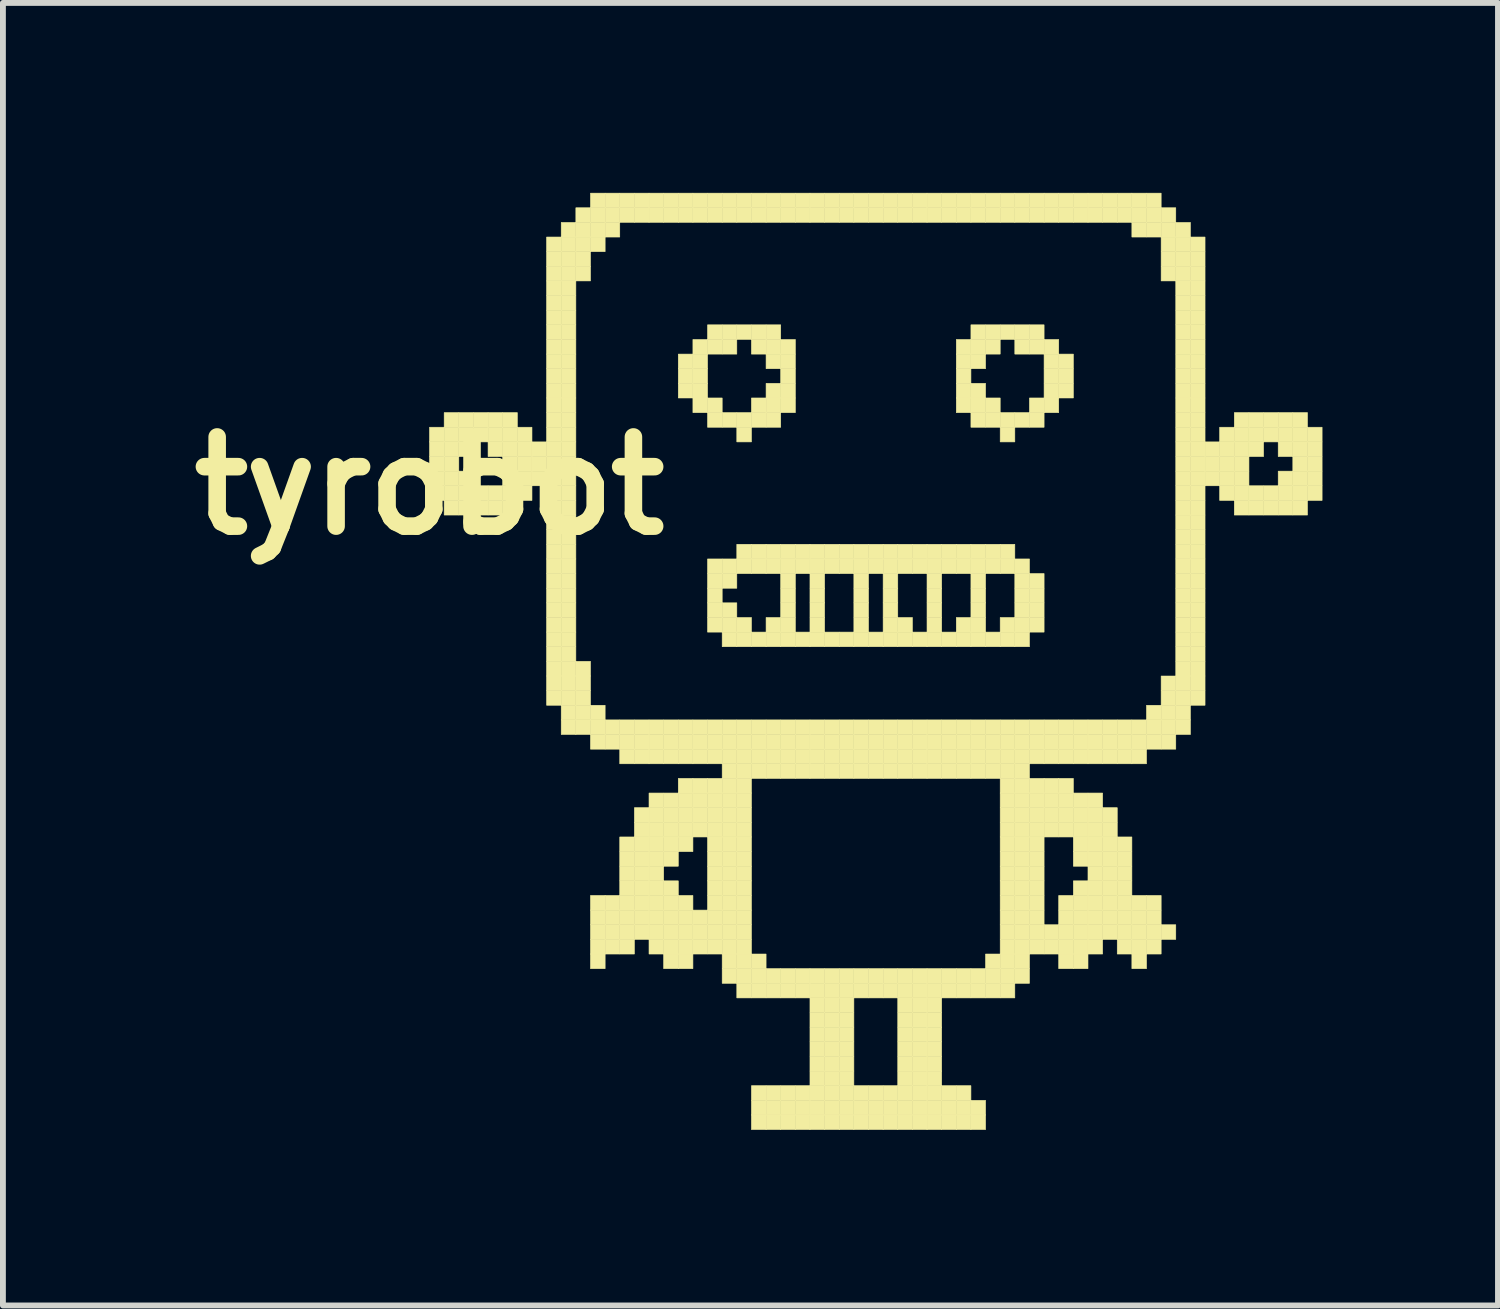
<source format=kicad_pcb>
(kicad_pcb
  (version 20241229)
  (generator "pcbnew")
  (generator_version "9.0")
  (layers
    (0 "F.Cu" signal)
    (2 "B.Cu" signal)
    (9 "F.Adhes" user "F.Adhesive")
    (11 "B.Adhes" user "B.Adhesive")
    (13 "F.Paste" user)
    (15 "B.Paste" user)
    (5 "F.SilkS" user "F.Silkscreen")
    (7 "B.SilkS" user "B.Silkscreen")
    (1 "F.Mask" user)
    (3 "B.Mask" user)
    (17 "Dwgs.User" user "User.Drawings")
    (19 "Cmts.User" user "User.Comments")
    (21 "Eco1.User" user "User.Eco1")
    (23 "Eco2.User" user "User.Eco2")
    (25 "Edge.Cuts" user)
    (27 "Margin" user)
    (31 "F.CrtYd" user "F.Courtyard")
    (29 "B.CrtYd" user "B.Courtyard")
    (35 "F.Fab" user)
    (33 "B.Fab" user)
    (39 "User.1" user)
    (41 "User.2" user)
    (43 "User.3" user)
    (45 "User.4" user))
  (footprint "tyrobot"
    (layer "F.Cu")
    (at 4.289 0.25)
    (property "Reference" "tyrobot" (at 0 5 0) (layer "F.SilkS") (effects (font (size 1.524 1.524) (thickness 0.3))))
    (attr through_hole)
    (fp_poly (pts (xy 0 4) (xy 0.25 4) (xy 0.25 4.25) (xy 0 4.25) (xy 0 4)) (stroke (width 0.01) (type solid)) (fill yes) (layer "F.SilkS"))
    (fp_poly (pts (xy 0 4.25) (xy 0.25 4.25) (xy 0.25 4.5) (xy 0 4.5) (xy 0 4.25)) (stroke (width 0.01) (type solid)) (fill yes) (layer "F.SilkS"))
    (fp_poly (pts (xy 0 4.5) (xy 0.25 4.5) (xy 0.25 4.75) (xy 0 4.75) (xy 0 4.5)) (stroke (width 0.01) (type solid)) (fill yes) (layer "F.SilkS"))
    (fp_poly (pts (xy 0 4.75) (xy 0.25 4.75) (xy 0.25 5) (xy 0 5) (xy 0 4.75)) (stroke (width 0.01) (type solid)) (fill yes) (layer "F.SilkS"))
    (fp_poly (pts (xy 0 5) (xy 0.25 5) (xy 0.25 5.25) (xy 0 5.25) (xy 0 5)) (stroke (width 0.01) (type solid)) (fill yes) (layer "F.SilkS"))
    (fp_poly (pts (xy 0.25 3.75) (xy 0.5 3.75) (xy 0.5 4) (xy 0.25 4) (xy 0.25 3.75)) (stroke (width 0.01) (type solid)) (fill yes) (layer "F.SilkS"))
    (fp_poly (pts (xy 0.25 4) (xy 0.5 4) (xy 0.5 4.25) (xy 0.25 4.25) (xy 0.25 4)) (stroke (width 0.01) (type solid)) (fill yes) (layer "F.SilkS"))
    (fp_poly (pts (xy 0.25 4.25) (xy 0.5 4.25) (xy 0.5 4.5) (xy 0.25 4.5) (xy 0.25 4.25)) (stroke (width 0.01) (type solid)) (fill yes) (layer "F.SilkS"))
    (fp_poly (pts (xy 0.25 4.5) (xy 0.5 4.5) (xy 0.5 4.75) (xy 0.25 4.75) (xy 0.25 4.5)) (stroke (width 0.01) (type solid)) (fill yes) (layer "F.SilkS"))
    (fp_poly (pts (xy 0.25 4.75) (xy 0.5 4.75) (xy 0.5 5) (xy 0.25 5) (xy 0.25 4.75)) (stroke (width 0.01) (type solid)) (fill yes) (layer "F.SilkS"))
    (fp_poly (pts (xy 0.25 5) (xy 0.5 5) (xy 0.5 5.25) (xy 0.25 5.25) (xy 0.25 5)) (stroke (width 0.01) (type solid)) (fill yes) (layer "F.SilkS"))
    (fp_poly (pts (xy 0.25 5.25) (xy 0.5 5.25) (xy 0.5 5.5) (xy 0.25 5.5) (xy 0.25 5.25)) (stroke (width 0.01) (type solid)) (fill yes) (layer "F.SilkS"))
    (fp_poly (pts (xy 0.5 3.75) (xy 0.75 3.75) (xy 0.75 4) (xy 0.5 4) (xy 0.5 3.75)) (stroke (width 0.01) (type solid)) (fill yes) (layer "F.SilkS"))
    (fp_poly (pts (xy 0.5 4) (xy 0.75 4) (xy 0.75 4.25) (xy 0.5 4.25) (xy 0.5 4)) (stroke (width 0.01) (type solid)) (fill yes) (layer "F.SilkS"))
    (fp_poly (pts (xy 0.5 4.25) (xy 0.75 4.25) (xy 0.75 4.5) (xy 0.5 4.5) (xy 0.5 4.25)) (stroke (width 0.01) (type solid)) (fill yes) (layer "F.SilkS"))
    (fp_poly (pts (xy 0.5 4.75) (xy 0.75 4.75) (xy 0.75 5) (xy 0.5 5) (xy 0.5 4.75)) (stroke (width 0.01) (type solid)) (fill yes) (layer "F.SilkS"))
    (fp_poly (pts (xy 0.5 5) (xy 0.75 5) (xy 0.75 5.25) (xy 0.5 5.25) (xy 0.5 5)) (stroke (width 0.01) (type solid)) (fill yes) (layer "F.SilkS"))
    (fp_poly (pts (xy 0.5 5.25) (xy 0.75 5.25) (xy 0.75 5.5) (xy 0.5 5.5) (xy 0.5 5.25)) (stroke (width 0.01) (type solid)) (fill yes) (layer "F.SilkS"))
    (fp_poly (pts (xy 0.75 3.75) (xy 1 3.75) (xy 1 4) (xy 0.75 4) (xy 0.75 3.75)) (stroke (width 0.01) (type solid)) (fill yes) (layer "F.SilkS"))
    (fp_poly (pts (xy 0.75 4) (xy 1 4) (xy 1 4.25) (xy 0.75 4.25) (xy 0.75 4)) (stroke (width 0.01) (type solid)) (fill yes) (layer "F.SilkS"))
    (fp_poly (pts (xy 0.75 5) (xy 1 5) (xy 1 5.25) (xy 0.75 5.25) (xy 0.75 5)) (stroke (width 0.01) (type solid)) (fill yes) (layer "F.SilkS"))
    (fp_poly (pts (xy 0.75 5.25) (xy 1 5.25) (xy 1 5.5) (xy 0.75 5.5) (xy 0.75 5.25)) (stroke (width 0.01) (type solid)) (fill yes) (layer "F.SilkS"))
    (fp_poly (pts (xy 1 3.75) (xy 1.25 3.75) (xy 1.25 4) (xy 1 4) (xy 1 3.75)) (stroke (width 0.01) (type solid)) (fill yes) (layer "F.SilkS"))
    (fp_poly (pts (xy 1 4) (xy 1.25 4) (xy 1.25 4.25) (xy 1 4.25) (xy 1 4)) (stroke (width 0.01) (type solid)) (fill yes) (layer "F.SilkS"))
    (fp_poly (pts (xy 1 4.25) (xy 1.25 4.25) (xy 1.25 4.5) (xy 1 4.5) (xy 1 4.25)) (stroke (width 0.01) (type solid)) (fill yes) (layer "F.SilkS"))
    (fp_poly (pts (xy 1 5) (xy 1.25 5) (xy 1.25 5.25) (xy 1 5.25) (xy 1 5)) (stroke (width 0.01) (type solid)) (fill yes) (layer "F.SilkS"))
    (fp_poly (pts (xy 1 5.25) (xy 1.25 5.25) (xy 1.25 5.5) (xy 1 5.5) (xy 1 5.25)) (stroke (width 0.01) (type solid)) (fill yes) (layer "F.SilkS"))
    (fp_poly (pts (xy 1.25 3.75) (xy 1.5 3.75) (xy 1.5 4) (xy 1.25 4) (xy 1.25 3.75)) (stroke (width 0.01) (type solid)) (fill yes) (layer "F.SilkS"))
    (fp_poly (pts (xy 1.25 4) (xy 1.5 4) (xy 1.5 4.25) (xy 1.25 4.25) (xy 1.25 4)) (stroke (width 0.01) (type solid)) (fill yes) (layer "F.SilkS"))
    (fp_poly (pts (xy 1.25 4.25) (xy 1.5 4.25) (xy 1.5 4.5) (xy 1.25 4.5) (xy 1.25 4.25)) (stroke (width 0.01) (type solid)) (fill yes) (layer "F.SilkS"))
    (fp_poly (pts (xy 1.25 4.5) (xy 1.5 4.5) (xy 1.5 4.75) (xy 1.25 4.75) (xy 1.25 4.5)) (stroke (width 0.01) (type solid)) (fill yes) (layer "F.SilkS"))
    (fp_poly (pts (xy 1.25 4.75) (xy 1.5 4.75) (xy 1.5 5) (xy 1.25 5) (xy 1.25 4.75)) (stroke (width 0.01) (type solid)) (fill yes) (layer "F.SilkS"))
    (fp_poly (pts (xy 1.25 5) (xy 1.5 5) (xy 1.5 5.25) (xy 1.25 5.25) (xy 1.25 5)) (stroke (width 0.01) (type solid)) (fill yes) (layer "F.SilkS"))
    (fp_poly (pts (xy 1.25 5.25) (xy 1.5 5.25) (xy 1.5 5.5) (xy 1.25 5.5) (xy 1.25 5.25)) (stroke (width 0.01) (type solid)) (fill yes) (layer "F.SilkS"))
    (fp_poly (pts (xy 1.5 4) (xy 1.75 4) (xy 1.75 4.25) (xy 1.5 4.25) (xy 1.5 4)) (stroke (width 0.01) (type solid)) (fill yes) (layer "F.SilkS"))
    (fp_poly (pts (xy 1.5 4.25) (xy 1.75 4.25) (xy 1.75 4.5) (xy 1.5 4.5) (xy 1.5 4.25)) (stroke (width 0.01) (type solid)) (fill yes) (layer "F.SilkS"))
    (fp_poly (pts (xy 1.5 4.5) (xy 1.75 4.5) (xy 1.75 4.75) (xy 1.5 4.75) (xy 1.5 4.5)) (stroke (width 0.01) (type solid)) (fill yes) (layer "F.SilkS"))
    (fp_poly (pts (xy 1.5 4.75) (xy 1.75 4.75) (xy 1.75 5) (xy 1.5 5) (xy 1.5 4.75)) (stroke (width 0.01) (type solid)) (fill yes) (layer "F.SilkS"))
    (fp_poly (pts (xy 1.5 5) (xy 1.75 5) (xy 1.75 5.25) (xy 1.5 5.25) (xy 1.5 5)) (stroke (width 0.01) (type solid)) (fill yes) (layer "F.SilkS"))
    (fp_poly (pts (xy 1.75 4.25) (xy 2 4.25) (xy 2 4.5) (xy 1.75 4.5) (xy 1.75 4.25)) (stroke (width 0.01) (type solid)) (fill yes) (layer "F.SilkS"))
    (fp_poly (pts (xy 1.75 4.5) (xy 2 4.5) (xy 2 4.75) (xy 1.75 4.75) (xy 1.75 4.5)) (stroke (width 0.01) (type solid)) (fill yes) (layer "F.SilkS"))
    (fp_poly (pts (xy 1.75 4.75) (xy 2 4.75) (xy 2 5) (xy 1.75 5) (xy 1.75 4.75)) (stroke (width 0.01) (type solid)) (fill yes) (layer "F.SilkS"))
    (fp_poly (pts (xy 2 0.75) (xy 2.25 0.75) (xy 2.25 1) (xy 2 1) (xy 2 0.75)) (stroke (width 0.01) (type solid)) (fill yes) (layer "F.SilkS"))
    (fp_poly (pts (xy 2 1) (xy 2.25 1) (xy 2.25 1.25) (xy 2 1.25) (xy 2 1)) (stroke (width 0.01) (type solid)) (fill yes) (layer "F.SilkS"))
    (fp_poly (pts (xy 2 1.25) (xy 2.25 1.25) (xy 2.25 1.5) (xy 2 1.5) (xy 2 1.25)) (stroke (width 0.01) (type solid)) (fill yes) (layer "F.SilkS"))
    (fp_poly (pts (xy 2 1.5) (xy 2.25 1.5) (xy 2.25 1.75) (xy 2 1.75) (xy 2 1.5)) (stroke (width 0.01) (type solid)) (fill yes) (layer "F.SilkS"))
    (fp_poly (pts (xy 2 1.75) (xy 2.25 1.75) (xy 2.25 2) (xy 2 2) (xy 2 1.75)) (stroke (width 0.01) (type solid)) (fill yes) (layer "F.SilkS"))
    (fp_poly (pts (xy 2 2) (xy 2.25 2) (xy 2.25 2.25) (xy 2 2.25) (xy 2 2)) (stroke (width 0.01) (type solid)) (fill yes) (layer "F.SilkS"))
    (fp_poly (pts (xy 2 2.25) (xy 2.25 2.25) (xy 2.25 2.5) (xy 2 2.5) (xy 2 2.25)) (stroke (width 0.01) (type solid)) (fill yes) (layer "F.SilkS"))
    (fp_poly (pts (xy 2 2.5) (xy 2.25 2.5) (xy 2.25 2.75) (xy 2 2.75) (xy 2 2.5)) (stroke (width 0.01) (type solid)) (fill yes) (layer "F.SilkS"))
    (fp_poly (pts (xy 2 2.75) (xy 2.25 2.75) (xy 2.25 3) (xy 2 3) (xy 2 2.75)) (stroke (width 0.01) (type solid)) (fill yes) (layer "F.SilkS"))
    (fp_poly (pts (xy 2 3) (xy 2.25 3) (xy 2.25 3.25) (xy 2 3.25) (xy 2 3)) (stroke (width 0.01) (type solid)) (fill yes) (layer "F.SilkS"))
    (fp_poly (pts (xy 2 3.25) (xy 2.25 3.25) (xy 2.25 3.5) (xy 2 3.5) (xy 2 3.25)) (stroke (width 0.01) (type solid)) (fill yes) (layer "F.SilkS"))
    (fp_poly (pts (xy 2 3.5) (xy 2.25 3.5) (xy 2.25 3.75) (xy 2 3.75) (xy 2 3.5)) (stroke (width 0.01) (type solid)) (fill yes) (layer "F.SilkS"))
    (fp_poly (pts (xy 2 3.75) (xy 2.25 3.75) (xy 2.25 4) (xy 2 4) (xy 2 3.75)) (stroke (width 0.01) (type solid)) (fill yes) (layer "F.SilkS"))
    (fp_poly (pts (xy 2 4) (xy 2.25 4) (xy 2.25 4.25) (xy 2 4.25) (xy 2 4)) (stroke (width 0.01) (type solid)) (fill yes) (layer "F.SilkS"))
    (fp_poly (pts (xy 2 4.25) (xy 2.25 4.25) (xy 2.25 4.5) (xy 2 4.5) (xy 2 4.25)) (stroke (width 0.01) (type solid)) (fill yes) (layer "F.SilkS"))
    (fp_poly (pts (xy 2 4.5) (xy 2.25 4.5) (xy 2.25 4.75) (xy 2 4.75) (xy 2 4.5)) (stroke (width 0.01) (type solid)) (fill yes) (layer "F.SilkS"))
    (fp_poly (pts (xy 2 4.75) (xy 2.25 4.75) (xy 2.25 5) (xy 2 5) (xy 2 4.75)) (stroke (width 0.01) (type solid)) (fill yes) (layer "F.SilkS"))
    (fp_poly (pts (xy 2 5) (xy 2.25 5) (xy 2.25 5.25) (xy 2 5.25) (xy 2 5)) (stroke (width 0.01) (type solid)) (fill yes) (layer "F.SilkS"))
    (fp_poly (pts (xy 2 5.25) (xy 2.25 5.25) (xy 2.25 5.5) (xy 2 5.5) (xy 2 5.25)) (stroke (width 0.01) (type solid)) (fill yes) (layer "F.SilkS"))
    (fp_poly (pts (xy 2 5.5) (xy 2.25 5.5) (xy 2.25 5.75) (xy 2 5.75) (xy 2 5.5)) (stroke (width 0.01) (type solid)) (fill yes) (layer "F.SilkS"))
    (fp_poly (pts (xy 2 5.75) (xy 2.25 5.75) (xy 2.25 6) (xy 2 6) (xy 2 5.75)) (stroke (width 0.01) (type solid)) (fill yes) (layer "F.SilkS"))
    (fp_poly (pts (xy 2 6) (xy 2.25 6) (xy 2.25 6.25) (xy 2 6.25) (xy 2 6)) (stroke (width 0.01) (type solid)) (fill yes) (layer "F.SilkS"))
    (fp_poly (pts (xy 2 6.25) (xy 2.25 6.25) (xy 2.25 6.5) (xy 2 6.5) (xy 2 6.25)) (stroke (width 0.01) (type solid)) (fill yes) (layer "F.SilkS"))
    (fp_poly (pts (xy 2 6.5) (xy 2.25 6.5) (xy 2.25 6.75) (xy 2 6.75) (xy 2 6.5)) (stroke (width 0.01) (type solid)) (fill yes) (layer "F.SilkS"))
    (fp_poly (pts (xy 2 6.75) (xy 2.25 6.75) (xy 2.25 7) (xy 2 7) (xy 2 6.75)) (stroke (width 0.01) (type solid)) (fill yes) (layer "F.SilkS"))
    (fp_poly (pts (xy 2 7) (xy 2.25 7) (xy 2.25 7.25) (xy 2 7.25) (xy 2 7)) (stroke (width 0.01) (type solid)) (fill yes) (layer "F.SilkS"))
    (fp_poly (pts (xy 2 7.25) (xy 2.25 7.25) (xy 2.25 7.5) (xy 2 7.5) (xy 2 7.25)) (stroke (width 0.01) (type solid)) (fill yes) (layer "F.SilkS"))
    (fp_poly (pts (xy 2 7.5) (xy 2.25 7.5) (xy 2.25 7.75) (xy 2 7.75) (xy 2 7.5)) (stroke (width 0.01) (type solid)) (fill yes) (layer "F.SilkS"))
    (fp_poly (pts (xy 2 7.75) (xy 2.25 7.75) (xy 2.25 8) (xy 2 8) (xy 2 7.75)) (stroke (width 0.01) (type solid)) (fill yes) (layer "F.SilkS"))
    (fp_poly (pts (xy 2 8) (xy 2.25 8) (xy 2.25 8.25) (xy 2 8.25) (xy 2 8)) (stroke (width 0.01) (type solid)) (fill yes) (layer "F.SilkS"))
    (fp_poly (pts (xy 2 8.25) (xy 2.25 8.25) (xy 2.25 8.5) (xy 2 8.5) (xy 2 8.25)) (stroke (width 0.01) (type solid)) (fill yes) (layer "F.SilkS"))
    (fp_poly (pts (xy 2 8.5) (xy 2.25 8.5) (xy 2.25 8.75) (xy 2 8.75) (xy 2 8.5)) (stroke (width 0.01) (type solid)) (fill yes) (layer "F.SilkS"))
    (fp_poly (pts (xy 2.25 0.5) (xy 2.5 0.5) (xy 2.5 0.75) (xy 2.25 0.75) (xy 2.25 0.5)) (stroke (width 0.01) (type solid)) (fill yes) (layer "F.SilkS"))
    (fp_poly (pts (xy 2.25 0.75) (xy 2.5 0.75) (xy 2.5 1) (xy 2.25 1) (xy 2.25 0.75)) (stroke (width 0.01) (type solid)) (fill yes) (layer "F.SilkS"))
    (fp_poly (pts (xy 2.25 1) (xy 2.5 1) (xy 2.5 1.25) (xy 2.25 1.25) (xy 2.25 1)) (stroke (width 0.01) (type solid)) (fill yes) (layer "F.SilkS"))
    (fp_poly (pts (xy 2.25 1.25) (xy 2.5 1.25) (xy 2.5 1.5) (xy 2.25 1.5) (xy 2.25 1.25)) (stroke (width 0.01) (type solid)) (fill yes) (layer "F.SilkS"))
    (fp_poly (pts (xy 2.25 1.5) (xy 2.5 1.5) (xy 2.5 1.75) (xy 2.25 1.75) (xy 2.25 1.5)) (stroke (width 0.01) (type solid)) (fill yes) (layer "F.SilkS"))
    (fp_poly (pts (xy 2.25 1.75) (xy 2.5 1.75) (xy 2.5 2) (xy 2.25 2) (xy 2.25 1.75)) (stroke (width 0.01) (type solid)) (fill yes) (layer "F.SilkS"))
    (fp_poly (pts (xy 2.25 2) (xy 2.5 2) (xy 2.5 2.25) (xy 2.25 2.25) (xy 2.25 2)) (stroke (width 0.01) (type solid)) (fill yes) (layer "F.SilkS"))
    (fp_poly (pts (xy 2.25 2.25) (xy 2.5 2.25) (xy 2.5 2.5) (xy 2.25 2.5) (xy 2.25 2.25)) (stroke (width 0.01) (type solid)) (fill yes) (layer "F.SilkS"))
    (fp_poly (pts (xy 2.25 2.5) (xy 2.5 2.5) (xy 2.5 2.75) (xy 2.25 2.75) (xy 2.25 2.5)) (stroke (width 0.01) (type solid)) (fill yes) (layer "F.SilkS"))
    (fp_poly (pts (xy 2.25 2.75) (xy 2.5 2.75) (xy 2.5 3) (xy 2.25 3) (xy 2.25 2.75)) (stroke (width 0.01) (type solid)) (fill yes) (layer "F.SilkS"))
    (fp_poly (pts (xy 2.25 3) (xy 2.5 3) (xy 2.5 3.25) (xy 2.25 3.25) (xy 2.25 3)) (stroke (width 0.01) (type solid)) (fill yes) (layer "F.SilkS"))
    (fp_poly (pts (xy 2.25 3.25) (xy 2.5 3.25) (xy 2.5 3.5) (xy 2.25 3.5) (xy 2.25 3.25)) (stroke (width 0.01) (type solid)) (fill yes) (layer "F.SilkS"))
    (fp_poly (pts (xy 2.25 3.5) (xy 2.5 3.5) (xy 2.5 3.75) (xy 2.25 3.75) (xy 2.25 3.5)) (stroke (width 0.01) (type solid)) (fill yes) (layer "F.SilkS"))
    (fp_poly (pts (xy 2.25 3.75) (xy 2.5 3.75) (xy 2.5 4) (xy 2.25 4) (xy 2.25 3.75)) (stroke (width 0.01) (type solid)) (fill yes) (layer "F.SilkS"))
    (fp_poly (pts (xy 2.25 4) (xy 2.5 4) (xy 2.5 4.25) (xy 2.25 4.25) (xy 2.25 4)) (stroke (width 0.01) (type solid)) (fill yes) (layer "F.SilkS"))
    (fp_poly (pts (xy 2.25 4.25) (xy 2.5 4.25) (xy 2.5 4.5) (xy 2.25 4.5) (xy 2.25 4.25)) (stroke (width 0.01) (type solid)) (fill yes) (layer "F.SilkS"))
    (fp_poly (pts (xy 2.25 4.5) (xy 2.5 4.5) (xy 2.5 4.75) (xy 2.25 4.75) (xy 2.25 4.5)) (stroke (width 0.01) (type solid)) (fill yes) (layer "F.SilkS"))
    (fp_poly (pts (xy 2.25 4.75) (xy 2.5 4.75) (xy 2.5 5) (xy 2.25 5) (xy 2.25 4.75)) (stroke (width 0.01) (type solid)) (fill yes) (layer "F.SilkS"))
    (fp_poly (pts (xy 2.25 5) (xy 2.5 5) (xy 2.5 5.25) (xy 2.25 5.25) (xy 2.25 5)) (stroke (width 0.01) (type solid)) (fill yes) (layer "F.SilkS"))
    (fp_poly (pts (xy 2.25 5.25) (xy 2.5 5.25) (xy 2.5 5.5) (xy 2.25 5.5) (xy 2.25 5.25)) (stroke (width 0.01) (type solid)) (fill yes) (layer "F.SilkS"))
    (fp_poly (pts (xy 2.25 5.5) (xy 2.5 5.5) (xy 2.5 5.75) (xy 2.25 5.75) (xy 2.25 5.5)) (stroke (width 0.01) (type solid)) (fill yes) (layer "F.SilkS"))
    (fp_poly (pts (xy 2.25 5.75) (xy 2.5 5.75) (xy 2.5 6) (xy 2.25 6) (xy 2.25 5.75)) (stroke (width 0.01) (type solid)) (fill yes) (layer "F.SilkS"))
    (fp_poly (pts (xy 2.25 6) (xy 2.5 6) (xy 2.5 6.25) (xy 2.25 6.25) (xy 2.25 6)) (stroke (width 0.01) (type solid)) (fill yes) (layer "F.SilkS"))
    (fp_poly (pts (xy 2.25 6.25) (xy 2.5 6.25) (xy 2.5 6.5) (xy 2.25 6.5) (xy 2.25 6.25)) (stroke (width 0.01) (type solid)) (fill yes) (layer "F.SilkS"))
    (fp_poly (pts (xy 2.25 6.5) (xy 2.5 6.5) (xy 2.5 6.75) (xy 2.25 6.75) (xy 2.25 6.5)) (stroke (width 0.01) (type solid)) (fill yes) (layer "F.SilkS"))
    (fp_poly (pts (xy 2.25 6.75) (xy 2.5 6.75) (xy 2.5 7) (xy 2.25 7) (xy 2.25 6.75)) (stroke (width 0.01) (type solid)) (fill yes) (layer "F.SilkS"))
    (fp_poly (pts (xy 2.25 7) (xy 2.5 7) (xy 2.5 7.25) (xy 2.25 7.25) (xy 2.25 7)) (stroke (width 0.01) (type solid)) (fill yes) (layer "F.SilkS"))
    (fp_poly (pts (xy 2.25 7.25) (xy 2.5 7.25) (xy 2.5 7.5) (xy 2.25 7.5) (xy 2.25 7.25)) (stroke (width 0.01) (type solid)) (fill yes) (layer "F.SilkS"))
    (fp_poly (pts (xy 2.25 7.5) (xy 2.5 7.5) (xy 2.5 7.75) (xy 2.25 7.75) (xy 2.25 7.5)) (stroke (width 0.01) (type solid)) (fill yes) (layer "F.SilkS"))
    (fp_poly (pts (xy 2.25 7.75) (xy 2.5 7.75) (xy 2.5 8) (xy 2.25 8) (xy 2.25 7.75)) (stroke (width 0.01) (type solid)) (fill yes) (layer "F.SilkS"))
    (fp_poly (pts (xy 2.25 8) (xy 2.5 8) (xy 2.5 8.25) (xy 2.25 8.25) (xy 2.25 8)) (stroke (width 0.01) (type solid)) (fill yes) (layer "F.SilkS"))
    (fp_poly (pts (xy 2.25 8.25) (xy 2.5 8.25) (xy 2.5 8.5) (xy 2.25 8.5) (xy 2.25 8.25)) (stroke (width 0.01) (type solid)) (fill yes) (layer "F.SilkS"))
    (fp_poly (pts (xy 2.25 8.5) (xy 2.5 8.5) (xy 2.5 8.75) (xy 2.25 8.75) (xy 2.25 8.5)) (stroke (width 0.01) (type solid)) (fill yes) (layer "F.SilkS"))
    (fp_poly (pts (xy 2.25 8.75) (xy 2.5 8.75) (xy 2.5 9) (xy 2.25 9) (xy 2.25 8.75)) (stroke (width 0.01) (type solid)) (fill yes) (layer "F.SilkS"))
    (fp_poly (pts (xy 2.25 9) (xy 2.5 9) (xy 2.5 9.25) (xy 2.25 9.25) (xy 2.25 9)) (stroke (width 0.01) (type solid)) (fill yes) (layer "F.SilkS"))
    (fp_poly (pts (xy 2.5 0.25) (xy 2.75 0.25) (xy 2.75 0.5) (xy 2.5 0.5) (xy 2.5 0.25)) (stroke (width 0.01) (type solid)) (fill yes) (layer "F.SilkS"))
    (fp_poly (pts (xy 2.5 0.5) (xy 2.75 0.5) (xy 2.75 0.75) (xy 2.5 0.75) (xy 2.5 0.5)) (stroke (width 0.01) (type solid)) (fill yes) (layer "F.SilkS"))
    (fp_poly (pts (xy 2.5 0.75) (xy 2.75 0.75) (xy 2.75 1) (xy 2.5 1) (xy 2.5 0.75)) (stroke (width 0.01) (type solid)) (fill yes) (layer "F.SilkS"))
    (fp_poly (pts (xy 2.5 1) (xy 2.75 1) (xy 2.75 1.25) (xy 2.5 1.25) (xy 2.5 1)) (stroke (width 0.01) (type solid)) (fill yes) (layer "F.SilkS"))
    (fp_poly (pts (xy 2.5 1.25) (xy 2.75 1.25) (xy 2.75 1.5) (xy 2.5 1.5) (xy 2.5 1.25)) (stroke (width 0.01) (type solid)) (fill yes) (layer "F.SilkS"))
    (fp_poly (pts (xy 2.5 8) (xy 2.75 8) (xy 2.75 8.25) (xy 2.5 8.25) (xy 2.5 8)) (stroke (width 0.01) (type solid)) (fill yes) (layer "F.SilkS"))
    (fp_poly (pts (xy 2.5 8.25) (xy 2.75 8.25) (xy 2.75 8.5) (xy 2.5 8.5) (xy 2.5 8.25)) (stroke (width 0.01) (type solid)) (fill yes) (layer "F.SilkS"))
    (fp_poly (pts (xy 2.5 8.5) (xy 2.75 8.5) (xy 2.75 8.75) (xy 2.5 8.75) (xy 2.5 8.5)) (stroke (width 0.01) (type solid)) (fill yes) (layer "F.SilkS"))
    (fp_poly (pts (xy 2.5 8.75) (xy 2.75 8.75) (xy 2.75 9) (xy 2.5 9) (xy 2.5 8.75)) (stroke (width 0.01) (type solid)) (fill yes) (layer "F.SilkS"))
    (fp_poly (pts (xy 2.5 9) (xy 2.75 9) (xy 2.75 9.25) (xy 2.5 9.25) (xy 2.5 9)) (stroke (width 0.01) (type solid)) (fill yes) (layer "F.SilkS"))
    (fp_poly (pts (xy 2.75 0) (xy 3 0) (xy 3 0.25) (xy 2.75 0.25) (xy 2.75 0)) (stroke (width 0.01) (type solid)) (fill yes) (layer "F.SilkS"))
    (fp_poly (pts (xy 2.75 0.25) (xy 3 0.25) (xy 3 0.5) (xy 2.75 0.5) (xy 2.75 0.25)) (stroke (width 0.01) (type solid)) (fill yes) (layer "F.SilkS"))
    (fp_poly (pts (xy 2.75 0.5) (xy 3 0.5) (xy 3 0.75) (xy 2.75 0.75) (xy 2.75 0.5)) (stroke (width 0.01) (type solid)) (fill yes) (layer "F.SilkS"))
    (fp_poly (pts (xy 2.75 0.75) (xy 3 0.75) (xy 3 1) (xy 2.75 1) (xy 2.75 0.75)) (stroke (width 0.01) (type solid)) (fill yes) (layer "F.SilkS"))
    (fp_poly (pts (xy 2.75 8.75) (xy 3 8.75) (xy 3 9) (xy 2.75 9) (xy 2.75 8.75)) (stroke (width 0.01) (type solid)) (fill yes) (layer "F.SilkS"))
    (fp_poly (pts (xy 2.75 9) (xy 3 9) (xy 3 9.25) (xy 2.75 9.25) (xy 2.75 9)) (stroke (width 0.01) (type solid)) (fill yes) (layer "F.SilkS"))
    (fp_poly (pts (xy 2.75 9.25) (xy 3 9.25) (xy 3 9.5) (xy 2.75 9.5) (xy 2.75 9.25)) (stroke (width 0.01) (type solid)) (fill yes) (layer "F.SilkS"))
    (fp_poly (pts (xy 2.75 12) (xy 3 12) (xy 3 12.25) (xy 2.75 12.25) (xy 2.75 12)) (stroke (width 0.01) (type solid)) (fill yes) (layer "F.SilkS"))
    (fp_poly (pts (xy 2.75 12.25) (xy 3 12.25) (xy 3 12.5) (xy 2.75 12.5) (xy 2.75 12.25)) (stroke (width 0.01) (type solid)) (fill yes) (layer "F.SilkS"))
    (fp_poly (pts (xy 2.75 12.5) (xy 3 12.5) (xy 3 12.75) (xy 2.75 12.75) (xy 2.75 12.5)) (stroke (width 0.01) (type solid)) (fill yes) (layer "F.SilkS"))
    (fp_poly (pts (xy 2.75 12.75) (xy 3 12.75) (xy 3 13) (xy 2.75 13) (xy 2.75 12.75)) (stroke (width 0.01) (type solid)) (fill yes) (layer "F.SilkS"))
    (fp_poly (pts (xy 2.75 13) (xy 3 13) (xy 3 13.25) (xy 2.75 13.25) (xy 2.75 13)) (stroke (width 0.01) (type solid)) (fill yes) (layer "F.SilkS"))
    (fp_poly (pts (xy 3 0) (xy 3.25 0) (xy 3.25 0.25) (xy 3 0.25) (xy 3 0)) (stroke (width 0.01) (type solid)) (fill yes) (layer "F.SilkS"))
    (fp_poly (pts (xy 3 0.25) (xy 3.25 0.25) (xy 3.25 0.5) (xy 3 0.5) (xy 3 0.25)) (stroke (width 0.01) (type solid)) (fill yes) (layer "F.SilkS"))
    (fp_poly (pts (xy 3 0.5) (xy 3.25 0.5) (xy 3.25 0.75) (xy 3 0.75) (xy 3 0.5)) (stroke (width 0.01) (type solid)) (fill yes) (layer "F.SilkS"))
    (fp_poly (pts (xy 3 9) (xy 3.25 9) (xy 3.25 9.25) (xy 3 9.25) (xy 3 9)) (stroke (width 0.01) (type solid)) (fill yes) (layer "F.SilkS"))
    (fp_poly (pts (xy 3 9.25) (xy 3.25 9.25) (xy 3.25 9.5) (xy 3 9.5) (xy 3 9.25)) (stroke (width 0.01) (type solid)) (fill yes) (layer "F.SilkS"))
    (fp_poly (pts (xy 3 12) (xy 3.25 12) (xy 3.25 12.25) (xy 3 12.25) (xy 3 12)) (stroke (width 0.01) (type solid)) (fill yes) (layer "F.SilkS"))
    (fp_poly (pts (xy 3 12.25) (xy 3.25 12.25) (xy 3.25 12.5) (xy 3 12.5) (xy 3 12.25)) (stroke (width 0.01) (type solid)) (fill yes) (layer "F.SilkS"))
    (fp_poly (pts (xy 3 12.5) (xy 3.25 12.5) (xy 3.25 12.75) (xy 3 12.75) (xy 3 12.5)) (stroke (width 0.01) (type solid)) (fill yes) (layer "F.SilkS"))
    (fp_poly (pts (xy 3 12.75) (xy 3.25 12.75) (xy 3.25 13) (xy 3 13) (xy 3 12.75)) (stroke (width 0.01) (type solid)) (fill yes) (layer "F.SilkS"))
    (fp_poly (pts (xy 3.25 0) (xy 3.5 0) (xy 3.5 0.25) (xy 3.25 0.25) (xy 3.25 0)) (stroke (width 0.01) (type solid)) (fill yes) (layer "F.SilkS"))
    (fp_poly (pts (xy 3.25 0.25) (xy 3.5 0.25) (xy 3.5 0.5) (xy 3.25 0.5) (xy 3.25 0.25)) (stroke (width 0.01) (type solid)) (fill yes) (layer "F.SilkS"))
    (fp_poly (pts (xy 3.25 9) (xy 3.5 9) (xy 3.5 9.25) (xy 3.25 9.25) (xy 3.25 9)) (stroke (width 0.01) (type solid)) (fill yes) (layer "F.SilkS"))
    (fp_poly (pts (xy 3.25 9.25) (xy 3.5 9.25) (xy 3.5 9.5) (xy 3.25 9.5) (xy 3.25 9.25)) (stroke (width 0.01) (type solid)) (fill yes) (layer "F.SilkS"))
    (fp_poly (pts (xy 3.25 9.5) (xy 3.5 9.5) (xy 3.5 9.75) (xy 3.25 9.75) (xy 3.25 9.5)) (stroke (width 0.01) (type solid)) (fill yes) (layer "F.SilkS"))
    (fp_poly (pts (xy 3.25 11) (xy 3.5 11) (xy 3.5 11.25) (xy 3.25 11.25) (xy 3.25 11)) (stroke (width 0.01) (type solid)) (fill yes) (layer "F.SilkS"))
    (fp_poly (pts (xy 3.25 11.25) (xy 3.5 11.25) (xy 3.5 11.5) (xy 3.25 11.5) (xy 3.25 11.25)) (stroke (width 0.01) (type solid)) (fill yes) (layer "F.SilkS"))
    (fp_poly (pts (xy 3.25 11.5) (xy 3.5 11.5) (xy 3.5 11.75) (xy 3.25 11.75) (xy 3.25 11.5)) (stroke (width 0.01) (type solid)) (fill yes) (layer "F.SilkS"))
    (fp_poly (pts (xy 3.25 11.75) (xy 3.5 11.75) (xy 3.5 12) (xy 3.25 12) (xy 3.25 11.75)) (stroke (width 0.01) (type solid)) (fill yes) (layer "F.SilkS"))
    (fp_poly (pts (xy 3.25 12) (xy 3.5 12) (xy 3.5 12.25) (xy 3.25 12.25) (xy 3.25 12)) (stroke (width 0.01) (type solid)) (fill yes) (layer "F.SilkS"))
    (fp_poly (pts (xy 3.25 12.25) (xy 3.5 12.25) (xy 3.5 12.5) (xy 3.25 12.5) (xy 3.25 12.25)) (stroke (width 0.01) (type solid)) (fill yes) (layer "F.SilkS"))
    (fp_poly (pts (xy 3.25 12.5) (xy 3.5 12.5) (xy 3.5 12.75) (xy 3.25 12.75) (xy 3.25 12.5)) (stroke (width 0.01) (type solid)) (fill yes) (layer "F.SilkS"))
    (fp_poly (pts (xy 3.25 12.75) (xy 3.5 12.75) (xy 3.5 13) (xy 3.25 13) (xy 3.25 12.75)) (stroke (width 0.01) (type solid)) (fill yes) (layer "F.SilkS"))
    (fp_poly (pts (xy 3.5 0) (xy 3.75 0) (xy 3.75 0.25) (xy 3.5 0.25) (xy 3.5 0)) (stroke (width 0.01) (type solid)) (fill yes) (layer "F.SilkS"))
    (fp_poly (pts (xy 3.5 0.25) (xy 3.75 0.25) (xy 3.75 0.5) (xy 3.5 0.5) (xy 3.5 0.25)) (stroke (width 0.01) (type solid)) (fill yes) (layer "F.SilkS"))
    (fp_poly (pts (xy 3.5 9) (xy 3.75 9) (xy 3.75 9.25) (xy 3.5 9.25) (xy 3.5 9)) (stroke (width 0.01) (type solid)) (fill yes) (layer "F.SilkS"))
    (fp_poly (pts (xy 3.5 9.25) (xy 3.75 9.25) (xy 3.75 9.5) (xy 3.5 9.5) (xy 3.5 9.25)) (stroke (width 0.01) (type solid)) (fill yes) (layer "F.SilkS"))
    (fp_poly (pts (xy 3.5 9.5) (xy 3.75 9.5) (xy 3.75 9.75) (xy 3.5 9.75) (xy 3.5 9.5)) (stroke (width 0.01) (type solid)) (fill yes) (layer "F.SilkS"))
    (fp_poly (pts (xy 3.5 10.5) (xy 3.75 10.5) (xy 3.75 10.75) (xy 3.5 10.75) (xy 3.5 10.5)) (stroke (width 0.01) (type solid)) (fill yes) (layer "F.SilkS"))
    (fp_poly (pts (xy 3.5 10.75) (xy 3.75 10.75) (xy 3.75 11) (xy 3.5 11) (xy 3.5 10.75)) (stroke (width 0.01) (type solid)) (fill yes) (layer "F.SilkS"))
    (fp_poly (pts (xy 3.5 11) (xy 3.75 11) (xy 3.75 11.25) (xy 3.5 11.25) (xy 3.5 11)) (stroke (width 0.01) (type solid)) (fill yes) (layer "F.SilkS"))
    (fp_poly (pts (xy 3.5 11.25) (xy 3.75 11.25) (xy 3.75 11.5) (xy 3.5 11.5) (xy 3.5 11.25)) (stroke (width 0.01) (type solid)) (fill yes) (layer "F.SilkS"))
    (fp_poly (pts (xy 3.5 11.5) (xy 3.75 11.5) (xy 3.75 11.75) (xy 3.5 11.75) (xy 3.5 11.5)) (stroke (width 0.01) (type solid)) (fill yes) (layer "F.SilkS"))
    (fp_poly (pts (xy 3.5 11.75) (xy 3.75 11.75) (xy 3.75 12) (xy 3.5 12) (xy 3.5 11.75)) (stroke (width 0.01) (type solid)) (fill yes) (layer "F.SilkS"))
    (fp_poly (pts (xy 3.5 12) (xy 3.75 12) (xy 3.75 12.25) (xy 3.5 12.25) (xy 3.5 12)) (stroke (width 0.01) (type solid)) (fill yes) (layer "F.SilkS"))
    (fp_poly (pts (xy 3.5 12.25) (xy 3.75 12.25) (xy 3.75 12.5) (xy 3.5 12.5) (xy 3.5 12.25)) (stroke (width 0.01) (type solid)) (fill yes) (layer "F.SilkS"))
    (fp_poly (pts (xy 3.5 12.5) (xy 3.75 12.5) (xy 3.75 12.75) (xy 3.5 12.75) (xy 3.5 12.5)) (stroke (width 0.01) (type solid)) (fill yes) (layer "F.SilkS"))
    (fp_poly (pts (xy 3.75 0) (xy 4 0) (xy 4 0.25) (xy 3.75 0.25) (xy 3.75 0)) (stroke (width 0.01) (type solid)) (fill yes) (layer "F.SilkS"))
    (fp_poly (pts (xy 3.75 0.25) (xy 4 0.25) (xy 4 0.5) (xy 3.75 0.5) (xy 3.75 0.25)) (stroke (width 0.01) (type solid)) (fill yes) (layer "F.SilkS"))
    (fp_poly (pts (xy 3.75 9) (xy 4 9) (xy 4 9.25) (xy 3.75 9.25) (xy 3.75 9)) (stroke (width 0.01) (type solid)) (fill yes) (layer "F.SilkS"))
    (fp_poly (pts (xy 3.75 9.25) (xy 4 9.25) (xy 4 9.5) (xy 3.75 9.5) (xy 3.75 9.25)) (stroke (width 0.01) (type solid)) (fill yes) (layer "F.SilkS"))
    (fp_poly (pts (xy 3.75 9.5) (xy 4 9.5) (xy 4 9.75) (xy 3.75 9.75) (xy 3.75 9.5)) (stroke (width 0.01) (type solid)) (fill yes) (layer "F.SilkS"))
    (fp_poly (pts (xy 3.75 10.25) (xy 4 10.25) (xy 4 10.5) (xy 3.75 10.5) (xy 3.75 10.25)) (stroke (width 0.01) (type solid)) (fill yes) (layer "F.SilkS"))
    (fp_poly (pts (xy 3.75 10.5) (xy 4 10.5) (xy 4 10.75) (xy 3.75 10.75) (xy 3.75 10.5)) (stroke (width 0.01) (type solid)) (fill yes) (layer "F.SilkS"))
    (fp_poly (pts (xy 3.75 10.75) (xy 4 10.75) (xy 4 11) (xy 3.75 11) (xy 3.75 10.75)) (stroke (width 0.01) (type solid)) (fill yes) (layer "F.SilkS"))
    (fp_poly (pts (xy 3.75 11) (xy 4 11) (xy 4 11.25) (xy 3.75 11.25) (xy 3.75 11)) (stroke (width 0.01) (type solid)) (fill yes) (layer "F.SilkS"))
    (fp_poly (pts (xy 3.75 11.25) (xy 4 11.25) (xy 4 11.5) (xy 3.75 11.5) (xy 3.75 11.25)) (stroke (width 0.01) (type solid)) (fill yes) (layer "F.SilkS"))
    (fp_poly (pts (xy 3.75 11.5) (xy 4 11.5) (xy 4 11.75) (xy 3.75 11.75) (xy 3.75 11.5)) (stroke (width 0.01) (type solid)) (fill yes) (layer "F.SilkS"))
    (fp_poly (pts (xy 3.75 11.75) (xy 4 11.75) (xy 4 12) (xy 3.75 12) (xy 3.75 11.75)) (stroke (width 0.01) (type solid)) (fill yes) (layer "F.SilkS"))
    (fp_poly (pts (xy 3.75 12) (xy 4 12) (xy 4 12.25) (xy 3.75 12.25) (xy 3.75 12)) (stroke (width 0.01) (type solid)) (fill yes) (layer "F.SilkS"))
    (fp_poly (pts (xy 3.75 12.25) (xy 4 12.25) (xy 4 12.5) (xy 3.75 12.5) (xy 3.75 12.25)) (stroke (width 0.01) (type solid)) (fill yes) (layer "F.SilkS"))
    (fp_poly (pts (xy 3.75 12.5) (xy 4 12.5) (xy 4 12.75) (xy 3.75 12.75) (xy 3.75 12.5)) (stroke (width 0.01) (type solid)) (fill yes) (layer "F.SilkS"))
    (fp_poly (pts (xy 3.75 12.75) (xy 4 12.75) (xy 4 13) (xy 3.75 13) (xy 3.75 12.75)) (stroke (width 0.01) (type solid)) (fill yes) (layer "F.SilkS"))
    (fp_poly (pts (xy 4 0) (xy 4.25 0) (xy 4.25 0.25) (xy 4 0.25) (xy 4 0)) (stroke (width 0.01) (type solid)) (fill yes) (layer "F.SilkS"))
    (fp_poly (pts (xy 4 0.25) (xy 4.25 0.25) (xy 4.25 0.5) (xy 4 0.5) (xy 4 0.25)) (stroke (width 0.01) (type solid)) (fill yes) (layer "F.SilkS"))
    (fp_poly (pts (xy 4 9) (xy 4.25 9) (xy 4.25 9.25) (xy 4 9.25) (xy 4 9)) (stroke (width 0.01) (type solid)) (fill yes) (layer "F.SilkS"))
    (fp_poly (pts (xy 4 9.25) (xy 4.25 9.25) (xy 4.25 9.5) (xy 4 9.5) (xy 4 9.25)) (stroke (width 0.01) (type solid)) (fill yes) (layer "F.SilkS"))
    (fp_poly (pts (xy 4 9.5) (xy 4.25 9.5) (xy 4.25 9.75) (xy 4 9.75) (xy 4 9.5)) (stroke (width 0.01) (type solid)) (fill yes) (layer "F.SilkS"))
    (fp_poly (pts (xy 4 10.25) (xy 4.25 10.25) (xy 4.25 10.5) (xy 4 10.5) (xy 4 10.25)) (stroke (width 0.01) (type solid)) (fill yes) (layer "F.SilkS"))
    (fp_poly (pts (xy 4 10.5) (xy 4.25 10.5) (xy 4.25 10.75) (xy 4 10.75) (xy 4 10.5)) (stroke (width 0.01) (type solid)) (fill yes) (layer "F.SilkS"))
    (fp_poly (pts (xy 4 10.75) (xy 4.25 10.75) (xy 4.25 11) (xy 4 11) (xy 4 10.75)) (stroke (width 0.01) (type solid)) (fill yes) (layer "F.SilkS"))
    (fp_poly (pts (xy 4 11) (xy 4.25 11) (xy 4.25 11.25) (xy 4 11.25) (xy 4 11)) (stroke (width 0.01) (type solid)) (fill yes) (layer "F.SilkS"))
    (fp_poly (pts (xy 4 11.25) (xy 4.25 11.25) (xy 4.25 11.5) (xy 4 11.5) (xy 4 11.25)) (stroke (width 0.01) (type solid)) (fill yes) (layer "F.SilkS"))
    (fp_poly (pts (xy 4 11.75) (xy 4.25 11.75) (xy 4.25 12) (xy 4 12) (xy 4 11.75)) (stroke (width 0.01) (type solid)) (fill yes) (layer "F.SilkS"))
    (fp_poly (pts (xy 4 12) (xy 4.25 12) (xy 4.25 12.25) (xy 4 12.25) (xy 4 12)) (stroke (width 0.01) (type solid)) (fill yes) (layer "F.SilkS"))
    (fp_poly (pts (xy 4 12.25) (xy 4.25 12.25) (xy 4.25 12.5) (xy 4 12.5) (xy 4 12.25)) (stroke (width 0.01) (type solid)) (fill yes) (layer "F.SilkS"))
    (fp_poly (pts (xy 4 12.5) (xy 4.25 12.5) (xy 4.25 12.75) (xy 4 12.75) (xy 4 12.5)) (stroke (width 0.01) (type solid)) (fill yes) (layer "F.SilkS"))
    (fp_poly (pts (xy 4 12.75) (xy 4.25 12.75) (xy 4.25 13) (xy 4 13) (xy 4 12.75)) (stroke (width 0.01) (type solid)) (fill yes) (layer "F.SilkS"))
    (fp_poly (pts (xy 4 13) (xy 4.25 13) (xy 4.25 13.25) (xy 4 13.25) (xy 4 13)) (stroke (width 0.01) (type solid)) (fill yes) (layer "F.SilkS"))
    (fp_poly (pts (xy 4.25 0) (xy 4.5 0) (xy 4.5 0.25) (xy 4.25 0.25) (xy 4.25 0)) (stroke (width 0.01) (type solid)) (fill yes) (layer "F.SilkS"))
    (fp_poly (pts (xy 4.25 0.25) (xy 4.5 0.25) (xy 4.5 0.5) (xy 4.25 0.5) (xy 4.25 0.25)) (stroke (width 0.01) (type solid)) (fill yes) (layer "F.SilkS"))
    (fp_poly (pts (xy 4.25 2.75) (xy 4.5 2.75) (xy 4.5 3) (xy 4.25 3) (xy 4.25 2.75)) (stroke (width 0.01) (type solid)) (fill yes) (layer "F.SilkS"))
    (fp_poly (pts (xy 4.25 3) (xy 4.5 3) (xy 4.5 3.25) (xy 4.25 3.25) (xy 4.25 3)) (stroke (width 0.01) (type solid)) (fill yes) (layer "F.SilkS"))
    (fp_poly (pts (xy 4.25 3.25) (xy 4.5 3.25) (xy 4.5 3.5) (xy 4.25 3.5) (xy 4.25 3.25)) (stroke (width 0.01) (type solid)) (fill yes) (layer "F.SilkS"))
    (fp_poly (pts (xy 4.25 9) (xy 4.5 9) (xy 4.5 9.25) (xy 4.25 9.25) (xy 4.25 9)) (stroke (width 0.01) (type solid)) (fill yes) (layer "F.SilkS"))
    (fp_poly (pts (xy 4.25 9.25) (xy 4.5 9.25) (xy 4.5 9.5) (xy 4.25 9.5) (xy 4.25 9.25)) (stroke (width 0.01) (type solid)) (fill yes) (layer "F.SilkS"))
    (fp_poly (pts (xy 4.25 9.5) (xy 4.5 9.5) (xy 4.5 9.75) (xy 4.25 9.75) (xy 4.25 9.5)) (stroke (width 0.01) (type solid)) (fill yes) (layer "F.SilkS"))
    (fp_poly (pts (xy 4.25 10) (xy 4.5 10) (xy 4.5 10.25) (xy 4.25 10.25) (xy 4.25 10)) (stroke (width 0.01) (type solid)) (fill yes) (layer "F.SilkS"))
    (fp_poly (pts (xy 4.25 10.25) (xy 4.5 10.25) (xy 4.5 10.5) (xy 4.25 10.5) (xy 4.25 10.25)) (stroke (width 0.01) (type solid)) (fill yes) (layer "F.SilkS"))
    (fp_poly (pts (xy 4.25 10.5) (xy 4.5 10.5) (xy 4.5 10.75) (xy 4.25 10.75) (xy 4.25 10.5)) (stroke (width 0.01) (type solid)) (fill yes) (layer "F.SilkS"))
    (fp_poly (pts (xy 4.25 10.75) (xy 4.5 10.75) (xy 4.5 11) (xy 4.25 11) (xy 4.25 10.75)) (stroke (width 0.01) (type solid)) (fill yes) (layer "F.SilkS"))
    (fp_poly (pts (xy 4.25 11) (xy 4.5 11) (xy 4.5 11.25) (xy 4.25 11.25) (xy 4.25 11)) (stroke (width 0.01) (type solid)) (fill yes) (layer "F.SilkS"))
    (fp_poly (pts (xy 4.25 12) (xy 4.5 12) (xy 4.5 12.25) (xy 4.25 12.25) (xy 4.25 12)) (stroke (width 0.01) (type solid)) (fill yes) (layer "F.SilkS"))
    (fp_poly (pts (xy 4.25 12.25) (xy 4.5 12.25) (xy 4.5 12.5) (xy 4.25 12.5) (xy 4.25 12.25)) (stroke (width 0.01) (type solid)) (fill yes) (layer "F.SilkS"))
    (fp_poly (pts (xy 4.25 12.5) (xy 4.5 12.5) (xy 4.5 12.75) (xy 4.25 12.75) (xy 4.25 12.5)) (stroke (width 0.01) (type solid)) (fill yes) (layer "F.SilkS"))
    (fp_poly (pts (xy 4.25 12.75) (xy 4.5 12.75) (xy 4.5 13) (xy 4.25 13) (xy 4.25 12.75)) (stroke (width 0.01) (type solid)) (fill yes) (layer "F.SilkS"))
    (fp_poly (pts (xy 4.25 13) (xy 4.5 13) (xy 4.5 13.25) (xy 4.25 13.25) (xy 4.25 13)) (stroke (width 0.01) (type solid)) (fill yes) (layer "F.SilkS"))
    (fp_poly (pts (xy 4.5 0) (xy 4.75 0) (xy 4.75 0.25) (xy 4.5 0.25) (xy 4.5 0)) (stroke (width 0.01) (type solid)) (fill yes) (layer "F.SilkS"))
    (fp_poly (pts (xy 4.5 0.25) (xy 4.75 0.25) (xy 4.75 0.5) (xy 4.5 0.5) (xy 4.5 0.25)) (stroke (width 0.01) (type solid)) (fill yes) (layer "F.SilkS"))
    (fp_poly (pts (xy 4.5 2.5) (xy 4.75 2.5) (xy 4.75 2.75) (xy 4.5 2.75) (xy 4.5 2.5)) (stroke (width 0.01) (type solid)) (fill yes) (layer "F.SilkS"))
    (fp_poly (pts (xy 4.5 2.75) (xy 4.75 2.75) (xy 4.75 3) (xy 4.5 3) (xy 4.5 2.75)) (stroke (width 0.01) (type solid)) (fill yes) (layer "F.SilkS"))
    (fp_poly (pts (xy 4.5 3) (xy 4.75 3) (xy 4.75 3.25) (xy 4.5 3.25) (xy 4.5 3)) (stroke (width 0.01) (type solid)) (fill yes) (layer "F.SilkS"))
    (fp_poly (pts (xy 4.5 3.25) (xy 4.75 3.25) (xy 4.75 3.5) (xy 4.5 3.5) (xy 4.5 3.25)) (stroke (width 0.01) (type solid)) (fill yes) (layer "F.SilkS"))
    (fp_poly (pts (xy 4.5 3.5) (xy 4.75 3.5) (xy 4.75 3.75) (xy 4.5 3.75) (xy 4.5 3.5)) (stroke (width 0.01) (type solid)) (fill yes) (layer "F.SilkS"))
    (fp_poly (pts (xy 4.5 9) (xy 4.75 9) (xy 4.75 9.25) (xy 4.5 9.25) (xy 4.5 9)) (stroke (width 0.01) (type solid)) (fill yes) (layer "F.SilkS"))
    (fp_poly (pts (xy 4.5 9.25) (xy 4.75 9.25) (xy 4.75 9.5) (xy 4.5 9.5) (xy 4.5 9.25)) (stroke (width 0.01) (type solid)) (fill yes) (layer "F.SilkS"))
    (fp_poly (pts (xy 4.5 9.5) (xy 4.75 9.5) (xy 4.75 9.75) (xy 4.5 9.75) (xy 4.5 9.5)) (stroke (width 0.01) (type solid)) (fill yes) (layer "F.SilkS"))
    (fp_poly (pts (xy 4.5 10) (xy 4.75 10) (xy 4.75 10.25) (xy 4.5 10.25) (xy 4.5 10)) (stroke (width 0.01) (type solid)) (fill yes) (layer "F.SilkS"))
    (fp_poly (pts (xy 4.5 10.25) (xy 4.75 10.25) (xy 4.75 10.5) (xy 4.5 10.5) (xy 4.5 10.25)) (stroke (width 0.01) (type solid)) (fill yes) (layer "F.SilkS"))
    (fp_poly (pts (xy 4.5 10.5) (xy 4.75 10.5) (xy 4.75 10.75) (xy 4.5 10.75) (xy 4.5 10.5)) (stroke (width 0.01) (type solid)) (fill yes) (layer "F.SilkS"))
    (fp_poly (pts (xy 4.5 10.75) (xy 4.75 10.75) (xy 4.75 11) (xy 4.5 11) (xy 4.5 10.75)) (stroke (width 0.01) (type solid)) (fill yes) (layer "F.SilkS"))
    (fp_poly (pts (xy 4.5 12.25) (xy 4.75 12.25) (xy 4.75 12.5) (xy 4.5 12.5) (xy 4.5 12.25)) (stroke (width 0.01) (type solid)) (fill yes) (layer "F.SilkS"))
    (fp_poly (pts (xy 4.5 12.5) (xy 4.75 12.5) (xy 4.75 12.75) (xy 4.5 12.75) (xy 4.5 12.5)) (stroke (width 0.01) (type solid)) (fill yes) (layer "F.SilkS"))
    (fp_poly (pts (xy 4.5 12.75) (xy 4.75 12.75) (xy 4.75 13) (xy 4.5 13) (xy 4.5 12.75)) (stroke (width 0.01) (type solid)) (fill yes) (layer "F.SilkS"))
    (fp_poly (pts (xy 4.75 0) (xy 5 0) (xy 5 0.25) (xy 4.75 0.25) (xy 4.75 0)) (stroke (width 0.01) (type solid)) (fill yes) (layer "F.SilkS"))
    (fp_poly (pts (xy 4.75 0.25) (xy 5 0.25) (xy 5 0.5) (xy 4.75 0.5) (xy 4.75 0.25)) (stroke (width 0.01) (type solid)) (fill yes) (layer "F.SilkS"))
    (fp_poly (pts (xy 4.75 2.25) (xy 5 2.25) (xy 5 2.5) (xy 4.75 2.5) (xy 4.75 2.25)) (stroke (width 0.01) (type solid)) (fill yes) (layer "F.SilkS"))
    (fp_poly (pts (xy 4.75 2.5) (xy 5 2.5) (xy 5 2.75) (xy 4.75 2.75) (xy 4.75 2.5)) (stroke (width 0.01) (type solid)) (fill yes) (layer "F.SilkS"))
    (fp_poly (pts (xy 4.75 3.5) (xy 5 3.5) (xy 5 3.75) (xy 4.75 3.75) (xy 4.75 3.5)) (stroke (width 0.01) (type solid)) (fill yes) (layer "F.SilkS"))
    (fp_poly (pts (xy 4.75 3.75) (xy 5 3.75) (xy 5 4) (xy 4.75 4) (xy 4.75 3.75)) (stroke (width 0.01) (type solid)) (fill yes) (layer "F.SilkS"))
    (fp_poly (pts (xy 4.75 6.25) (xy 5 6.25) (xy 5 6.5) (xy 4.75 6.5) (xy 4.75 6.25)) (stroke (width 0.01) (type solid)) (fill yes) (layer "F.SilkS"))
    (fp_poly (pts (xy 4.75 6.5) (xy 5 6.5) (xy 5 6.75) (xy 4.75 6.75) (xy 4.75 6.5)) (stroke (width 0.01) (type solid)) (fill yes) (layer "F.SilkS"))
    (fp_poly (pts (xy 4.75 6.75) (xy 5 6.75) (xy 5 7) (xy 4.75 7) (xy 4.75 6.75)) (stroke (width 0.01) (type solid)) (fill yes) (layer "F.SilkS"))
    (fp_poly (pts (xy 4.75 7) (xy 5 7) (xy 5 7.25) (xy 4.75 7.25) (xy 4.75 7)) (stroke (width 0.01) (type solid)) (fill yes) (layer "F.SilkS"))
    (fp_poly (pts (xy 4.75 7.25) (xy 5 7.25) (xy 5 7.5) (xy 4.75 7.5) (xy 4.75 7.25)) (stroke (width 0.01) (type solid)) (fill yes) (layer "F.SilkS"))
    (fp_poly (pts (xy 4.75 9) (xy 5 9) (xy 5 9.25) (xy 4.75 9.25) (xy 4.75 9)) (stroke (width 0.01) (type solid)) (fill yes) (layer "F.SilkS"))
    (fp_poly (pts (xy 4.75 9.25) (xy 5 9.25) (xy 5 9.5) (xy 4.75 9.5) (xy 4.75 9.25)) (stroke (width 0.01) (type solid)) (fill yes) (layer "F.SilkS"))
    (fp_poly (pts (xy 4.75 9.5) (xy 5 9.5) (xy 5 9.75) (xy 4.75 9.75) (xy 4.75 9.5)) (stroke (width 0.01) (type solid)) (fill yes) (layer "F.SilkS"))
    (fp_poly (pts (xy 4.75 10) (xy 5 10) (xy 5 10.25) (xy 4.75 10.25) (xy 4.75 10)) (stroke (width 0.01) (type solid)) (fill yes) (layer "F.SilkS"))
    (fp_poly (pts (xy 4.75 10.25) (xy 5 10.25) (xy 5 10.5) (xy 4.75 10.5) (xy 4.75 10.25)) (stroke (width 0.01) (type solid)) (fill yes) (layer "F.SilkS"))
    (fp_poly (pts (xy 4.75 10.5) (xy 5 10.5) (xy 5 10.75) (xy 4.75 10.75) (xy 4.75 10.5)) (stroke (width 0.01) (type solid)) (fill yes) (layer "F.SilkS"))
    (fp_poly (pts (xy 4.75 10.75) (xy 5 10.75) (xy 5 11) (xy 4.75 11) (xy 4.75 10.75)) (stroke (width 0.01) (type solid)) (fill yes) (layer "F.SilkS"))
    (fp_poly (pts (xy 4.75 11) (xy 5 11) (xy 5 11.25) (xy 4.75 11.25) (xy 4.75 11)) (stroke (width 0.01) (type solid)) (fill yes) (layer "F.SilkS"))
    (fp_poly (pts (xy 4.75 11.25) (xy 5 11.25) (xy 5 11.5) (xy 4.75 11.5) (xy 4.75 11.25)) (stroke (width 0.01) (type solid)) (fill yes) (layer "F.SilkS"))
    (fp_poly (pts (xy 4.75 11.5) (xy 5 11.5) (xy 5 11.75) (xy 4.75 11.75) (xy 4.75 11.5)) (stroke (width 0.01) (type solid)) (fill yes) (layer "F.SilkS"))
    (fp_poly (pts (xy 4.75 11.75) (xy 5 11.75) (xy 5 12) (xy 4.75 12) (xy 4.75 11.75)) (stroke (width 0.01) (type solid)) (fill yes) (layer "F.SilkS"))
    (fp_poly (pts (xy 4.75 12) (xy 5 12) (xy 5 12.25) (xy 4.75 12.25) (xy 4.75 12)) (stroke (width 0.01) (type solid)) (fill yes) (layer "F.SilkS"))
    (fp_poly (pts (xy 4.75 12.25) (xy 5 12.25) (xy 5 12.5) (xy 4.75 12.5) (xy 4.75 12.25)) (stroke (width 0.01) (type solid)) (fill yes) (layer "F.SilkS"))
    (fp_poly (pts (xy 4.75 12.5) (xy 5 12.5) (xy 5 12.75) (xy 4.75 12.75) (xy 4.75 12.5)) (stroke (width 0.01) (type solid)) (fill yes) (layer "F.SilkS"))
    (fp_poly (pts (xy 4.75 12.75) (xy 5 12.75) (xy 5 13) (xy 4.75 13) (xy 4.75 12.75)) (stroke (width 0.01) (type solid)) (fill yes) (layer "F.SilkS"))
    (fp_poly (pts (xy 5 0) (xy 5.25 0) (xy 5.25 0.25) (xy 5 0.25) (xy 5 0)) (stroke (width 0.01) (type solid)) (fill yes) (layer "F.SilkS"))
    (fp_poly (pts (xy 5 0.25) (xy 5.25 0.25) (xy 5.25 0.5) (xy 5 0.5) (xy 5 0.25)) (stroke (width 0.01) (type solid)) (fill yes) (layer "F.SilkS"))
    (fp_poly (pts (xy 5 2.25) (xy 5.25 2.25) (xy 5.25 2.5) (xy 5 2.5) (xy 5 2.25)) (stroke (width 0.01) (type solid)) (fill yes) (layer "F.SilkS"))
    (fp_poly (pts (xy 5 2.5) (xy 5.25 2.5) (xy 5.25 2.75) (xy 5 2.75) (xy 5 2.5)) (stroke (width 0.01) (type solid)) (fill yes) (layer "F.SilkS"))
    (fp_poly (pts (xy 5 3.75) (xy 5.25 3.75) (xy 5.25 4) (xy 5 4) (xy 5 3.75)) (stroke (width 0.01) (type solid)) (fill yes) (layer "F.SilkS"))
    (fp_poly (pts (xy 5 6.25) (xy 5.25 6.25) (xy 5.25 6.5) (xy 5 6.5) (xy 5 6.25)) (stroke (width 0.01) (type solid)) (fill yes) (layer "F.SilkS"))
    (fp_poly (pts (xy 5 6.5) (xy 5.25 6.5) (xy 5.25 6.75) (xy 5 6.75) (xy 5 6.5)) (stroke (width 0.01) (type solid)) (fill yes) (layer "F.SilkS"))
    (fp_poly (pts (xy 5 7) (xy 5.25 7) (xy 5.25 7.25) (xy 5 7.25) (xy 5 7)) (stroke (width 0.01) (type solid)) (fill yes) (layer "F.SilkS"))
    (fp_poly (pts (xy 5 7.25) (xy 5.25 7.25) (xy 5.25 7.5) (xy 5 7.5) (xy 5 7.25)) (stroke (width 0.01) (type solid)) (fill yes) (layer "F.SilkS"))
    (fp_poly (pts (xy 5 7.5) (xy 5.25 7.5) (xy 5.25 7.75) (xy 5 7.75) (xy 5 7.5)) (stroke (width 0.01) (type solid)) (fill yes) (layer "F.SilkS"))
    (fp_poly (pts (xy 5 9) (xy 5.25 9) (xy 5.25 9.25) (xy 5 9.25) (xy 5 9)) (stroke (width 0.01) (type solid)) (fill yes) (layer "F.SilkS"))
    (fp_poly (pts (xy 5 9.25) (xy 5.25 9.25) (xy 5.25 9.5) (xy 5 9.5) (xy 5 9.25)) (stroke (width 0.01) (type solid)) (fill yes) (layer "F.SilkS"))
    (fp_poly (pts (xy 5 9.5) (xy 5.25 9.5) (xy 5.25 9.75) (xy 5 9.75) (xy 5 9.5)) (stroke (width 0.01) (type solid)) (fill yes) (layer "F.SilkS"))
    (fp_poly (pts (xy 5 9.75) (xy 5.25 9.75) (xy 5.25 10) (xy 5 10) (xy 5 9.75)) (stroke (width 0.01) (type solid)) (fill yes) (layer "F.SilkS"))
    (fp_poly (pts (xy 5 10) (xy 5.25 10) (xy 5.25 10.25) (xy 5 10.25) (xy 5 10)) (stroke (width 0.01) (type solid)) (fill yes) (layer "F.SilkS"))
    (fp_poly (pts (xy 5 10.25) (xy 5.25 10.25) (xy 5.25 10.5) (xy 5 10.5) (xy 5 10.25)) (stroke (width 0.01) (type solid)) (fill yes) (layer "F.SilkS"))
    (fp_poly (pts (xy 5 10.5) (xy 5.25 10.5) (xy 5.25 10.75) (xy 5 10.75) (xy 5 10.5)) (stroke (width 0.01) (type solid)) (fill yes) (layer "F.SilkS"))
    (fp_poly (pts (xy 5 10.75) (xy 5.25 10.75) (xy 5.25 11) (xy 5 11) (xy 5 10.75)) (stroke (width 0.01) (type solid)) (fill yes) (layer "F.SilkS"))
    (fp_poly (pts (xy 5 11) (xy 5.25 11) (xy 5.25 11.25) (xy 5 11.25) (xy 5 11)) (stroke (width 0.01) (type solid)) (fill yes) (layer "F.SilkS"))
    (fp_poly (pts (xy 5 11.25) (xy 5.25 11.25) (xy 5.25 11.5) (xy 5 11.5) (xy 5 11.25)) (stroke (width 0.01) (type solid)) (fill yes) (layer "F.SilkS"))
    (fp_poly (pts (xy 5 11.5) (xy 5.25 11.5) (xy 5.25 11.75) (xy 5 11.75) (xy 5 11.5)) (stroke (width 0.01) (type solid)) (fill yes) (layer "F.SilkS"))
    (fp_poly (pts (xy 5 11.75) (xy 5.25 11.75) (xy 5.25 12) (xy 5 12) (xy 5 11.75)) (stroke (width 0.01) (type solid)) (fill yes) (layer "F.SilkS"))
    (fp_poly (pts (xy 5 12) (xy 5.25 12) (xy 5.25 12.25) (xy 5 12.25) (xy 5 12)) (stroke (width 0.01) (type solid)) (fill yes) (layer "F.SilkS"))
    (fp_poly (pts (xy 5 12.25) (xy 5.25 12.25) (xy 5.25 12.5) (xy 5 12.5) (xy 5 12.25)) (stroke (width 0.01) (type solid)) (fill yes) (layer "F.SilkS"))
    (fp_poly (pts (xy 5 12.5) (xy 5.25 12.5) (xy 5.25 12.75) (xy 5 12.75) (xy 5 12.5)) (stroke (width 0.01) (type solid)) (fill yes) (layer "F.SilkS"))
    (fp_poly (pts (xy 5 12.75) (xy 5.25 12.75) (xy 5.25 13) (xy 5 13) (xy 5 12.75)) (stroke (width 0.01) (type solid)) (fill yes) (layer "F.SilkS"))
    (fp_poly (pts (xy 5 13) (xy 5.25 13) (xy 5.25 13.25) (xy 5 13.25) (xy 5 13)) (stroke (width 0.01) (type solid)) (fill yes) (layer "F.SilkS"))
    (fp_poly (pts (xy 5 13.25) (xy 5.25 13.25) (xy 5.25 13.5) (xy 5 13.5) (xy 5 13.25)) (stroke (width 0.01) (type solid)) (fill yes) (layer "F.SilkS"))
    (fp_poly (pts (xy 5.25 0) (xy 5.5 0) (xy 5.5 0.25) (xy 5.25 0.25) (xy 5.25 0)) (stroke (width 0.01) (type solid)) (fill yes) (layer "F.SilkS"))
    (fp_poly (pts (xy 5.25 0.25) (xy 5.5 0.25) (xy 5.5 0.5) (xy 5.25 0.5) (xy 5.25 0.25)) (stroke (width 0.01) (type solid)) (fill yes) (layer "F.SilkS"))
    (fp_poly (pts (xy 5.25 2.25) (xy 5.5 2.25) (xy 5.5 2.5) (xy 5.25 2.5) (xy 5.25 2.25)) (stroke (width 0.01) (type solid)) (fill yes) (layer "F.SilkS"))
    (fp_poly (pts (xy 5.25 3.75) (xy 5.5 3.75) (xy 5.5 4) (xy 5.25 4) (xy 5.25 3.75)) (stroke (width 0.01) (type solid)) (fill yes) (layer "F.SilkS"))
    (fp_poly (pts (xy 5.25 4) (xy 5.5 4) (xy 5.5 4.25) (xy 5.25 4.25) (xy 5.25 4)) (stroke (width 0.01) (type solid)) (fill yes) (layer "F.SilkS"))
    (fp_poly (pts (xy 5.25 6) (xy 5.5 6) (xy 5.5 6.25) (xy 5.25 6.25) (xy 5.25 6)) (stroke (width 0.01) (type solid)) (fill yes) (layer "F.SilkS"))
    (fp_poly (pts (xy 5.25 6.25) (xy 5.5 6.25) (xy 5.5 6.5) (xy 5.25 6.5) (xy 5.25 6.25)) (stroke (width 0.01) (type solid)) (fill yes) (layer "F.SilkS"))
    (fp_poly (pts (xy 5.25 7.25) (xy 5.5 7.25) (xy 5.5 7.5) (xy 5.25 7.5) (xy 5.25 7.25)) (stroke (width 0.01) (type solid)) (fill yes) (layer "F.SilkS"))
    (fp_poly (pts (xy 5.25 7.5) (xy 5.5 7.5) (xy 5.5 7.75) (xy 5.25 7.75) (xy 5.25 7.5)) (stroke (width 0.01) (type solid)) (fill yes) (layer "F.SilkS"))
    (fp_poly (pts (xy 5.25 9) (xy 5.5 9) (xy 5.5 9.25) (xy 5.25 9.25) (xy 5.25 9)) (stroke (width 0.01) (type solid)) (fill yes) (layer "F.SilkS"))
    (fp_poly (pts (xy 5.25 9.25) (xy 5.5 9.25) (xy 5.5 9.5) (xy 5.25 9.5) (xy 5.25 9.25)) (stroke (width 0.01) (type solid)) (fill yes) (layer "F.SilkS"))
    (fp_poly (pts (xy 5.25 9.5) (xy 5.5 9.5) (xy 5.5 9.75) (xy 5.25 9.75) (xy 5.25 9.5)) (stroke (width 0.01) (type solid)) (fill yes) (layer "F.SilkS"))
    (fp_poly (pts (xy 5.25 9.75) (xy 5.5 9.75) (xy 5.5 10) (xy 5.25 10) (xy 5.25 9.75)) (stroke (width 0.01) (type solid)) (fill yes) (layer "F.SilkS"))
    (fp_poly (pts (xy 5.25 10) (xy 5.5 10) (xy 5.5 10.25) (xy 5.25 10.25) (xy 5.25 10)) (stroke (width 0.01) (type solid)) (fill yes) (layer "F.SilkS"))
    (fp_poly (pts (xy 5.25 10.25) (xy 5.5 10.25) (xy 5.5 10.5) (xy 5.25 10.5) (xy 5.25 10.25)) (stroke (width 0.01) (type solid)) (fill yes) (layer "F.SilkS"))
    (fp_poly (pts (xy 5.25 10.5) (xy 5.5 10.5) (xy 5.5 10.75) (xy 5.25 10.75) (xy 5.25 10.5)) (stroke (width 0.01) (type solid)) (fill yes) (layer "F.SilkS"))
    (fp_poly (pts (xy 5.25 10.75) (xy 5.5 10.75) (xy 5.5 11) (xy 5.25 11) (xy 5.25 10.75)) (stroke (width 0.01) (type solid)) (fill yes) (layer "F.SilkS"))
    (fp_poly (pts (xy 5.25 11) (xy 5.5 11) (xy 5.5 11.25) (xy 5.25 11.25) (xy 5.25 11)) (stroke (width 0.01) (type solid)) (fill yes) (layer "F.SilkS"))
    (fp_poly (pts (xy 5.25 11.25) (xy 5.5 11.25) (xy 5.5 11.5) (xy 5.25 11.5) (xy 5.25 11.25)) (stroke (width 0.01) (type solid)) (fill yes) (layer "F.SilkS"))
    (fp_poly (pts (xy 5.25 11.5) (xy 5.5 11.5) (xy 5.5 11.75) (xy 5.25 11.75) (xy 5.25 11.5)) (stroke (width 0.01) (type solid)) (fill yes) (layer "F.SilkS"))
    (fp_poly (pts (xy 5.25 11.75) (xy 5.5 11.75) (xy 5.5 12) (xy 5.25 12) (xy 5.25 11.75)) (stroke (width 0.01) (type solid)) (fill yes) (layer "F.SilkS"))
    (fp_poly (pts (xy 5.25 12) (xy 5.5 12) (xy 5.5 12.25) (xy 5.25 12.25) (xy 5.25 12)) (stroke (width 0.01) (type solid)) (fill yes) (layer "F.SilkS"))
    (fp_poly (pts (xy 5.25 12.25) (xy 5.5 12.25) (xy 5.5 12.5) (xy 5.25 12.5) (xy 5.25 12.25)) (stroke (width 0.01) (type solid)) (fill yes) (layer "F.SilkS"))
    (fp_poly (pts (xy 5.25 12.5) (xy 5.5 12.5) (xy 5.5 12.75) (xy 5.25 12.75) (xy 5.25 12.5)) (stroke (width 0.01) (type solid)) (fill yes) (layer "F.SilkS"))
    (fp_poly (pts (xy 5.25 12.75) (xy 5.5 12.75) (xy 5.5 13) (xy 5.25 13) (xy 5.25 12.75)) (stroke (width 0.01) (type solid)) (fill yes) (layer "F.SilkS"))
    (fp_poly (pts (xy 5.25 13) (xy 5.5 13) (xy 5.5 13.25) (xy 5.25 13.25) (xy 5.25 13)) (stroke (width 0.01) (type solid)) (fill yes) (layer "F.SilkS"))
    (fp_poly (pts (xy 5.25 13.25) (xy 5.5 13.25) (xy 5.5 13.5) (xy 5.25 13.5) (xy 5.25 13.25)) (stroke (width 0.01) (type solid)) (fill yes) (layer "F.SilkS"))
    (fp_poly (pts (xy 5.25 13.5) (xy 5.5 13.5) (xy 5.5 13.75) (xy 5.25 13.75) (xy 5.25 13.5)) (stroke (width 0.01) (type solid)) (fill yes) (layer "F.SilkS"))
    (fp_poly (pts (xy 5.5 0) (xy 5.75 0) (xy 5.75 0.25) (xy 5.5 0.25) (xy 5.5 0)) (stroke (width 0.01) (type solid)) (fill yes) (layer "F.SilkS"))
    (fp_poly (pts (xy 5.5 0.25) (xy 5.75 0.25) (xy 5.75 0.5) (xy 5.5 0.5) (xy 5.5 0.25)) (stroke (width 0.01) (type solid)) (fill yes) (layer "F.SilkS"))
    (fp_poly (pts (xy 5.5 2.25) (xy 5.75 2.25) (xy 5.75 2.5) (xy 5.5 2.5) (xy 5.5 2.25)) (stroke (width 0.01) (type solid)) (fill yes) (layer "F.SilkS"))
    (fp_poly (pts (xy 5.5 2.5) (xy 5.75 2.5) (xy 5.75 2.75) (xy 5.5 2.75) (xy 5.5 2.5)) (stroke (width 0.01) (type solid)) (fill yes) (layer "F.SilkS"))
    (fp_poly (pts (xy 5.5 3.5) (xy 5.75 3.5) (xy 5.75 3.75) (xy 5.5 3.75) (xy 5.5 3.5)) (stroke (width 0.01) (type solid)) (fill yes) (layer "F.SilkS"))
    (fp_poly (pts (xy 5.5 3.75) (xy 5.75 3.75) (xy 5.75 4) (xy 5.5 4) (xy 5.5 3.75)) (stroke (width 0.01) (type solid)) (fill yes) (layer "F.SilkS"))
    (fp_poly (pts (xy 5.5 6) (xy 5.75 6) (xy 5.75 6.25) (xy 5.5 6.25) (xy 5.5 6)) (stroke (width 0.01) (type solid)) (fill yes) (layer "F.SilkS"))
    (fp_poly (pts (xy 5.5 6.25) (xy 5.75 6.25) (xy 5.75 6.5) (xy 5.5 6.5) (xy 5.5 6.25)) (stroke (width 0.01) (type solid)) (fill yes) (layer "F.SilkS"))
    (fp_poly (pts (xy 5.5 7.5) (xy 5.75 7.5) (xy 5.75 7.75) (xy 5.5 7.75) (xy 5.5 7.5)) (stroke (width 0.01) (type solid)) (fill yes) (layer "F.SilkS"))
    (fp_poly (pts (xy 5.5 9) (xy 5.75 9) (xy 5.75 9.25) (xy 5.5 9.25) (xy 5.5 9)) (stroke (width 0.01) (type solid)) (fill yes) (layer "F.SilkS"))
    (fp_poly (pts (xy 5.5 9.25) (xy 5.75 9.25) (xy 5.75 9.5) (xy 5.5 9.5) (xy 5.5 9.25)) (stroke (width 0.01) (type solid)) (fill yes) (layer "F.SilkS"))
    (fp_poly (pts (xy 5.5 9.5) (xy 5.75 9.5) (xy 5.75 9.75) (xy 5.5 9.75) (xy 5.5 9.5)) (stroke (width 0.01) (type solid)) (fill yes) (layer "F.SilkS"))
    (fp_poly (pts (xy 5.5 9.75) (xy 5.75 9.75) (xy 5.75 10) (xy 5.5 10) (xy 5.5 9.75)) (stroke (width 0.01) (type solid)) (fill yes) (layer "F.SilkS"))
    (fp_poly (pts (xy 5.5 13) (xy 5.75 13) (xy 5.75 13.25) (xy 5.5 13.25) (xy 5.5 13)) (stroke (width 0.01) (type solid)) (fill yes) (layer "F.SilkS"))
    (fp_poly (pts (xy 5.5 13.25) (xy 5.75 13.25) (xy 5.75 13.5) (xy 5.5 13.5) (xy 5.5 13.25)) (stroke (width 0.01) (type solid)) (fill yes) (layer "F.SilkS"))
    (fp_poly (pts (xy 5.5 13.5) (xy 5.75 13.5) (xy 5.75 13.75) (xy 5.5 13.75) (xy 5.5 13.5)) (stroke (width 0.01) (type solid)) (fill yes) (layer "F.SilkS"))
    (fp_poly (pts (xy 5.5 15.25) (xy 5.75 15.25) (xy 5.75 15.5) (xy 5.5 15.5) (xy 5.5 15.25)) (stroke (width 0.01) (type solid)) (fill yes) (layer "F.SilkS"))
    (fp_poly (pts (xy 5.5 15.5) (xy 5.75 15.5) (xy 5.75 15.75) (xy 5.5 15.75) (xy 5.5 15.5)) (stroke (width 0.01) (type solid)) (fill yes) (layer "F.SilkS"))
    (fp_poly (pts (xy 5.5 15.75) (xy 5.75 15.75) (xy 5.75 16) (xy 5.5 16) (xy 5.5 15.75)) (stroke (width 0.01) (type solid)) (fill yes) (layer "F.SilkS"))
    (fp_poly (pts (xy 5.75 0) (xy 6 0) (xy 6 0.25) (xy 5.75 0.25) (xy 5.75 0)) (stroke (width 0.01) (type solid)) (fill yes) (layer "F.SilkS"))
    (fp_poly (pts (xy 5.75 0.25) (xy 6 0.25) (xy 6 0.5) (xy 5.75 0.5) (xy 5.75 0.25)) (stroke (width 0.01) (type solid)) (fill yes) (layer "F.SilkS"))
    (fp_poly (pts (xy 5.75 2.25) (xy 6 2.25) (xy 6 2.5) (xy 5.75 2.5) (xy 5.75 2.25)) (stroke (width 0.01) (type solid)) (fill yes) (layer "F.SilkS"))
    (fp_poly (pts (xy 5.75 2.5) (xy 6 2.5) (xy 6 2.75) (xy 5.75 2.75) (xy 5.75 2.5)) (stroke (width 0.01) (type solid)) (fill yes) (layer "F.SilkS"))
    (fp_poly (pts (xy 5.75 2.75) (xy 6 2.75) (xy 6 3) (xy 5.75 3) (xy 5.75 2.75)) (stroke (width 0.01) (type solid)) (fill yes) (layer "F.SilkS"))
    (fp_poly (pts (xy 5.75 3.25) (xy 6 3.25) (xy 6 3.5) (xy 5.75 3.5) (xy 5.75 3.25)) (stroke (width 0.01) (type solid)) (fill yes) (layer "F.SilkS"))
    (fp_poly (pts (xy 5.75 3.5) (xy 6 3.5) (xy 6 3.75) (xy 5.75 3.75) (xy 5.75 3.5)) (stroke (width 0.01) (type solid)) (fill yes) (layer "F.SilkS"))
    (fp_poly (pts (xy 5.75 3.75) (xy 6 3.75) (xy 6 4) (xy 5.75 4) (xy 5.75 3.75)) (stroke (width 0.01) (type solid)) (fill yes) (layer "F.SilkS"))
    (fp_poly (pts (xy 5.75 6) (xy 6 6) (xy 6 6.25) (xy 5.75 6.25) (xy 5.75 6)) (stroke (width 0.01) (type solid)) (fill yes) (layer "F.SilkS"))
    (fp_poly (pts (xy 5.75 6.25) (xy 6 6.25) (xy 6 6.5) (xy 5.75 6.5) (xy 5.75 6.25)) (stroke (width 0.01) (type solid)) (fill yes) (layer "F.SilkS"))
    (fp_poly (pts (xy 5.75 7.25) (xy 6 7.25) (xy 6 7.5) (xy 5.75 7.5) (xy 5.75 7.25)) (stroke (width 0.01) (type solid)) (fill yes) (layer "F.SilkS"))
    (fp_poly (pts (xy 5.75 7.5) (xy 6 7.5) (xy 6 7.75) (xy 5.75 7.75) (xy 5.75 7.5)) (stroke (width 0.01) (type solid)) (fill yes) (layer "F.SilkS"))
    (fp_poly (pts (xy 5.75 9) (xy 6 9) (xy 6 9.25) (xy 5.75 9.25) (xy 5.75 9)) (stroke (width 0.01) (type solid)) (fill yes) (layer "F.SilkS"))
    (fp_poly (pts (xy 5.75 9.25) (xy 6 9.25) (xy 6 9.5) (xy 5.75 9.5) (xy 5.75 9.25)) (stroke (width 0.01) (type solid)) (fill yes) (layer "F.SilkS"))
    (fp_poly (pts (xy 5.75 9.5) (xy 6 9.5) (xy 6 9.75) (xy 5.75 9.75) (xy 5.75 9.5)) (stroke (width 0.01) (type solid)) (fill yes) (layer "F.SilkS"))
    (fp_poly (pts (xy 5.75 9.75) (xy 6 9.75) (xy 6 10) (xy 5.75 10) (xy 5.75 9.75)) (stroke (width 0.01) (type solid)) (fill yes) (layer "F.SilkS"))
    (fp_poly (pts (xy 5.75 13.25) (xy 6 13.25) (xy 6 13.5) (xy 5.75 13.5) (xy 5.75 13.25)) (stroke (width 0.01) (type solid)) (fill yes) (layer "F.SilkS"))
    (fp_poly (pts (xy 5.75 13.5) (xy 6 13.5) (xy 6 13.75) (xy 5.75 13.75) (xy 5.75 13.5)) (stroke (width 0.01) (type solid)) (fill yes) (layer "F.SilkS"))
    (fp_poly (pts (xy 5.75 15.25) (xy 6 15.25) (xy 6 15.5) (xy 5.75 15.5) (xy 5.75 15.25)) (stroke (width 0.01) (type solid)) (fill yes) (layer "F.SilkS"))
    (fp_poly (pts (xy 5.75 15.5) (xy 6 15.5) (xy 6 15.75) (xy 5.75 15.75) (xy 5.75 15.5)) (stroke (width 0.01) (type solid)) (fill yes) (layer "F.SilkS"))
    (fp_poly (pts (xy 5.75 15.75) (xy 6 15.75) (xy 6 16) (xy 5.75 16) (xy 5.75 15.75)) (stroke (width 0.01) (type solid)) (fill yes) (layer "F.SilkS"))
    (fp_poly (pts (xy 6 0) (xy 6.25 0) (xy 6.25 0.25) (xy 6 0.25) (xy 6 0)) (stroke (width 0.01) (type solid)) (fill yes) (layer "F.SilkS"))
    (fp_poly (pts (xy 6 0.25) (xy 6.25 0.25) (xy 6.25 0.5) (xy 6 0.5) (xy 6 0.25)) (stroke (width 0.01) (type solid)) (fill yes) (layer "F.SilkS"))
    (fp_poly (pts (xy 6 2.5) (xy 6.25 2.5) (xy 6.25 2.75) (xy 6 2.75) (xy 6 2.5)) (stroke (width 0.01) (type solid)) (fill yes) (layer "F.SilkS"))
    (fp_poly (pts (xy 6 2.75) (xy 6.25 2.75) (xy 6.25 3) (xy 6 3) (xy 6 2.75)) (stroke (width 0.01) (type solid)) (fill yes) (layer "F.SilkS"))
    (fp_poly (pts (xy 6 3) (xy 6.25 3) (xy 6.25 3.25) (xy 6 3.25) (xy 6 3)) (stroke (width 0.01) (type solid)) (fill yes) (layer "F.SilkS"))
    (fp_poly (pts (xy 6 3.25) (xy 6.25 3.25) (xy 6.25 3.5) (xy 6 3.5) (xy 6 3.25)) (stroke (width 0.01) (type solid)) (fill yes) (layer "F.SilkS"))
    (fp_poly (pts (xy 6 3.5) (xy 6.25 3.5) (xy 6.25 3.75) (xy 6 3.75) (xy 6 3.5)) (stroke (width 0.01) (type solid)) (fill yes) (layer "F.SilkS"))
    (fp_poly (pts (xy 6 6) (xy 6.25 6) (xy 6.25 6.25) (xy 6 6.25) (xy 6 6)) (stroke (width 0.01) (type solid)) (fill yes) (layer "F.SilkS"))
    (fp_poly (pts (xy 6 6.25) (xy 6.25 6.25) (xy 6.25 6.5) (xy 6 6.5) (xy 6 6.25)) (stroke (width 0.01) (type solid)) (fill yes) (layer "F.SilkS"))
    (fp_poly (pts (xy 6 6.5) (xy 6.25 6.5) (xy 6.25 6.75) (xy 6 6.75) (xy 6 6.5)) (stroke (width 0.01) (type solid)) (fill yes) (layer "F.SilkS"))
    (fp_poly (pts (xy 6 6.75) (xy 6.25 6.75) (xy 6.25 7) (xy 6 7) (xy 6 6.75)) (stroke (width 0.01) (type solid)) (fill yes) (layer "F.SilkS"))
    (fp_poly (pts (xy 6 7) (xy 6.25 7) (xy 6.25 7.25) (xy 6 7.25) (xy 6 7)) (stroke (width 0.01) (type solid)) (fill yes) (layer "F.SilkS"))
    (fp_poly (pts (xy 6 7.25) (xy 6.25 7.25) (xy 6.25 7.5) (xy 6 7.5) (xy 6 7.25)) (stroke (width 0.01) (type solid)) (fill yes) (layer "F.SilkS"))
    (fp_poly (pts (xy 6 7.5) (xy 6.25 7.5) (xy 6.25 7.75) (xy 6 7.75) (xy 6 7.5)) (stroke (width 0.01) (type solid)) (fill yes) (layer "F.SilkS"))
    (fp_poly (pts (xy 6 9) (xy 6.25 9) (xy 6.25 9.25) (xy 6 9.25) (xy 6 9)) (stroke (width 0.01) (type solid)) (fill yes) (layer "F.SilkS"))
    (fp_poly (pts (xy 6 9.25) (xy 6.25 9.25) (xy 6.25 9.5) (xy 6 9.5) (xy 6 9.25)) (stroke (width 0.01) (type solid)) (fill yes) (layer "F.SilkS"))
    (fp_poly (pts (xy 6 9.5) (xy 6.25 9.5) (xy 6.25 9.75) (xy 6 9.75) (xy 6 9.5)) (stroke (width 0.01) (type solid)) (fill yes) (layer "F.SilkS"))
    (fp_poly (pts (xy 6 9.75) (xy 6.25 9.75) (xy 6.25 10) (xy 6 10) (xy 6 9.75)) (stroke (width 0.01) (type solid)) (fill yes) (layer "F.SilkS"))
    (fp_poly (pts (xy 6 13.25) (xy 6.25 13.25) (xy 6.25 13.5) (xy 6 13.5) (xy 6 13.25)) (stroke (width 0.01) (type solid)) (fill yes) (layer "F.SilkS"))
    (fp_poly (pts (xy 6 13.5) (xy 6.25 13.5) (xy 6.25 13.75) (xy 6 13.75) (xy 6 13.5)) (stroke (width 0.01) (type solid)) (fill yes) (layer "F.SilkS"))
    (fp_poly (pts (xy 6 15.25) (xy 6.25 15.25) (xy 6.25 15.5) (xy 6 15.5) (xy 6 15.25)) (stroke (width 0.01) (type solid)) (fill yes) (layer "F.SilkS"))
    (fp_poly (pts (xy 6 15.5) (xy 6.25 15.5) (xy 6.25 15.75) (xy 6 15.75) (xy 6 15.5)) (stroke (width 0.01) (type solid)) (fill yes) (layer "F.SilkS"))
    (fp_poly (pts (xy 6 15.75) (xy 6.25 15.75) (xy 6.25 16) (xy 6 16) (xy 6 15.75)) (stroke (width 0.01) (type solid)) (fill yes) (layer "F.SilkS"))
    (fp_poly (pts (xy 6.25 0) (xy 6.5 0) (xy 6.5 0.25) (xy 6.25 0.25) (xy 6.25 0)) (stroke (width 0.01) (type solid)) (fill yes) (layer "F.SilkS"))
    (fp_poly (pts (xy 6.25 0.25) (xy 6.5 0.25) (xy 6.5 0.5) (xy 6.25 0.5) (xy 6.25 0.25)) (stroke (width 0.01) (type solid)) (fill yes) (layer "F.SilkS"))
    (fp_poly (pts (xy 6.25 6) (xy 6.5 6) (xy 6.5 6.25) (xy 6.25 6.25) (xy 6.25 6)) (stroke (width 0.01) (type solid)) (fill yes) (layer "F.SilkS"))
    (fp_poly (pts (xy 6.25 6.25) (xy 6.5 6.25) (xy 6.5 6.5) (xy 6.25 6.5) (xy 6.25 6.25)) (stroke (width 0.01) (type solid)) (fill yes) (layer "F.SilkS"))
    (fp_poly (pts (xy 6.25 7.5) (xy 6.5 7.5) (xy 6.5 7.75) (xy 6.25 7.75) (xy 6.25 7.5)) (stroke (width 0.01) (type solid)) (fill yes) (layer "F.SilkS"))
    (fp_poly (pts (xy 6.25 9) (xy 6.5 9) (xy 6.5 9.25) (xy 6.25 9.25) (xy 6.25 9)) (stroke (width 0.01) (type solid)) (fill yes) (layer "F.SilkS"))
    (fp_poly (pts (xy 6.25 9.25) (xy 6.5 9.25) (xy 6.5 9.5) (xy 6.25 9.5) (xy 6.25 9.25)) (stroke (width 0.01) (type solid)) (fill yes) (layer "F.SilkS"))
    (fp_poly (pts (xy 6.25 9.5) (xy 6.5 9.5) (xy 6.5 9.75) (xy 6.25 9.75) (xy 6.25 9.5)) (stroke (width 0.01) (type solid)) (fill yes) (layer "F.SilkS"))
    (fp_poly (pts (xy 6.25 9.75) (xy 6.5 9.75) (xy 6.5 10) (xy 6.25 10) (xy 6.25 9.75)) (stroke (width 0.01) (type solid)) (fill yes) (layer "F.SilkS"))
    (fp_poly (pts (xy 6.25 13.25) (xy 6.5 13.25) (xy 6.5 13.5) (xy 6.25 13.5) (xy 6.25 13.25)) (stroke (width 0.01) (type solid)) (fill yes) (layer "F.SilkS"))
    (fp_poly (pts (xy 6.25 13.5) (xy 6.5 13.5) (xy 6.5 13.75) (xy 6.25 13.75) (xy 6.25 13.5)) (stroke (width 0.01) (type solid)) (fill yes) (layer "F.SilkS"))
    (fp_poly (pts (xy 6.25 15.25) (xy 6.5 15.25) (xy 6.5 15.5) (xy 6.25 15.5) (xy 6.25 15.25)) (stroke (width 0.01) (type solid)) (fill yes) (layer "F.SilkS"))
    (fp_poly (pts (xy 6.25 15.5) (xy 6.5 15.5) (xy 6.5 15.75) (xy 6.25 15.75) (xy 6.25 15.5)) (stroke (width 0.01) (type solid)) (fill yes) (layer "F.SilkS"))
    (fp_poly (pts (xy 6.25 15.75) (xy 6.5 15.75) (xy 6.5 16) (xy 6.25 16) (xy 6.25 15.75)) (stroke (width 0.01) (type solid)) (fill yes) (layer "F.SilkS"))
    (fp_poly (pts (xy 6.5 0) (xy 6.75 0) (xy 6.75 0.25) (xy 6.5 0.25) (xy 6.5 0)) (stroke (width 0.01) (type solid)) (fill yes) (layer "F.SilkS"))
    (fp_poly (pts (xy 6.5 0.25) (xy 6.75 0.25) (xy 6.75 0.5) (xy 6.5 0.5) (xy 6.5 0.25)) (stroke (width 0.01) (type solid)) (fill yes) (layer "F.SilkS"))
    (fp_poly (pts (xy 6.5 6) (xy 6.75 6) (xy 6.75 6.25) (xy 6.5 6.25) (xy 6.5 6)) (stroke (width 0.01) (type solid)) (fill yes) (layer "F.SilkS"))
    (fp_poly (pts (xy 6.5 6.25) (xy 6.75 6.25) (xy 6.75 6.5) (xy 6.5 6.5) (xy 6.5 6.25)) (stroke (width 0.01) (type solid)) (fill yes) (layer "F.SilkS"))
    (fp_poly (pts (xy 6.5 6.5) (xy 6.75 6.5) (xy 6.75 6.75) (xy 6.5 6.75) (xy 6.5 6.5)) (stroke (width 0.01) (type solid)) (fill yes) (layer "F.SilkS"))
    (fp_poly (pts (xy 6.5 6.75) (xy 6.75 6.75) (xy 6.75 7) (xy 6.5 7) (xy 6.5 6.75)) (stroke (width 0.01) (type solid)) (fill yes) (layer "F.SilkS"))
    (fp_poly (pts (xy 6.5 7) (xy 6.75 7) (xy 6.75 7.25) (xy 6.5 7.25) (xy 6.5 7)) (stroke (width 0.01) (type solid)) (fill yes) (layer "F.SilkS"))
    (fp_poly (pts (xy 6.5 7.25) (xy 6.75 7.25) (xy 6.75 7.5) (xy 6.5 7.5) (xy 6.5 7.25)) (stroke (width 0.01) (type solid)) (fill yes) (layer "F.SilkS"))
    (fp_poly (pts (xy 6.5 7.5) (xy 6.75 7.5) (xy 6.75 7.75) (xy 6.5 7.75) (xy 6.5 7.5)) (stroke (width 0.01) (type solid)) (fill yes) (layer "F.SilkS"))
    (fp_poly (pts (xy 6.5 9) (xy 6.75 9) (xy 6.75 9.25) (xy 6.5 9.25) (xy 6.5 9)) (stroke (width 0.01) (type solid)) (fill yes) (layer "F.SilkS"))
    (fp_poly (pts (xy 6.5 9.25) (xy 6.75 9.25) (xy 6.75 9.5) (xy 6.5 9.5) (xy 6.5 9.25)) (stroke (width 0.01) (type solid)) (fill yes) (layer "F.SilkS"))
    (fp_poly (pts (xy 6.5 9.5) (xy 6.75 9.5) (xy 6.75 9.75) (xy 6.5 9.75) (xy 6.5 9.5)) (stroke (width 0.01) (type solid)) (fill yes) (layer "F.SilkS"))
    (fp_poly (pts (xy 6.5 9.75) (xy 6.75 9.75) (xy 6.75 10) (xy 6.5 10) (xy 6.5 9.75)) (stroke (width 0.01) (type solid)) (fill yes) (layer "F.SilkS"))
    (fp_poly (pts (xy 6.5 13.25) (xy 6.75 13.25) (xy 6.75 13.5) (xy 6.5 13.5) (xy 6.5 13.25)) (stroke (width 0.01) (type solid)) (fill yes) (layer "F.SilkS"))
    (fp_poly (pts (xy 6.5 13.5) (xy 6.75 13.5) (xy 6.75 13.75) (xy 6.5 13.75) (xy 6.5 13.5)) (stroke (width 0.01) (type solid)) (fill yes) (layer "F.SilkS"))
    (fp_poly (pts (xy 6.5 13.75) (xy 6.75 13.75) (xy 6.75 14) (xy 6.5 14) (xy 6.5 13.75)) (stroke (width 0.01) (type solid)) (fill yes) (layer "F.SilkS"))
    (fp_poly (pts (xy 6.5 14) (xy 6.75 14) (xy 6.75 14.25) (xy 6.5 14.25) (xy 6.5 14)) (stroke (width 0.01) (type solid)) (fill yes) (layer "F.SilkS"))
    (fp_poly (pts (xy 6.5 14.25) (xy 6.75 14.25) (xy 6.75 14.5) (xy 6.5 14.5) (xy 6.5 14.25)) (stroke (width 0.01) (type solid)) (fill yes) (layer "F.SilkS"))
    (fp_poly (pts (xy 6.5 14.5) (xy 6.75 14.5) (xy 6.75 14.75) (xy 6.5 14.75) (xy 6.5 14.5)) (stroke (width 0.01) (type solid)) (fill yes) (layer "F.SilkS"))
    (fp_poly (pts (xy 6.5 14.75) (xy 6.75 14.75) (xy 6.75 15) (xy 6.5 15) (xy 6.5 14.75)) (stroke (width 0.01) (type solid)) (fill yes) (layer "F.SilkS"))
    (fp_poly (pts (xy 6.5 15) (xy 6.75 15) (xy 6.75 15.25) (xy 6.5 15.25) (xy 6.5 15)) (stroke (width 0.01) (type solid)) (fill yes) (layer "F.SilkS"))
    (fp_poly (pts (xy 6.5 15.25) (xy 6.75 15.25) (xy 6.75 15.5) (xy 6.5 15.5) (xy 6.5 15.25)) (stroke (width 0.01) (type solid)) (fill yes) (layer "F.SilkS"))
    (fp_poly (pts (xy 6.5 15.5) (xy 6.75 15.5) (xy 6.75 15.75) (xy 6.5 15.75) (xy 6.5 15.5)) (stroke (width 0.01) (type solid)) (fill yes) (layer "F.SilkS"))
    (fp_poly (pts (xy 6.5 15.75) (xy 6.75 15.75) (xy 6.75 16) (xy 6.5 16) (xy 6.5 15.75)) (stroke (width 0.01) (type solid)) (fill yes) (layer "F.SilkS"))
    (fp_poly (pts (xy 6.75 0) (xy 7 0) (xy 7 0.25) (xy 6.75 0.25) (xy 6.75 0)) (stroke (width 0.01) (type solid)) (fill yes) (layer "F.SilkS"))
    (fp_poly (pts (xy 6.75 0.25) (xy 7 0.25) (xy 7 0.5) (xy 6.75 0.5) (xy 6.75 0.25)) (stroke (width 0.01) (type solid)) (fill yes) (layer "F.SilkS"))
    (fp_poly (pts (xy 6.75 6) (xy 7 6) (xy 7 6.25) (xy 6.75 6.25) (xy 6.75 6)) (stroke (width 0.01) (type solid)) (fill yes) (layer "F.SilkS"))
    (fp_poly (pts (xy 6.75 6.25) (xy 7 6.25) (xy 7 6.5) (xy 6.75 6.5) (xy 6.75 6.25)) (stroke (width 0.01) (type solid)) (fill yes) (layer "F.SilkS"))
    (fp_poly (pts (xy 6.75 7.5) (xy 7 7.5) (xy 7 7.75) (xy 6.75 7.75) (xy 6.75 7.5)) (stroke (width 0.01) (type solid)) (fill yes) (layer "F.SilkS"))
    (fp_poly (pts (xy 6.75 9) (xy 7 9) (xy 7 9.25) (xy 6.75 9.25) (xy 6.75 9)) (stroke (width 0.01) (type solid)) (fill yes) (layer "F.SilkS"))
    (fp_poly (pts (xy 6.75 9.25) (xy 7 9.25) (xy 7 9.5) (xy 6.75 9.5) (xy 6.75 9.25)) (stroke (width 0.01) (type solid)) (fill yes) (layer "F.SilkS"))
    (fp_poly (pts (xy 6.75 9.5) (xy 7 9.5) (xy 7 9.75) (xy 6.75 9.75) (xy 6.75 9.5)) (stroke (width 0.01) (type solid)) (fill yes) (layer "F.SilkS"))
    (fp_poly (pts (xy 6.75 9.75) (xy 7 9.75) (xy 7 10) (xy 6.75 10) (xy 6.75 9.75)) (stroke (width 0.01) (type solid)) (fill yes) (layer "F.SilkS"))
    (fp_poly (pts (xy 6.75 13.25) (xy 7 13.25) (xy 7 13.5) (xy 6.75 13.5) (xy 6.75 13.25)) (stroke (width 0.01) (type solid)) (fill yes) (layer "F.SilkS"))
    (fp_poly (pts (xy 6.75 13.5) (xy 7 13.5) (xy 7 13.75) (xy 6.75 13.75) (xy 6.75 13.5)) (stroke (width 0.01) (type solid)) (fill yes) (layer "F.SilkS"))
    (fp_poly (pts (xy 6.75 13.75) (xy 7 13.75) (xy 7 14) (xy 6.75 14) (xy 6.75 13.75)) (stroke (width 0.01) (type solid)) (fill yes) (layer "F.SilkS"))
    (fp_poly (pts (xy 6.75 14) (xy 7 14) (xy 7 14.25) (xy 6.75 14.25) (xy 6.75 14)) (stroke (width 0.01) (type solid)) (fill yes) (layer "F.SilkS"))
    (fp_poly (pts (xy 6.75 14.25) (xy 7 14.25) (xy 7 14.5) (xy 6.75 14.5) (xy 6.75 14.25)) (stroke (width 0.01) (type solid)) (fill yes) (layer "F.SilkS"))
    (fp_poly (pts (xy 6.75 14.5) (xy 7 14.5) (xy 7 14.75) (xy 6.75 14.75) (xy 6.75 14.5)) (stroke (width 0.01) (type solid)) (fill yes) (layer "F.SilkS"))
    (fp_poly (pts (xy 6.75 14.75) (xy 7 14.75) (xy 7 15) (xy 6.75 15) (xy 6.75 14.75)) (stroke (width 0.01) (type solid)) (fill yes) (layer "F.SilkS"))
    (fp_poly (pts (xy 6.75 15) (xy 7 15) (xy 7 15.25) (xy 6.75 15.25) (xy 6.75 15)) (stroke (width 0.01) (type solid)) (fill yes) (layer "F.SilkS"))
    (fp_poly (pts (xy 6.75 15.25) (xy 7 15.25) (xy 7 15.5) (xy 6.75 15.5) (xy 6.75 15.25)) (stroke (width 0.01) (type solid)) (fill yes) (layer "F.SilkS"))
    (fp_poly (pts (xy 6.75 15.5) (xy 7 15.5) (xy 7 15.75) (xy 6.75 15.75) (xy 6.75 15.5)) (stroke (width 0.01) (type solid)) (fill yes) (layer "F.SilkS"))
    (fp_poly (pts (xy 6.75 15.75) (xy 7 15.75) (xy 7 16) (xy 6.75 16) (xy 6.75 15.75)) (stroke (width 0.01) (type solid)) (fill yes) (layer "F.SilkS"))
    (fp_poly (pts (xy 7 0) (xy 7.25 0) (xy 7.25 0.25) (xy 7 0.25) (xy 7 0)) (stroke (width 0.01) (type solid)) (fill yes) (layer "F.SilkS"))
    (fp_poly (pts (xy 7 0.25) (xy 7.25 0.25) (xy 7.25 0.5) (xy 7 0.5) (xy 7 0.25)) (stroke (width 0.01) (type solid)) (fill yes) (layer "F.SilkS"))
    (fp_poly (pts (xy 7 6) (xy 7.25 6) (xy 7.25 6.25) (xy 7 6.25) (xy 7 6)) (stroke (width 0.01) (type solid)) (fill yes) (layer "F.SilkS"))
    (fp_poly (pts (xy 7 6.25) (xy 7.25 6.25) (xy 7.25 6.5) (xy 7 6.5) (xy 7 6.25)) (stroke (width 0.01) (type solid)) (fill yes) (layer "F.SilkS"))
    (fp_poly (pts (xy 7 7.5) (xy 7.25 7.5) (xy 7.25 7.75) (xy 7 7.75) (xy 7 7.5)) (stroke (width 0.01) (type solid)) (fill yes) (layer "F.SilkS"))
    (fp_poly (pts (xy 7 9) (xy 7.25 9) (xy 7.25 9.25) (xy 7 9.25) (xy 7 9)) (stroke (width 0.01) (type solid)) (fill yes) (layer "F.SilkS"))
    (fp_poly (pts (xy 7 9.25) (xy 7.25 9.25) (xy 7.25 9.5) (xy 7 9.5) (xy 7 9.25)) (stroke (width 0.01) (type solid)) (fill yes) (layer "F.SilkS"))
    (fp_poly (pts (xy 7 9.5) (xy 7.25 9.5) (xy 7.25 9.75) (xy 7 9.75) (xy 7 9.5)) (stroke (width 0.01) (type solid)) (fill yes) (layer "F.SilkS"))
    (fp_poly (pts (xy 7 9.75) (xy 7.25 9.75) (xy 7.25 10) (xy 7 10) (xy 7 9.75)) (stroke (width 0.01) (type solid)) (fill yes) (layer "F.SilkS"))
    (fp_poly (pts (xy 7 13.25) (xy 7.25 13.25) (xy 7.25 13.5) (xy 7 13.5) (xy 7 13.25)) (stroke (width 0.01) (type solid)) (fill yes) (layer "F.SilkS"))
    (fp_poly (pts (xy 7 13.5) (xy 7.25 13.5) (xy 7.25 13.75) (xy 7 13.75) (xy 7 13.5)) (stroke (width 0.01) (type solid)) (fill yes) (layer "F.SilkS"))
    (fp_poly (pts (xy 7 13.75) (xy 7.25 13.75) (xy 7.25 14) (xy 7 14) (xy 7 13.75)) (stroke (width 0.01) (type solid)) (fill yes) (layer "F.SilkS"))
    (fp_poly (pts (xy 7 14) (xy 7.25 14) (xy 7.25 14.25) (xy 7 14.25) (xy 7 14)) (stroke (width 0.01) (type solid)) (fill yes) (layer "F.SilkS"))
    (fp_poly (pts (xy 7 14.25) (xy 7.25 14.25) (xy 7.25 14.5) (xy 7 14.5) (xy 7 14.25)) (stroke (width 0.01) (type solid)) (fill yes) (layer "F.SilkS"))
    (fp_poly (pts (xy 7 14.5) (xy 7.25 14.5) (xy 7.25 14.75) (xy 7 14.75) (xy 7 14.5)) (stroke (width 0.01) (type solid)) (fill yes) (layer "F.SilkS"))
    (fp_poly (pts (xy 7 14.75) (xy 7.25 14.75) (xy 7.25 15) (xy 7 15) (xy 7 14.75)) (stroke (width 0.01) (type solid)) (fill yes) (layer "F.SilkS"))
    (fp_poly (pts (xy 7 15) (xy 7.25 15) (xy 7.25 15.25) (xy 7 15.25) (xy 7 15)) (stroke (width 0.01) (type solid)) (fill yes) (layer "F.SilkS"))
    (fp_poly (pts (xy 7 15.25) (xy 7.25 15.25) (xy 7.25 15.5) (xy 7 15.5) (xy 7 15.25)) (stroke (width 0.01) (type solid)) (fill yes) (layer "F.SilkS"))
    (fp_poly (pts (xy 7 15.5) (xy 7.25 15.5) (xy 7.25 15.75) (xy 7 15.75) (xy 7 15.5)) (stroke (width 0.01) (type solid)) (fill yes) (layer "F.SilkS"))
    (fp_poly (pts (xy 7 15.75) (xy 7.25 15.75) (xy 7.25 16) (xy 7 16) (xy 7 15.75)) (stroke (width 0.01) (type solid)) (fill yes) (layer "F.SilkS"))
    (fp_poly (pts (xy 7.25 0) (xy 7.5 0) (xy 7.5 0.25) (xy 7.25 0.25) (xy 7.25 0)) (stroke (width 0.01) (type solid)) (fill yes) (layer "F.SilkS"))
    (fp_poly (pts (xy 7.25 0.25) (xy 7.5 0.25) (xy 7.5 0.5) (xy 7.25 0.5) (xy 7.25 0.25)) (stroke (width 0.01) (type solid)) (fill yes) (layer "F.SilkS"))
    (fp_poly (pts (xy 7.25 6) (xy 7.5 6) (xy 7.5 6.25) (xy 7.25 6.25) (xy 7.25 6)) (stroke (width 0.01) (type solid)) (fill yes) (layer "F.SilkS"))
    (fp_poly (pts (xy 7.25 6.25) (xy 7.5 6.25) (xy 7.5 6.5) (xy 7.25 6.5) (xy 7.25 6.25)) (stroke (width 0.01) (type solid)) (fill yes) (layer "F.SilkS"))
    (fp_poly (pts (xy 7.25 6.5) (xy 7.5 6.5) (xy 7.5 6.75) (xy 7.25 6.75) (xy 7.25 6.5)) (stroke (width 0.01) (type solid)) (fill yes) (layer "F.SilkS"))
    (fp_poly (pts (xy 7.25 6.75) (xy 7.5 6.75) (xy 7.5 7) (xy 7.25 7) (xy 7.25 6.75)) (stroke (width 0.01) (type solid)) (fill yes) (layer "F.SilkS"))
    (fp_poly (pts (xy 7.25 7) (xy 7.5 7) (xy 7.5 7.25) (xy 7.25 7.25) (xy 7.25 7)) (stroke (width 0.01) (type solid)) (fill yes) (layer "F.SilkS"))
    (fp_poly (pts (xy 7.25 7.25) (xy 7.5 7.25) (xy 7.5 7.5) (xy 7.25 7.5) (xy 7.25 7.25)) (stroke (width 0.01) (type solid)) (fill yes) (layer "F.SilkS"))
    (fp_poly (pts (xy 7.25 7.5) (xy 7.5 7.5) (xy 7.5 7.75) (xy 7.25 7.75) (xy 7.25 7.5)) (stroke (width 0.01) (type solid)) (fill yes) (layer "F.SilkS"))
    (fp_poly (pts (xy 7.25 9) (xy 7.5 9) (xy 7.5 9.25) (xy 7.25 9.25) (xy 7.25 9)) (stroke (width 0.01) (type solid)) (fill yes) (layer "F.SilkS"))
    (fp_poly (pts (xy 7.25 9.25) (xy 7.5 9.25) (xy 7.5 9.5) (xy 7.25 9.5) (xy 7.25 9.25)) (stroke (width 0.01) (type solid)) (fill yes) (layer "F.SilkS"))
    (fp_poly (pts (xy 7.25 9.5) (xy 7.5 9.5) (xy 7.5 9.75) (xy 7.25 9.75) (xy 7.25 9.5)) (stroke (width 0.01) (type solid)) (fill yes) (layer "F.SilkS"))
    (fp_poly (pts (xy 7.25 9.75) (xy 7.5 9.75) (xy 7.5 10) (xy 7.25 10) (xy 7.25 9.75)) (stroke (width 0.01) (type solid)) (fill yes) (layer "F.SilkS"))
    (fp_poly (pts (xy 7.25 13.25) (xy 7.5 13.25) (xy 7.5 13.5) (xy 7.25 13.5) (xy 7.25 13.25)) (stroke (width 0.01) (type solid)) (fill yes) (layer "F.SilkS"))
    (fp_poly (pts (xy 7.25 13.5) (xy 7.5 13.5) (xy 7.5 13.75) (xy 7.25 13.75) (xy 7.25 13.5)) (stroke (width 0.01) (type solid)) (fill yes) (layer "F.SilkS"))
    (fp_poly (pts (xy 7.25 15.25) (xy 7.5 15.25) (xy 7.5 15.5) (xy 7.25 15.5) (xy 7.25 15.25)) (stroke (width 0.01) (type solid)) (fill yes) (layer "F.SilkS"))
    (fp_poly (pts (xy 7.25 15.5) (xy 7.5 15.5) (xy 7.5 15.75) (xy 7.25 15.75) (xy 7.25 15.5)) (stroke (width 0.01) (type solid)) (fill yes) (layer "F.SilkS"))
    (fp_poly (pts (xy 7.25 15.75) (xy 7.5 15.75) (xy 7.5 16) (xy 7.25 16) (xy 7.25 15.75)) (stroke (width 0.01) (type solid)) (fill yes) (layer "F.SilkS"))
    (fp_poly (pts (xy 7.5 0) (xy 7.75 0) (xy 7.75 0.25) (xy 7.5 0.25) (xy 7.5 0)) (stroke (width 0.01) (type solid)) (fill yes) (layer "F.SilkS"))
    (fp_poly (pts (xy 7.5 0.25) (xy 7.75 0.25) (xy 7.75 0.5) (xy 7.5 0.5) (xy 7.5 0.25)) (stroke (width 0.01) (type solid)) (fill yes) (layer "F.SilkS"))
    (fp_poly (pts (xy 7.5 6) (xy 7.75 6) (xy 7.75 6.25) (xy 7.5 6.25) (xy 7.5 6)) (stroke (width 0.01) (type solid)) (fill yes) (layer "F.SilkS"))
    (fp_poly (pts (xy 7.5 6.25) (xy 7.75 6.25) (xy 7.75 6.5) (xy 7.5 6.5) (xy 7.5 6.25)) (stroke (width 0.01) (type solid)) (fill yes) (layer "F.SilkS"))
    (fp_poly (pts (xy 7.5 7.5) (xy 7.75 7.5) (xy 7.75 7.75) (xy 7.5 7.75) (xy 7.5 7.5)) (stroke (width 0.01) (type solid)) (fill yes) (layer "F.SilkS"))
    (fp_poly (pts (xy 7.5 9) (xy 7.75 9) (xy 7.75 9.25) (xy 7.5 9.25) (xy 7.5 9)) (stroke (width 0.01) (type solid)) (fill yes) (layer "F.SilkS"))
    (fp_poly (pts (xy 7.5 9.25) (xy 7.75 9.25) (xy 7.75 9.5) (xy 7.5 9.5) (xy 7.5 9.25)) (stroke (width 0.01) (type solid)) (fill yes) (layer "F.SilkS"))
    (fp_poly (pts (xy 7.5 9.5) (xy 7.75 9.5) (xy 7.75 9.75) (xy 7.5 9.75) (xy 7.5 9.5)) (stroke (width 0.01) (type solid)) (fill yes) (layer "F.SilkS"))
    (fp_poly (pts (xy 7.5 9.75) (xy 7.75 9.75) (xy 7.75 10) (xy 7.5 10) (xy 7.5 9.75)) (stroke (width 0.01) (type solid)) (fill yes) (layer "F.SilkS"))
    (fp_poly (pts (xy 7.5 13.25) (xy 7.75 13.25) (xy 7.75 13.5) (xy 7.5 13.5) (xy 7.5 13.25)) (stroke (width 0.01) (type solid)) (fill yes) (layer "F.SilkS"))
    (fp_poly (pts (xy 7.5 13.5) (xy 7.75 13.5) (xy 7.75 13.75) (xy 7.5 13.75) (xy 7.5 13.5)) (stroke (width 0.01) (type solid)) (fill yes) (layer "F.SilkS"))
    (fp_poly (pts (xy 7.5 15.25) (xy 7.75 15.25) (xy 7.75 15.5) (xy 7.5 15.5) (xy 7.5 15.25)) (stroke (width 0.01) (type solid)) (fill yes) (layer "F.SilkS"))
    (fp_poly (pts (xy 7.5 15.5) (xy 7.75 15.5) (xy 7.75 15.75) (xy 7.5 15.75) (xy 7.5 15.5)) (stroke (width 0.01) (type solid)) (fill yes) (layer "F.SilkS"))
    (fp_poly (pts (xy 7.5 15.75) (xy 7.75 15.75) (xy 7.75 16) (xy 7.5 16) (xy 7.5 15.75)) (stroke (width 0.01) (type solid)) (fill yes) (layer "F.SilkS"))
    (fp_poly (pts (xy 7.75 0) (xy 8 0) (xy 8 0.25) (xy 7.75 0.25) (xy 7.75 0)) (stroke (width 0.01) (type solid)) (fill yes) (layer "F.SilkS"))
    (fp_poly (pts (xy 7.75 0.25) (xy 8 0.25) (xy 8 0.5) (xy 7.75 0.5) (xy 7.75 0.25)) (stroke (width 0.01) (type solid)) (fill yes) (layer "F.SilkS"))
    (fp_poly (pts (xy 7.75 6) (xy 8 6) (xy 8 6.25) (xy 7.75 6.25) (xy 7.75 6)) (stroke (width 0.01) (type solid)) (fill yes) (layer "F.SilkS"))
    (fp_poly (pts (xy 7.75 6.25) (xy 8 6.25) (xy 8 6.5) (xy 7.75 6.5) (xy 7.75 6.25)) (stroke (width 0.01) (type solid)) (fill yes) (layer "F.SilkS"))
    (fp_poly (pts (xy 7.75 6.5) (xy 8 6.5) (xy 8 6.75) (xy 7.75 6.75) (xy 7.75 6.5)) (stroke (width 0.01) (type solid)) (fill yes) (layer "F.SilkS"))
    (fp_poly (pts (xy 7.75 6.75) (xy 8 6.75) (xy 8 7) (xy 7.75 7) (xy 7.75 6.75)) (stroke (width 0.01) (type solid)) (fill yes) (layer "F.SilkS"))
    (fp_poly (pts (xy 7.75 7) (xy 8 7) (xy 8 7.25) (xy 7.75 7.25) (xy 7.75 7)) (stroke (width 0.01) (type solid)) (fill yes) (layer "F.SilkS"))
    (fp_poly (pts (xy 7.75 7.25) (xy 8 7.25) (xy 8 7.5) (xy 7.75 7.5) (xy 7.75 7.25)) (stroke (width 0.01) (type solid)) (fill yes) (layer "F.SilkS"))
    (fp_poly (pts (xy 7.75 7.5) (xy 8 7.5) (xy 8 7.75) (xy 7.75 7.75) (xy 7.75 7.5)) (stroke (width 0.01) (type solid)) (fill yes) (layer "F.SilkS"))
    (fp_poly (pts (xy 7.75 9) (xy 8 9) (xy 8 9.25) (xy 7.75 9.25) (xy 7.75 9)) (stroke (width 0.01) (type solid)) (fill yes) (layer "F.SilkS"))
    (fp_poly (pts (xy 7.75 9.25) (xy 8 9.25) (xy 8 9.5) (xy 7.75 9.5) (xy 7.75 9.25)) (stroke (width 0.01) (type solid)) (fill yes) (layer "F.SilkS"))
    (fp_poly (pts (xy 7.75 9.5) (xy 8 9.5) (xy 8 9.75) (xy 7.75 9.75) (xy 7.75 9.5)) (stroke (width 0.01) (type solid)) (fill yes) (layer "F.SilkS"))
    (fp_poly (pts (xy 7.75 9.75) (xy 8 9.75) (xy 8 10) (xy 7.75 10) (xy 7.75 9.75)) (stroke (width 0.01) (type solid)) (fill yes) (layer "F.SilkS"))
    (fp_poly (pts (xy 7.75 13.25) (xy 8 13.25) (xy 8 13.5) (xy 7.75 13.5) (xy 7.75 13.25)) (stroke (width 0.01) (type solid)) (fill yes) (layer "F.SilkS"))
    (fp_poly (pts (xy 7.75 13.5) (xy 8 13.5) (xy 8 13.75) (xy 7.75 13.75) (xy 7.75 13.5)) (stroke (width 0.01) (type solid)) (fill yes) (layer "F.SilkS"))
    (fp_poly (pts (xy 7.75 15.25) (xy 8 15.25) (xy 8 15.5) (xy 7.75 15.5) (xy 7.75 15.25)) (stroke (width 0.01) (type solid)) (fill yes) (layer "F.SilkS"))
    (fp_poly (pts (xy 7.75 15.5) (xy 8 15.5) (xy 8 15.75) (xy 7.75 15.75) (xy 7.75 15.5)) (stroke (width 0.01) (type solid)) (fill yes) (layer "F.SilkS"))
    (fp_poly (pts (xy 7.75 15.75) (xy 8 15.75) (xy 8 16) (xy 7.75 16) (xy 7.75 15.75)) (stroke (width 0.01) (type solid)) (fill yes) (layer "F.SilkS"))
    (fp_poly (pts (xy 8 0) (xy 8.25 0) (xy 8.25 0.25) (xy 8 0.25) (xy 8 0)) (stroke (width 0.01) (type solid)) (fill yes) (layer "F.SilkS"))
    (fp_poly (pts (xy 8 0.25) (xy 8.25 0.25) (xy 8.25 0.5) (xy 8 0.5) (xy 8 0.25)) (stroke (width 0.01) (type solid)) (fill yes) (layer "F.SilkS"))
    (fp_poly (pts (xy 8 6) (xy 8.25 6) (xy 8.25 6.25) (xy 8 6.25) (xy 8 6)) (stroke (width 0.01) (type solid)) (fill yes) (layer "F.SilkS"))
    (fp_poly (pts (xy 8 6.25) (xy 8.25 6.25) (xy 8.25 6.5) (xy 8 6.5) (xy 8 6.25)) (stroke (width 0.01) (type solid)) (fill yes) (layer "F.SilkS"))
    (fp_poly (pts (xy 8 7.25) (xy 8.25 7.25) (xy 8.25 7.5) (xy 8 7.5) (xy 8 7.25)) (stroke (width 0.01) (type solid)) (fill yes) (layer "F.SilkS"))
    (fp_poly (pts (xy 8 7.5) (xy 8.25 7.5) (xy 8.25 7.75) (xy 8 7.75) (xy 8 7.5)) (stroke (width 0.01) (type solid)) (fill yes) (layer "F.SilkS"))
    (fp_poly (pts (xy 8 9) (xy 8.25 9) (xy 8.25 9.25) (xy 8 9.25) (xy 8 9)) (stroke (width 0.01) (type solid)) (fill yes) (layer "F.SilkS"))
    (fp_poly (pts (xy 8 9.25) (xy 8.25 9.25) (xy 8.25 9.5) (xy 8 9.5) (xy 8 9.25)) (stroke (width 0.01) (type solid)) (fill yes) (layer "F.SilkS"))
    (fp_poly (pts (xy 8 9.5) (xy 8.25 9.5) (xy 8.25 9.75) (xy 8 9.75) (xy 8 9.5)) (stroke (width 0.01) (type solid)) (fill yes) (layer "F.SilkS"))
    (fp_poly (pts (xy 8 9.75) (xy 8.25 9.75) (xy 8.25 10) (xy 8 10) (xy 8 9.75)) (stroke (width 0.01) (type solid)) (fill yes) (layer "F.SilkS"))
    (fp_poly (pts (xy 8 13.25) (xy 8.25 13.25) (xy 8.25 13.5) (xy 8 13.5) (xy 8 13.25)) (stroke (width 0.01) (type solid)) (fill yes) (layer "F.SilkS"))
    (fp_poly (pts (xy 8 13.5) (xy 8.25 13.5) (xy 8.25 13.75) (xy 8 13.75) (xy 8 13.5)) (stroke (width 0.01) (type solid)) (fill yes) (layer "F.SilkS"))
    (fp_poly (pts (xy 8 13.75) (xy 8.25 13.75) (xy 8.25 14) (xy 8 14) (xy 8 13.75)) (stroke (width 0.01) (type solid)) (fill yes) (layer "F.SilkS"))
    (fp_poly (pts (xy 8 14) (xy 8.25 14) (xy 8.25 14.25) (xy 8 14.25) (xy 8 14)) (stroke (width 0.01) (type solid)) (fill yes) (layer "F.SilkS"))
    (fp_poly (pts (xy 8 14.25) (xy 8.25 14.25) (xy 8.25 14.5) (xy 8 14.5) (xy 8 14.25)) (stroke (width 0.01) (type solid)) (fill yes) (layer "F.SilkS"))
    (fp_poly (pts (xy 8 14.5) (xy 8.25 14.5) (xy 8.25 14.75) (xy 8 14.75) (xy 8 14.5)) (stroke (width 0.01) (type solid)) (fill yes) (layer "F.SilkS"))
    (fp_poly (pts (xy 8 14.75) (xy 8.25 14.75) (xy 8.25 15) (xy 8 15) (xy 8 14.75)) (stroke (width 0.01) (type solid)) (fill yes) (layer "F.SilkS"))
    (fp_poly (pts (xy 8 15) (xy 8.25 15) (xy 8.25 15.25) (xy 8 15.25) (xy 8 15)) (stroke (width 0.01) (type solid)) (fill yes) (layer "F.SilkS"))
    (fp_poly (pts (xy 8 15.25) (xy 8.25 15.25) (xy 8.25 15.5) (xy 8 15.5) (xy 8 15.25)) (stroke (width 0.01) (type solid)) (fill yes) (layer "F.SilkS"))
    (fp_poly (pts (xy 8 15.5) (xy 8.25 15.5) (xy 8.25 15.75) (xy 8 15.75) (xy 8 15.5)) (stroke (width 0.01) (type solid)) (fill yes) (layer "F.SilkS"))
    (fp_poly (pts (xy 8 15.75) (xy 8.25 15.75) (xy 8.25 16) (xy 8 16) (xy 8 15.75)) (stroke (width 0.01) (type solid)) (fill yes) (layer "F.SilkS"))
    (fp_poly (pts (xy 8.25 0) (xy 8.5 0) (xy 8.5 0.25) (xy 8.25 0.25) (xy 8.25 0)) (stroke (width 0.01) (type solid)) (fill yes) (layer "F.SilkS"))
    (fp_poly (pts (xy 8.25 0.25) (xy 8.5 0.25) (xy 8.5 0.5) (xy 8.25 0.5) (xy 8.25 0.25)) (stroke (width 0.01) (type solid)) (fill yes) (layer "F.SilkS"))
    (fp_poly (pts (xy 8.25 6) (xy 8.5 6) (xy 8.5 6.25) (xy 8.25 6.25) (xy 8.25 6)) (stroke (width 0.01) (type solid)) (fill yes) (layer "F.SilkS"))
    (fp_poly (pts (xy 8.25 6.25) (xy 8.5 6.25) (xy 8.5 6.5) (xy 8.25 6.5) (xy 8.25 6.25)) (stroke (width 0.01) (type solid)) (fill yes) (layer "F.SilkS"))
    (fp_poly (pts (xy 8.25 7.5) (xy 8.5 7.5) (xy 8.5 7.75) (xy 8.25 7.75) (xy 8.25 7.5)) (stroke (width 0.01) (type solid)) (fill yes) (layer "F.SilkS"))
    (fp_poly (pts (xy 8.25 9) (xy 8.5 9) (xy 8.5 9.25) (xy 8.25 9.25) (xy 8.25 9)) (stroke (width 0.01) (type solid)) (fill yes) (layer "F.SilkS"))
    (fp_poly (pts (xy 8.25 9.25) (xy 8.5 9.25) (xy 8.5 9.5) (xy 8.25 9.5) (xy 8.25 9.25)) (stroke (width 0.01) (type solid)) (fill yes) (layer "F.SilkS"))
    (fp_poly (pts (xy 8.25 9.5) (xy 8.5 9.5) (xy 8.5 9.75) (xy 8.25 9.75) (xy 8.25 9.5)) (stroke (width 0.01) (type solid)) (fill yes) (layer "F.SilkS"))
    (fp_poly (pts (xy 8.25 9.75) (xy 8.5 9.75) (xy 8.5 10) (xy 8.25 10) (xy 8.25 9.75)) (stroke (width 0.01) (type solid)) (fill yes) (layer "F.SilkS"))
    (fp_poly (pts (xy 8.25 13.25) (xy 8.5 13.25) (xy 8.5 13.5) (xy 8.25 13.5) (xy 8.25 13.25)) (stroke (width 0.01) (type solid)) (fill yes) (layer "F.SilkS"))
    (fp_poly (pts (xy 8.25 13.5) (xy 8.5 13.5) (xy 8.5 13.75) (xy 8.25 13.75) (xy 8.25 13.5)) (stroke (width 0.01) (type solid)) (fill yes) (layer "F.SilkS"))
    (fp_poly (pts (xy 8.25 13.75) (xy 8.5 13.75) (xy 8.5 14) (xy 8.25 14) (xy 8.25 13.75)) (stroke (width 0.01) (type solid)) (fill yes) (layer "F.SilkS"))
    (fp_poly (pts (xy 8.25 14) (xy 8.5 14) (xy 8.5 14.25) (xy 8.25 14.25) (xy 8.25 14)) (stroke (width 0.01) (type solid)) (fill yes) (layer "F.SilkS"))
    (fp_poly (pts (xy 8.25 14.25) (xy 8.5 14.25) (xy 8.5 14.5) (xy 8.25 14.5) (xy 8.25 14.25)) (stroke (width 0.01) (type solid)) (fill yes) (layer "F.SilkS"))
    (fp_poly (pts (xy 8.25 14.5) (xy 8.5 14.5) (xy 8.5 14.75) (xy 8.25 14.75) (xy 8.25 14.5)) (stroke (width 0.01) (type solid)) (fill yes) (layer "F.SilkS"))
    (fp_poly (pts (xy 8.25 14.75) (xy 8.5 14.75) (xy 8.5 15) (xy 8.25 15) (xy 8.25 14.75)) (stroke (width 0.01) (type solid)) (fill yes) (layer "F.SilkS"))
    (fp_poly (pts (xy 8.25 15) (xy 8.5 15) (xy 8.5 15.25) (xy 8.25 15.25) (xy 8.25 15)) (stroke (width 0.01) (type solid)) (fill yes) (layer "F.SilkS"))
    (fp_poly (pts (xy 8.25 15.25) (xy 8.5 15.25) (xy 8.5 15.5) (xy 8.25 15.5) (xy 8.25 15.25)) (stroke (width 0.01) (type solid)) (fill yes) (layer "F.SilkS"))
    (fp_poly (pts (xy 8.25 15.5) (xy 8.5 15.5) (xy 8.5 15.75) (xy 8.25 15.75) (xy 8.25 15.5)) (stroke (width 0.01) (type solid)) (fill yes) (layer "F.SilkS"))
    (fp_poly (pts (xy 8.25 15.75) (xy 8.5 15.75) (xy 8.5 16) (xy 8.25 16) (xy 8.25 15.75)) (stroke (width 0.01) (type solid)) (fill yes) (layer "F.SilkS"))
    (fp_poly (pts (xy 8.5 0) (xy 8.75 0) (xy 8.75 0.25) (xy 8.5 0.25) (xy 8.5 0)) (stroke (width 0.01) (type solid)) (fill yes) (layer "F.SilkS"))
    (fp_poly (pts (xy 8.5 0.25) (xy 8.75 0.25) (xy 8.75 0.5) (xy 8.5 0.5) (xy 8.5 0.25)) (stroke (width 0.01) (type solid)) (fill yes) (layer "F.SilkS"))
    (fp_poly (pts (xy 8.5 6) (xy 8.75 6) (xy 8.75 6.25) (xy 8.5 6.25) (xy 8.5 6)) (stroke (width 0.01) (type solid)) (fill yes) (layer "F.SilkS"))
    (fp_poly (pts (xy 8.5 6.25) (xy 8.75 6.25) (xy 8.75 6.5) (xy 8.5 6.5) (xy 8.5 6.25)) (stroke (width 0.01) (type solid)) (fill yes) (layer "F.SilkS"))
    (fp_poly (pts (xy 8.5 6.5) (xy 8.75 6.5) (xy 8.75 6.75) (xy 8.5 6.75) (xy 8.5 6.5)) (stroke (width 0.01) (type solid)) (fill yes) (layer "F.SilkS"))
    (fp_poly (pts (xy 8.5 6.75) (xy 8.75 6.75) (xy 8.75 7) (xy 8.5 7) (xy 8.5 6.75)) (stroke (width 0.01) (type solid)) (fill yes) (layer "F.SilkS"))
    (fp_poly (pts (xy 8.5 7) (xy 8.75 7) (xy 8.75 7.25) (xy 8.5 7.25) (xy 8.5 7)) (stroke (width 0.01) (type solid)) (fill yes) (layer "F.SilkS"))
    (fp_poly (pts (xy 8.5 7.25) (xy 8.75 7.25) (xy 8.75 7.5) (xy 8.5 7.5) (xy 8.5 7.25)) (stroke (width 0.01) (type solid)) (fill yes) (layer "F.SilkS"))
    (fp_poly (pts (xy 8.5 7.5) (xy 8.75 7.5) (xy 8.75 7.75) (xy 8.5 7.75) (xy 8.5 7.5)) (stroke (width 0.01) (type solid)) (fill yes) (layer "F.SilkS"))
    (fp_poly (pts (xy 8.5 9) (xy 8.75 9) (xy 8.75 9.25) (xy 8.5 9.25) (xy 8.5 9)) (stroke (width 0.01) (type solid)) (fill yes) (layer "F.SilkS"))
    (fp_poly (pts (xy 8.5 9.25) (xy 8.75 9.25) (xy 8.75 9.5) (xy 8.5 9.5) (xy 8.5 9.25)) (stroke (width 0.01) (type solid)) (fill yes) (layer "F.SilkS"))
    (fp_poly (pts (xy 8.5 9.5) (xy 8.75 9.5) (xy 8.75 9.75) (xy 8.5 9.75) (xy 8.5 9.5)) (stroke (width 0.01) (type solid)) (fill yes) (layer "F.SilkS"))
    (fp_poly (pts (xy 8.5 9.75) (xy 8.75 9.75) (xy 8.75 10) (xy 8.5 10) (xy 8.5 9.75)) (stroke (width 0.01) (type solid)) (fill yes) (layer "F.SilkS"))
    (fp_poly (pts (xy 8.5 13.25) (xy 8.75 13.25) (xy 8.75 13.5) (xy 8.5 13.5) (xy 8.5 13.25)) (stroke (width 0.01) (type solid)) (fill yes) (layer "F.SilkS"))
    (fp_poly (pts (xy 8.5 13.5) (xy 8.75 13.5) (xy 8.75 13.75) (xy 8.5 13.75) (xy 8.5 13.5)) (stroke (width 0.01) (type solid)) (fill yes) (layer "F.SilkS"))
    (fp_poly (pts (xy 8.5 13.75) (xy 8.75 13.75) (xy 8.75 14) (xy 8.5 14) (xy 8.5 13.75)) (stroke (width 0.01) (type solid)) (fill yes) (layer "F.SilkS"))
    (fp_poly (pts (xy 8.5 14) (xy 8.75 14) (xy 8.75 14.25) (xy 8.5 14.25) (xy 8.5 14)) (stroke (width 0.01) (type solid)) (fill yes) (layer "F.SilkS"))
    (fp_poly (pts (xy 8.5 14.25) (xy 8.75 14.25) (xy 8.75 14.5) (xy 8.5 14.5) (xy 8.5 14.25)) (stroke (width 0.01) (type solid)) (fill yes) (layer "F.SilkS"))
    (fp_poly (pts (xy 8.5 14.5) (xy 8.75 14.5) (xy 8.75 14.75) (xy 8.5 14.75) (xy 8.5 14.5)) (stroke (width 0.01) (type solid)) (fill yes) (layer "F.SilkS"))
    (fp_poly (pts (xy 8.5 14.75) (xy 8.75 14.75) (xy 8.75 15) (xy 8.5 15) (xy 8.5 14.75)) (stroke (width 0.01) (type solid)) (fill yes) (layer "F.SilkS"))
    (fp_poly (pts (xy 8.5 15) (xy 8.75 15) (xy 8.75 15.25) (xy 8.5 15.25) (xy 8.5 15)) (stroke (width 0.01) (type solid)) (fill yes) (layer "F.SilkS"))
    (fp_poly (pts (xy 8.5 15.25) (xy 8.75 15.25) (xy 8.75 15.5) (xy 8.5 15.5) (xy 8.5 15.25)) (stroke (width 0.01) (type solid)) (fill yes) (layer "F.SilkS"))
    (fp_poly (pts (xy 8.5 15.5) (xy 8.75 15.5) (xy 8.75 15.75) (xy 8.5 15.75) (xy 8.5 15.5)) (stroke (width 0.01) (type solid)) (fill yes) (layer "F.SilkS"))
    (fp_poly (pts (xy 8.5 15.75) (xy 8.75 15.75) (xy 8.75 16) (xy 8.5 16) (xy 8.5 15.75)) (stroke (width 0.01) (type solid)) (fill yes) (layer "F.SilkS"))
    (fp_poly (pts (xy 8.75 0) (xy 9 0) (xy 9 0.25) (xy 8.75 0.25) (xy 8.75 0)) (stroke (width 0.01) (type solid)) (fill yes) (layer "F.SilkS"))
    (fp_poly (pts (xy 8.75 0.25) (xy 9 0.25) (xy 9 0.5) (xy 8.75 0.5) (xy 8.75 0.25)) (stroke (width 0.01) (type solid)) (fill yes) (layer "F.SilkS"))
    (fp_poly (pts (xy 8.75 6) (xy 9 6) (xy 9 6.25) (xy 8.75 6.25) (xy 8.75 6)) (stroke (width 0.01) (type solid)) (fill yes) (layer "F.SilkS"))
    (fp_poly (pts (xy 8.75 6.25) (xy 9 6.25) (xy 9 6.5) (xy 8.75 6.5) (xy 8.75 6.25)) (stroke (width 0.01) (type solid)) (fill yes) (layer "F.SilkS"))
    (fp_poly (pts (xy 8.75 7.5) (xy 9 7.5) (xy 9 7.75) (xy 8.75 7.75) (xy 8.75 7.5)) (stroke (width 0.01) (type solid)) (fill yes) (layer "F.SilkS"))
    (fp_poly (pts (xy 8.75 9) (xy 9 9) (xy 9 9.25) (xy 8.75 9.25) (xy 8.75 9)) (stroke (width 0.01) (type solid)) (fill yes) (layer "F.SilkS"))
    (fp_poly (pts (xy 8.75 9.25) (xy 9 9.25) (xy 9 9.5) (xy 8.75 9.5) (xy 8.75 9.25)) (stroke (width 0.01) (type solid)) (fill yes) (layer "F.SilkS"))
    (fp_poly (pts (xy 8.75 9.5) (xy 9 9.5) (xy 9 9.75) (xy 8.75 9.75) (xy 8.75 9.5)) (stroke (width 0.01) (type solid)) (fill yes) (layer "F.SilkS"))
    (fp_poly (pts (xy 8.75 9.75) (xy 9 9.75) (xy 9 10) (xy 8.75 10) (xy 8.75 9.75)) (stroke (width 0.01) (type solid)) (fill yes) (layer "F.SilkS"))
    (fp_poly (pts (xy 8.75 13.25) (xy 9 13.25) (xy 9 13.5) (xy 8.75 13.5) (xy 8.75 13.25)) (stroke (width 0.01) (type solid)) (fill yes) (layer "F.SilkS"))
    (fp_poly (pts (xy 8.75 13.5) (xy 9 13.5) (xy 9 13.75) (xy 8.75 13.75) (xy 8.75 13.5)) (stroke (width 0.01) (type solid)) (fill yes) (layer "F.SilkS"))
    (fp_poly (pts (xy 8.75 15.25) (xy 9 15.25) (xy 9 15.5) (xy 8.75 15.5) (xy 8.75 15.25)) (stroke (width 0.01) (type solid)) (fill yes) (layer "F.SilkS"))
    (fp_poly (pts (xy 8.75 15.5) (xy 9 15.5) (xy 9 15.75) (xy 8.75 15.75) (xy 8.75 15.5)) (stroke (width 0.01) (type solid)) (fill yes) (layer "F.SilkS"))
    (fp_poly (pts (xy 8.75 15.75) (xy 9 15.75) (xy 9 16) (xy 8.75 16) (xy 8.75 15.75)) (stroke (width 0.01) (type solid)) (fill yes) (layer "F.SilkS"))
    (fp_poly (pts (xy 9 0) (xy 9.25 0) (xy 9.25 0.25) (xy 9 0.25) (xy 9 0)) (stroke (width 0.01) (type solid)) (fill yes) (layer "F.SilkS"))
    (fp_poly (pts (xy 9 0.25) (xy 9.25 0.25) (xy 9.25 0.5) (xy 9 0.5) (xy 9 0.25)) (stroke (width 0.01) (type solid)) (fill yes) (layer "F.SilkS"))
    (fp_poly (pts (xy 9 2.5) (xy 9.25 2.5) (xy 9.25 2.75) (xy 9 2.75) (xy 9 2.5)) (stroke (width 0.01) (type solid)) (fill yes) (layer "F.SilkS"))
    (fp_poly (pts (xy 9 2.75) (xy 9.25 2.75) (xy 9.25 3) (xy 9 3) (xy 9 2.75)) (stroke (width 0.01) (type solid)) (fill yes) (layer "F.SilkS"))
    (fp_poly (pts (xy 9 3) (xy 9.25 3) (xy 9.25 3.25) (xy 9 3.25) (xy 9 3)) (stroke (width 0.01) (type solid)) (fill yes) (layer "F.SilkS"))
    (fp_poly (pts (xy 9 3.25) (xy 9.25 3.25) (xy 9.25 3.5) (xy 9 3.5) (xy 9 3.25)) (stroke (width 0.01) (type solid)) (fill yes) (layer "F.SilkS"))
    (fp_poly (pts (xy 9 3.5) (xy 9.25 3.5) (xy 9.25 3.75) (xy 9 3.75) (xy 9 3.5)) (stroke (width 0.01) (type solid)) (fill yes) (layer "F.SilkS"))
    (fp_poly (pts (xy 9 6) (xy 9.25 6) (xy 9.25 6.25) (xy 9 6.25) (xy 9 6)) (stroke (width 0.01) (type solid)) (fill yes) (layer "F.SilkS"))
    (fp_poly (pts (xy 9 6.25) (xy 9.25 6.25) (xy 9.25 6.5) (xy 9 6.5) (xy 9 6.25)) (stroke (width 0.01) (type solid)) (fill yes) (layer "F.SilkS"))
    (fp_poly (pts (xy 9 7.25) (xy 9.25 7.25) (xy 9.25 7.5) (xy 9 7.5) (xy 9 7.25)) (stroke (width 0.01) (type solid)) (fill yes) (layer "F.SilkS"))
    (fp_poly (pts (xy 9 7.5) (xy 9.25 7.5) (xy 9.25 7.75) (xy 9 7.75) (xy 9 7.5)) (stroke (width 0.01) (type solid)) (fill yes) (layer "F.SilkS"))
    (fp_poly (pts (xy 9 9) (xy 9.25 9) (xy 9.25 9.25) (xy 9 9.25) (xy 9 9)) (stroke (width 0.01) (type solid)) (fill yes) (layer "F.SilkS"))
    (fp_poly (pts (xy 9 9.25) (xy 9.25 9.25) (xy 9.25 9.5) (xy 9 9.5) (xy 9 9.25)) (stroke (width 0.01) (type solid)) (fill yes) (layer "F.SilkS"))
    (fp_poly (pts (xy 9 9.5) (xy 9.25 9.5) (xy 9.25 9.75) (xy 9 9.75) (xy 9 9.5)) (stroke (width 0.01) (type solid)) (fill yes) (layer "F.SilkS"))
    (fp_poly (pts (xy 9 9.75) (xy 9.25 9.75) (xy 9.25 10) (xy 9 10) (xy 9 9.75)) (stroke (width 0.01) (type solid)) (fill yes) (layer "F.SilkS"))
    (fp_poly (pts (xy 9 13.25) (xy 9.25 13.25) (xy 9.25 13.5) (xy 9 13.5) (xy 9 13.25)) (stroke (width 0.01) (type solid)) (fill yes) (layer "F.SilkS"))
    (fp_poly (pts (xy 9 13.5) (xy 9.25 13.5) (xy 9.25 13.75) (xy 9 13.75) (xy 9 13.5)) (stroke (width 0.01) (type solid)) (fill yes) (layer "F.SilkS"))
    (fp_poly (pts (xy 9 15.25) (xy 9.25 15.25) (xy 9.25 15.5) (xy 9 15.5) (xy 9 15.25)) (stroke (width 0.01) (type solid)) (fill yes) (layer "F.SilkS"))
    (fp_poly (pts (xy 9 15.5) (xy 9.25 15.5) (xy 9.25 15.75) (xy 9 15.75) (xy 9 15.5)) (stroke (width 0.01) (type solid)) (fill yes) (layer "F.SilkS"))
    (fp_poly (pts (xy 9 15.75) (xy 9.25 15.75) (xy 9.25 16) (xy 9 16) (xy 9 15.75)) (stroke (width 0.01) (type solid)) (fill yes) (layer "F.SilkS"))
    (fp_poly (pts (xy 9.25 0) (xy 9.5 0) (xy 9.5 0.25) (xy 9.25 0.25) (xy 9.25 0)) (stroke (width 0.01) (type solid)) (fill yes) (layer "F.SilkS"))
    (fp_poly (pts (xy 9.25 0.25) (xy 9.5 0.25) (xy 9.5 0.5) (xy 9.25 0.5) (xy 9.25 0.25)) (stroke (width 0.01) (type solid)) (fill yes) (layer "F.SilkS"))
    (fp_poly (pts (xy 9.25 2.25) (xy 9.5 2.25) (xy 9.5 2.5) (xy 9.25 2.5) (xy 9.25 2.25)) (stroke (width 0.01) (type solid)) (fill yes) (layer "F.SilkS"))
    (fp_poly (pts (xy 9.25 2.5) (xy 9.5 2.5) (xy 9.5 2.75) (xy 9.25 2.75) (xy 9.25 2.5)) (stroke (width 0.01) (type solid)) (fill yes) (layer "F.SilkS"))
    (fp_poly (pts (xy 9.25 2.75) (xy 9.5 2.75) (xy 9.5 3) (xy 9.25 3) (xy 9.25 2.75)) (stroke (width 0.01) (type solid)) (fill yes) (layer "F.SilkS"))
    (fp_poly (pts (xy 9.25 3.25) (xy 9.5 3.25) (xy 9.5 3.5) (xy 9.25 3.5) (xy 9.25 3.25)) (stroke (width 0.01) (type solid)) (fill yes) (layer "F.SilkS"))
    (fp_poly (pts (xy 9.25 3.5) (xy 9.5 3.5) (xy 9.5 3.75) (xy 9.25 3.75) (xy 9.25 3.5)) (stroke (width 0.01) (type solid)) (fill yes) (layer "F.SilkS"))
    (fp_poly (pts (xy 9.25 3.75) (xy 9.5 3.75) (xy 9.5 4) (xy 9.25 4) (xy 9.25 3.75)) (stroke (width 0.01) (type solid)) (fill yes) (layer "F.SilkS"))
    (fp_poly (pts (xy 9.25 6) (xy 9.5 6) (xy 9.5 6.25) (xy 9.25 6.25) (xy 9.25 6)) (stroke (width 0.01) (type solid)) (fill yes) (layer "F.SilkS"))
    (fp_poly (pts (xy 9.25 6.25) (xy 9.5 6.25) (xy 9.5 6.5) (xy 9.25 6.5) (xy 9.25 6.25)) (stroke (width 0.01) (type solid)) (fill yes) (layer "F.SilkS"))
    (fp_poly (pts (xy 9.25 6.5) (xy 9.5 6.5) (xy 9.5 6.75) (xy 9.25 6.75) (xy 9.25 6.5)) (stroke (width 0.01) (type solid)) (fill yes) (layer "F.SilkS"))
    (fp_poly (pts (xy 9.25 6.75) (xy 9.5 6.75) (xy 9.5 7) (xy 9.25 7) (xy 9.25 6.75)) (stroke (width 0.01) (type solid)) (fill yes) (layer "F.SilkS"))
    (fp_poly (pts (xy 9.25 7) (xy 9.5 7) (xy 9.5 7.25) (xy 9.25 7.25) (xy 9.25 7)) (stroke (width 0.01) (type solid)) (fill yes) (layer "F.SilkS"))
    (fp_poly (pts (xy 9.25 7.25) (xy 9.5 7.25) (xy 9.5 7.5) (xy 9.25 7.5) (xy 9.25 7.25)) (stroke (width 0.01) (type solid)) (fill yes) (layer "F.SilkS"))
    (fp_poly (pts (xy 9.25 7.5) (xy 9.5 7.5) (xy 9.5 7.75) (xy 9.25 7.75) (xy 9.25 7.5)) (stroke (width 0.01) (type solid)) (fill yes) (layer "F.SilkS"))
    (fp_poly (pts (xy 9.25 9) (xy 9.5 9) (xy 9.5 9.25) (xy 9.25 9.25) (xy 9.25 9)) (stroke (width 0.01) (type solid)) (fill yes) (layer "F.SilkS"))
    (fp_poly (pts (xy 9.25 9.25) (xy 9.5 9.25) (xy 9.5 9.5) (xy 9.25 9.5) (xy 9.25 9.25)) (stroke (width 0.01) (type solid)) (fill yes) (layer "F.SilkS"))
    (fp_poly (pts (xy 9.25 9.5) (xy 9.5 9.5) (xy 9.5 9.75) (xy 9.25 9.75) (xy 9.25 9.5)) (stroke (width 0.01) (type solid)) (fill yes) (layer "F.SilkS"))
    (fp_poly (pts (xy 9.25 9.75) (xy 9.5 9.75) (xy 9.5 10) (xy 9.25 10) (xy 9.25 9.75)) (stroke (width 0.01) (type solid)) (fill yes) (layer "F.SilkS"))
    (fp_poly (pts (xy 9.25 13.25) (xy 9.5 13.25) (xy 9.5 13.5) (xy 9.25 13.5) (xy 9.25 13.25)) (stroke (width 0.01) (type solid)) (fill yes) (layer "F.SilkS"))
    (fp_poly (pts (xy 9.25 13.5) (xy 9.5 13.5) (xy 9.5 13.75) (xy 9.25 13.75) (xy 9.25 13.5)) (stroke (width 0.01) (type solid)) (fill yes) (layer "F.SilkS"))
    (fp_poly (pts (xy 9.25 15.5) (xy 9.5 15.5) (xy 9.5 15.75) (xy 9.25 15.75) (xy 9.25 15.5)) (stroke (width 0.01) (type solid)) (fill yes) (layer "F.SilkS"))
    (fp_poly (pts (xy 9.25 15.75) (xy 9.5 15.75) (xy 9.5 16) (xy 9.25 16) (xy 9.25 15.75)) (stroke (width 0.01) (type solid)) (fill yes) (layer "F.SilkS"))
    (fp_poly (pts (xy 9.5 0) (xy 9.75 0) (xy 9.75 0.25) (xy 9.5 0.25) (xy 9.5 0)) (stroke (width 0.01) (type solid)) (fill yes) (layer "F.SilkS"))
    (fp_poly (pts (xy 9.5 0.25) (xy 9.75 0.25) (xy 9.75 0.5) (xy 9.5 0.5) (xy 9.5 0.25)) (stroke (width 0.01) (type solid)) (fill yes) (layer "F.SilkS"))
    (fp_poly (pts (xy 9.5 2.25) (xy 9.75 2.25) (xy 9.75 2.5) (xy 9.5 2.5) (xy 9.5 2.25)) (stroke (width 0.01) (type solid)) (fill yes) (layer "F.SilkS"))
    (fp_poly (pts (xy 9.5 2.5) (xy 9.75 2.5) (xy 9.75 2.75) (xy 9.5 2.75) (xy 9.5 2.5)) (stroke (width 0.01) (type solid)) (fill yes) (layer "F.SilkS"))
    (fp_poly (pts (xy 9.5 3.5) (xy 9.75 3.5) (xy 9.75 3.75) (xy 9.5 3.75) (xy 9.5 3.5)) (stroke (width 0.01) (type solid)) (fill yes) (layer "F.SilkS"))
    (fp_poly (pts (xy 9.5 3.75) (xy 9.75 3.75) (xy 9.75 4) (xy 9.5 4) (xy 9.5 3.75)) (stroke (width 0.01) (type solid)) (fill yes) (layer "F.SilkS"))
    (fp_poly (pts (xy 9.5 6) (xy 9.75 6) (xy 9.75 6.25) (xy 9.5 6.25) (xy 9.5 6)) (stroke (width 0.01) (type solid)) (fill yes) (layer "F.SilkS"))
    (fp_poly (pts (xy 9.5 6.25) (xy 9.75 6.25) (xy 9.75 6.5) (xy 9.5 6.5) (xy 9.5 6.25)) (stroke (width 0.01) (type solid)) (fill yes) (layer "F.SilkS"))
    (fp_poly (pts (xy 9.5 7.5) (xy 9.75 7.5) (xy 9.75 7.75) (xy 9.5 7.75) (xy 9.5 7.5)) (stroke (width 0.01) (type solid)) (fill yes) (layer "F.SilkS"))
    (fp_poly (pts (xy 9.5 9) (xy 9.75 9) (xy 9.75 9.25) (xy 9.5 9.25) (xy 9.5 9)) (stroke (width 0.01) (type solid)) (fill yes) (layer "F.SilkS"))
    (fp_poly (pts (xy 9.5 9.25) (xy 9.75 9.25) (xy 9.75 9.5) (xy 9.5 9.5) (xy 9.5 9.25)) (stroke (width 0.01) (type solid)) (fill yes) (layer "F.SilkS"))
    (fp_poly (pts (xy 9.5 9.5) (xy 9.75 9.5) (xy 9.75 9.75) (xy 9.5 9.75) (xy 9.5 9.5)) (stroke (width 0.01) (type solid)) (fill yes) (layer "F.SilkS"))
    (fp_poly (pts (xy 9.5 9.75) (xy 9.75 9.75) (xy 9.75 10) (xy 9.5 10) (xy 9.5 9.75)) (stroke (width 0.01) (type solid)) (fill yes) (layer "F.SilkS"))
    (fp_poly (pts (xy 9.5 13) (xy 9.75 13) (xy 9.75 13.25) (xy 9.5 13.25) (xy 9.5 13)) (stroke (width 0.01) (type solid)) (fill yes) (layer "F.SilkS"))
    (fp_poly (pts (xy 9.5 13.25) (xy 9.75 13.25) (xy 9.75 13.5) (xy 9.5 13.5) (xy 9.5 13.25)) (stroke (width 0.01) (type solid)) (fill yes) (layer "F.SilkS"))
    (fp_poly (pts (xy 9.5 13.5) (xy 9.75 13.5) (xy 9.75 13.75) (xy 9.5 13.75) (xy 9.5 13.5)) (stroke (width 0.01) (type solid)) (fill yes) (layer "F.SilkS"))
    (fp_poly (pts (xy 9.75 0) (xy 10 0) (xy 10 0.25) (xy 9.75 0.25) (xy 9.75 0)) (stroke (width 0.01) (type solid)) (fill yes) (layer "F.SilkS"))
    (fp_poly (pts (xy 9.75 0.25) (xy 10 0.25) (xy 10 0.5) (xy 9.75 0.5) (xy 9.75 0.25)) (stroke (width 0.01) (type solid)) (fill yes) (layer "F.SilkS"))
    (fp_poly (pts (xy 9.75 2.25) (xy 10 2.25) (xy 10 2.5) (xy 9.75 2.5) (xy 9.75 2.25)) (stroke (width 0.01) (type solid)) (fill yes) (layer "F.SilkS"))
    (fp_poly (pts (xy 9.75 3.75) (xy 10 3.75) (xy 10 4) (xy 9.75 4) (xy 9.75 3.75)) (stroke (width 0.01) (type solid)) (fill yes) (layer "F.SilkS"))
    (fp_poly (pts (xy 9.75 4) (xy 10 4) (xy 10 4.25) (xy 9.75 4.25) (xy 9.75 4)) (stroke (width 0.01) (type solid)) (fill yes) (layer "F.SilkS"))
    (fp_poly (pts (xy 9.75 6) (xy 10 6) (xy 10 6.25) (xy 9.75 6.25) (xy 9.75 6)) (stroke (width 0.01) (type solid)) (fill yes) (layer "F.SilkS"))
    (fp_poly (pts (xy 9.75 6.25) (xy 10 6.25) (xy 10 6.5) (xy 9.75 6.5) (xy 9.75 6.25)) (stroke (width 0.01) (type solid)) (fill yes) (layer "F.SilkS"))
    (fp_poly (pts (xy 9.75 7.25) (xy 10 7.25) (xy 10 7.5) (xy 9.75 7.5) (xy 9.75 7.25)) (stroke (width 0.01) (type solid)) (fill yes) (layer "F.SilkS"))
    (fp_poly (pts (xy 9.75 7.5) (xy 10 7.5) (xy 10 7.75) (xy 9.75 7.75) (xy 9.75 7.5)) (stroke (width 0.01) (type solid)) (fill yes) (layer "F.SilkS"))
    (fp_poly (pts (xy 9.75 9) (xy 10 9) (xy 10 9.25) (xy 9.75 9.25) (xy 9.75 9)) (stroke (width 0.01) (type solid)) (fill yes) (layer "F.SilkS"))
    (fp_poly (pts (xy 9.75 9.25) (xy 10 9.25) (xy 10 9.5) (xy 9.75 9.5) (xy 9.75 9.25)) (stroke (width 0.01) (type solid)) (fill yes) (layer "F.SilkS"))
    (fp_poly (pts (xy 9.75 9.5) (xy 10 9.5) (xy 10 9.75) (xy 9.75 9.75) (xy 9.75 9.5)) (stroke (width 0.01) (type solid)) (fill yes) (layer "F.SilkS"))
    (fp_poly (pts (xy 9.75 9.75) (xy 10 9.75) (xy 10 10) (xy 9.75 10) (xy 9.75 9.75)) (stroke (width 0.01) (type solid)) (fill yes) (layer "F.SilkS"))
    (fp_poly (pts (xy 9.75 10) (xy 10 10) (xy 10 10.25) (xy 9.75 10.25) (xy 9.75 10)) (stroke (width 0.01) (type solid)) (fill yes) (layer "F.SilkS"))
    (fp_poly (pts (xy 9.75 10.25) (xy 10 10.25) (xy 10 10.5) (xy 9.75 10.5) (xy 9.75 10.25)) (stroke (width 0.01) (type solid)) (fill yes) (layer "F.SilkS"))
    (fp_poly (pts (xy 9.75 10.5) (xy 10 10.5) (xy 10 10.75) (xy 9.75 10.75) (xy 9.75 10.5)) (stroke (width 0.01) (type solid)) (fill yes) (layer "F.SilkS"))
    (fp_poly (pts (xy 9.75 10.75) (xy 10 10.75) (xy 10 11) (xy 9.75 11) (xy 9.75 10.75)) (stroke (width 0.01) (type solid)) (fill yes) (layer "F.SilkS"))
    (fp_poly (pts (xy 9.75 11) (xy 10 11) (xy 10 11.25) (xy 9.75 11.25) (xy 9.75 11)) (stroke (width 0.01) (type solid)) (fill yes) (layer "F.SilkS"))
    (fp_poly (pts (xy 9.75 11.25) (xy 10 11.25) (xy 10 11.5) (xy 9.75 11.5) (xy 9.75 11.25)) (stroke (width 0.01) (type solid)) (fill yes) (layer "F.SilkS"))
    (fp_poly (pts (xy 9.75 11.5) (xy 10 11.5) (xy 10 11.75) (xy 9.75 11.75) (xy 9.75 11.5)) (stroke (width 0.01) (type solid)) (fill yes) (layer "F.SilkS"))
    (fp_poly (pts (xy 9.75 11.75) (xy 10 11.75) (xy 10 12) (xy 9.75 12) (xy 9.75 11.75)) (stroke (width 0.01) (type solid)) (fill yes) (layer "F.SilkS"))
    (fp_poly (pts (xy 9.75 12) (xy 10 12) (xy 10 12.25) (xy 9.75 12.25) (xy 9.75 12)) (stroke (width 0.01) (type solid)) (fill yes) (layer "F.SilkS"))
    (fp_poly (pts (xy 9.75 12.25) (xy 10 12.25) (xy 10 12.5) (xy 9.75 12.5) (xy 9.75 12.25)) (stroke (width 0.01) (type solid)) (fill yes) (layer "F.SilkS"))
    (fp_poly (pts (xy 9.75 12.5) (xy 10 12.5) (xy 10 12.75) (xy 9.75 12.75) (xy 9.75 12.5)) (stroke (width 0.01) (type solid)) (fill yes) (layer "F.SilkS"))
    (fp_poly (pts (xy 9.75 12.75) (xy 10 12.75) (xy 10 13) (xy 9.75 13) (xy 9.75 12.75)) (stroke (width 0.01) (type solid)) (fill yes) (layer "F.SilkS"))
    (fp_poly (pts (xy 9.75 13) (xy 10 13) (xy 10 13.25) (xy 9.75 13.25) (xy 9.75 13)) (stroke (width 0.01) (type solid)) (fill yes) (layer "F.SilkS"))
    (fp_poly (pts (xy 9.75 13.25) (xy 10 13.25) (xy 10 13.5) (xy 9.75 13.5) (xy 9.75 13.25)) (stroke (width 0.01) (type solid)) (fill yes) (layer "F.SilkS"))
    (fp_poly (pts (xy 9.75 13.5) (xy 10 13.5) (xy 10 13.75) (xy 9.75 13.75) (xy 9.75 13.5)) (stroke (width 0.01) (type solid)) (fill yes) (layer "F.SilkS"))
    (fp_poly (pts (xy 10 0) (xy 10.25 0) (xy 10.25 0.25) (xy 10 0.25) (xy 10 0)) (stroke (width 0.01) (type solid)) (fill yes) (layer "F.SilkS"))
    (fp_poly (pts (xy 10 0.25) (xy 10.25 0.25) (xy 10.25 0.5) (xy 10 0.5) (xy 10 0.25)) (stroke (width 0.01) (type solid)) (fill yes) (layer "F.SilkS"))
    (fp_poly (pts (xy 10 2.25) (xy 10.25 2.25) (xy 10.25 2.5) (xy 10 2.5) (xy 10 2.25)) (stroke (width 0.01) (type solid)) (fill yes) (layer "F.SilkS"))
    (fp_poly (pts (xy 10 2.5) (xy 10.25 2.5) (xy 10.25 2.75) (xy 10 2.75) (xy 10 2.5)) (stroke (width 0.01) (type solid)) (fill yes) (layer "F.SilkS"))
    (fp_poly (pts (xy 10 3.75) (xy 10.25 3.75) (xy 10.25 4) (xy 10 4) (xy 10 3.75)) (stroke (width 0.01) (type solid)) (fill yes) (layer "F.SilkS"))
    (fp_poly (pts (xy 10 6.25) (xy 10.25 6.25) (xy 10.25 6.5) (xy 10 6.5) (xy 10 6.25)) (stroke (width 0.01) (type solid)) (fill yes) (layer "F.SilkS"))
    (fp_poly (pts (xy 10 6.5) (xy 10.25 6.5) (xy 10.25 6.75) (xy 10 6.75) (xy 10 6.5)) (stroke (width 0.01) (type solid)) (fill yes) (layer "F.SilkS"))
    (fp_poly (pts (xy 10 6.75) (xy 10.25 6.75) (xy 10.25 7) (xy 10 7) (xy 10 6.75)) (stroke (width 0.01) (type solid)) (fill yes) (layer "F.SilkS"))
    (fp_poly (pts (xy 10 7) (xy 10.25 7) (xy 10.25 7.25) (xy 10 7.25) (xy 10 7)) (stroke (width 0.01) (type solid)) (fill yes) (layer "F.SilkS"))
    (fp_poly (pts (xy 10 7.25) (xy 10.25 7.25) (xy 10.25 7.5) (xy 10 7.5) (xy 10 7.25)) (stroke (width 0.01) (type solid)) (fill yes) (layer "F.SilkS"))
    (fp_poly (pts (xy 10 7.5) (xy 10.25 7.5) (xy 10.25 7.75) (xy 10 7.75) (xy 10 7.5)) (stroke (width 0.01) (type solid)) (fill yes) (layer "F.SilkS"))
    (fp_poly (pts (xy 10 9) (xy 10.25 9) (xy 10.25 9.25) (xy 10 9.25) (xy 10 9)) (stroke (width 0.01) (type solid)) (fill yes) (layer "F.SilkS"))
    (fp_poly (pts (xy 10 9.25) (xy 10.25 9.25) (xy 10.25 9.5) (xy 10 9.5) (xy 10 9.25)) (stroke (width 0.01) (type solid)) (fill yes) (layer "F.SilkS"))
    (fp_poly (pts (xy 10 9.5) (xy 10.25 9.5) (xy 10.25 9.75) (xy 10 9.75) (xy 10 9.5)) (stroke (width 0.01) (type solid)) (fill yes) (layer "F.SilkS"))
    (fp_poly (pts (xy 10 9.75) (xy 10.25 9.75) (xy 10.25 10) (xy 10 10) (xy 10 9.75)) (stroke (width 0.01) (type solid)) (fill yes) (layer "F.SilkS"))
    (fp_poly (pts (xy 10 10) (xy 10.25 10) (xy 10.25 10.25) (xy 10 10.25) (xy 10 10)) (stroke (width 0.01) (type solid)) (fill yes) (layer "F.SilkS"))
    (fp_poly (pts (xy 10 10.25) (xy 10.25 10.25) (xy 10.25 10.5) (xy 10 10.5) (xy 10 10.25)) (stroke (width 0.01) (type solid)) (fill yes) (layer "F.SilkS"))
    (fp_poly (pts (xy 10 10.5) (xy 10.25 10.5) (xy 10.25 10.75) (xy 10 10.75) (xy 10 10.5)) (stroke (width 0.01) (type solid)) (fill yes) (layer "F.SilkS"))
    (fp_poly (pts (xy 10 10.75) (xy 10.25 10.75) (xy 10.25 11) (xy 10 11) (xy 10 10.75)) (stroke (width 0.01) (type solid)) (fill yes) (layer "F.SilkS"))
    (fp_poly (pts (xy 10 11) (xy 10.25 11) (xy 10.25 11.25) (xy 10 11.25) (xy 10 11)) (stroke (width 0.01) (type solid)) (fill yes) (layer "F.SilkS"))
    (fp_poly (pts (xy 10 11.25) (xy 10.25 11.25) (xy 10.25 11.5) (xy 10 11.5) (xy 10 11.25)) (stroke (width 0.01) (type solid)) (fill yes) (layer "F.SilkS"))
    (fp_poly (pts (xy 10 11.5) (xy 10.25 11.5) (xy 10.25 11.75) (xy 10 11.75) (xy 10 11.5)) (stroke (width 0.01) (type solid)) (fill yes) (layer "F.SilkS"))
    (fp_poly (pts (xy 10 11.75) (xy 10.25 11.75) (xy 10.25 12) (xy 10 12) (xy 10 11.75)) (stroke (width 0.01) (type solid)) (fill yes) (layer "F.SilkS"))
    (fp_poly (pts (xy 10 12) (xy 10.25 12) (xy 10.25 12.25) (xy 10 12.25) (xy 10 12)) (stroke (width 0.01) (type solid)) (fill yes) (layer "F.SilkS"))
    (fp_poly (pts (xy 10 12.25) (xy 10.25 12.25) (xy 10.25 12.5) (xy 10 12.5) (xy 10 12.25)) (stroke (width 0.01) (type solid)) (fill yes) (layer "F.SilkS"))
    (fp_poly (pts (xy 10 12.5) (xy 10.25 12.5) (xy 10.25 12.75) (xy 10 12.75) (xy 10 12.5)) (stroke (width 0.01) (type solid)) (fill yes) (layer "F.SilkS"))
    (fp_poly (pts (xy 10 12.75) (xy 10.25 12.75) (xy 10.25 13) (xy 10 13) (xy 10 12.75)) (stroke (width 0.01) (type solid)) (fill yes) (layer "F.SilkS"))
    (fp_poly (pts (xy 10 13) (xy 10.25 13) (xy 10.25 13.25) (xy 10 13.25) (xy 10 13)) (stroke (width 0.01) (type solid)) (fill yes) (layer "F.SilkS"))
    (fp_poly (pts (xy 10 13.25) (xy 10.25 13.25) (xy 10.25 13.5) (xy 10 13.5) (xy 10 13.25)) (stroke (width 0.01) (type solid)) (fill yes) (layer "F.SilkS"))
    (fp_poly (pts (xy 10.25 0) (xy 10.5 0) (xy 10.5 0.25) (xy 10.25 0.25) (xy 10.25 0)) (stroke (width 0.01) (type solid)) (fill yes) (layer "F.SilkS"))
    (fp_poly (pts (xy 10.25 0.25) (xy 10.5 0.25) (xy 10.5 0.5) (xy 10.25 0.5) (xy 10.25 0.25)) (stroke (width 0.01) (type solid)) (fill yes) (layer "F.SilkS"))
    (fp_poly (pts (xy 10.25 2.25) (xy 10.5 2.25) (xy 10.5 2.5) (xy 10.25 2.5) (xy 10.25 2.25)) (stroke (width 0.01) (type solid)) (fill yes) (layer "F.SilkS"))
    (fp_poly (pts (xy 10.25 2.5) (xy 10.5 2.5) (xy 10.5 2.75) (xy 10.25 2.75) (xy 10.25 2.5)) (stroke (width 0.01) (type solid)) (fill yes) (layer "F.SilkS"))
    (fp_poly (pts (xy 10.25 3.5) (xy 10.5 3.5) (xy 10.5 3.75) (xy 10.25 3.75) (xy 10.25 3.5)) (stroke (width 0.01) (type solid)) (fill yes) (layer "F.SilkS"))
    (fp_poly (pts (xy 10.25 3.75) (xy 10.5 3.75) (xy 10.5 4) (xy 10.25 4) (xy 10.25 3.75)) (stroke (width 0.01) (type solid)) (fill yes) (layer "F.SilkS"))
    (fp_poly (pts (xy 10.25 6.5) (xy 10.5 6.5) (xy 10.5 6.75) (xy 10.25 6.75) (xy 10.25 6.5)) (stroke (width 0.01) (type solid)) (fill yes) (layer "F.SilkS"))
    (fp_poly (pts (xy 10.25 6.75) (xy 10.5 6.75) (xy 10.5 7) (xy 10.25 7) (xy 10.25 6.75)) (stroke (width 0.01) (type solid)) (fill yes) (layer "F.SilkS"))
    (fp_poly (pts (xy 10.25 7) (xy 10.5 7) (xy 10.5 7.25) (xy 10.25 7.25) (xy 10.25 7)) (stroke (width 0.01) (type solid)) (fill yes) (layer "F.SilkS"))
    (fp_poly (pts (xy 10.25 7.25) (xy 10.5 7.25) (xy 10.5 7.5) (xy 10.25 7.5) (xy 10.25 7.25)) (stroke (width 0.01) (type solid)) (fill yes) (layer "F.SilkS"))
    (fp_poly (pts (xy 10.25 9) (xy 10.5 9) (xy 10.5 9.25) (xy 10.25 9.25) (xy 10.25 9)) (stroke (width 0.01) (type solid)) (fill yes) (layer "F.SilkS"))
    (fp_poly (pts (xy 10.25 9.25) (xy 10.5 9.25) (xy 10.5 9.5) (xy 10.25 9.5) (xy 10.25 9.25)) (stroke (width 0.01) (type solid)) (fill yes) (layer "F.SilkS"))
    (fp_poly (pts (xy 10.25 9.5) (xy 10.5 9.5) (xy 10.5 9.75) (xy 10.25 9.75) (xy 10.25 9.5)) (stroke (width 0.01) (type solid)) (fill yes) (layer "F.SilkS"))
    (fp_poly (pts (xy 10.25 10) (xy 10.5 10) (xy 10.5 10.25) (xy 10.25 10.25) (xy 10.25 10)) (stroke (width 0.01) (type solid)) (fill yes) (layer "F.SilkS"))
    (fp_poly (pts (xy 10.25 10.25) (xy 10.5 10.25) (xy 10.5 10.5) (xy 10.25 10.5) (xy 10.25 10.25)) (stroke (width 0.01) (type solid)) (fill yes) (layer "F.SilkS"))
    (fp_poly (pts (xy 10.25 10.5) (xy 10.5 10.5) (xy 10.5 10.75) (xy 10.25 10.75) (xy 10.25 10.5)) (stroke (width 0.01) (type solid)) (fill yes) (layer "F.SilkS"))
    (fp_poly (pts (xy 10.25 10.75) (xy 10.5 10.75) (xy 10.5 11) (xy 10.25 11) (xy 10.25 10.75)) (stroke (width 0.01) (type solid)) (fill yes) (layer "F.SilkS"))
    (fp_poly (pts (xy 10.25 11) (xy 10.5 11) (xy 10.5 11.25) (xy 10.25 11.25) (xy 10.25 11)) (stroke (width 0.01) (type solid)) (fill yes) (layer "F.SilkS"))
    (fp_poly (pts (xy 10.25 11.25) (xy 10.5 11.25) (xy 10.5 11.5) (xy 10.25 11.5) (xy 10.25 11.25)) (stroke (width 0.01) (type solid)) (fill yes) (layer "F.SilkS"))
    (fp_poly (pts (xy 10.25 11.5) (xy 10.5 11.5) (xy 10.5 11.75) (xy 10.25 11.75) (xy 10.25 11.5)) (stroke (width 0.01) (type solid)) (fill yes) (layer "F.SilkS"))
    (fp_poly (pts (xy 10.25 11.75) (xy 10.5 11.75) (xy 10.5 12) (xy 10.25 12) (xy 10.25 11.75)) (stroke (width 0.01) (type solid)) (fill yes) (layer "F.SilkS"))
    (fp_poly (pts (xy 10.25 12) (xy 10.5 12) (xy 10.5 12.25) (xy 10.25 12.25) (xy 10.25 12)) (stroke (width 0.01) (type solid)) (fill yes) (layer "F.SilkS"))
    (fp_poly (pts (xy 10.25 12.25) (xy 10.5 12.25) (xy 10.5 12.5) (xy 10.25 12.5) (xy 10.25 12.25)) (stroke (width 0.01) (type solid)) (fill yes) (layer "F.SilkS"))
    (fp_poly (pts (xy 10.25 12.5) (xy 10.5 12.5) (xy 10.5 12.75) (xy 10.25 12.75) (xy 10.25 12.5)) (stroke (width 0.01) (type solid)) (fill yes) (layer "F.SilkS"))
    (fp_poly (pts (xy 10.25 12.75) (xy 10.5 12.75) (xy 10.5 13) (xy 10.25 13) (xy 10.25 12.75)) (stroke (width 0.01) (type solid)) (fill yes) (layer "F.SilkS"))
    (fp_poly (pts (xy 10.5 0) (xy 10.75 0) (xy 10.75 0.25) (xy 10.5 0.25) (xy 10.5 0)) (stroke (width 0.01) (type solid)) (fill yes) (layer "F.SilkS"))
    (fp_poly (pts (xy 10.5 0.25) (xy 10.75 0.25) (xy 10.75 0.5) (xy 10.5 0.5) (xy 10.5 0.25)) (stroke (width 0.01) (type solid)) (fill yes) (layer "F.SilkS"))
    (fp_poly (pts (xy 10.5 2.5) (xy 10.75 2.5) (xy 10.75 2.75) (xy 10.5 2.75) (xy 10.5 2.5)) (stroke (width 0.01) (type solid)) (fill yes) (layer "F.SilkS"))
    (fp_poly (pts (xy 10.5 2.75) (xy 10.75 2.75) (xy 10.75 3) (xy 10.5 3) (xy 10.5 2.75)) (stroke (width 0.01) (type solid)) (fill yes) (layer "F.SilkS"))
    (fp_poly (pts (xy 10.5 3) (xy 10.75 3) (xy 10.75 3.25) (xy 10.5 3.25) (xy 10.5 3)) (stroke (width 0.01) (type solid)) (fill yes) (layer "F.SilkS"))
    (fp_poly (pts (xy 10.5 3.25) (xy 10.75 3.25) (xy 10.75 3.5) (xy 10.5 3.5) (xy 10.5 3.25)) (stroke (width 0.01) (type solid)) (fill yes) (layer "F.SilkS"))
    (fp_poly (pts (xy 10.5 3.5) (xy 10.75 3.5) (xy 10.75 3.75) (xy 10.5 3.75) (xy 10.5 3.5)) (stroke (width 0.01) (type solid)) (fill yes) (layer "F.SilkS"))
    (fp_poly (pts (xy 10.5 9) (xy 10.75 9) (xy 10.75 9.25) (xy 10.5 9.25) (xy 10.5 9)) (stroke (width 0.01) (type solid)) (fill yes) (layer "F.SilkS"))
    (fp_poly (pts (xy 10.5 9.25) (xy 10.75 9.25) (xy 10.75 9.5) (xy 10.5 9.5) (xy 10.5 9.25)) (stroke (width 0.01) (type solid)) (fill yes) (layer "F.SilkS"))
    (fp_poly (pts (xy 10.5 9.5) (xy 10.75 9.5) (xy 10.75 9.75) (xy 10.5 9.75) (xy 10.5 9.5)) (stroke (width 0.01) (type solid)) (fill yes) (layer "F.SilkS"))
    (fp_poly (pts (xy 10.5 10) (xy 10.75 10) (xy 10.75 10.25) (xy 10.5 10.25) (xy 10.5 10)) (stroke (width 0.01) (type solid)) (fill yes) (layer "F.SilkS"))
    (fp_poly (pts (xy 10.5 10.25) (xy 10.75 10.25) (xy 10.75 10.5) (xy 10.5 10.5) (xy 10.5 10.25)) (stroke (width 0.01) (type solid)) (fill yes) (layer "F.SilkS"))
    (fp_poly (pts (xy 10.5 10.5) (xy 10.75 10.5) (xy 10.75 10.75) (xy 10.5 10.75) (xy 10.5 10.5)) (stroke (width 0.01) (type solid)) (fill yes) (layer "F.SilkS"))
    (fp_poly (pts (xy 10.5 10.75) (xy 10.75 10.75) (xy 10.75 11) (xy 10.5 11) (xy 10.5 10.75)) (stroke (width 0.01) (type solid)) (fill yes) (layer "F.SilkS"))
    (fp_poly (pts (xy 10.5 12.5) (xy 10.75 12.5) (xy 10.75 12.75) (xy 10.5 12.75) (xy 10.5 12.5)) (stroke (width 0.01) (type solid)) (fill yes) (layer "F.SilkS"))
    (fp_poly (pts (xy 10.5 12.75) (xy 10.75 12.75) (xy 10.75 13) (xy 10.5 13) (xy 10.5 12.75)) (stroke (width 0.01) (type solid)) (fill yes) (layer "F.SilkS"))
    (fp_poly (pts (xy 10.75 0) (xy 11 0) (xy 11 0.25) (xy 10.75 0.25) (xy 10.75 0)) (stroke (width 0.01) (type solid)) (fill yes) (layer "F.SilkS"))
    (fp_poly (pts (xy 10.75 0.25) (xy 11 0.25) (xy 11 0.5) (xy 10.75 0.5) (xy 10.75 0.25)) (stroke (width 0.01) (type solid)) (fill yes) (layer "F.SilkS"))
    (fp_poly (pts (xy 10.75 2.75) (xy 11 2.75) (xy 11 3) (xy 10.75 3) (xy 10.75 2.75)) (stroke (width 0.01) (type solid)) (fill yes) (layer "F.SilkS"))
    (fp_poly (pts (xy 10.75 3) (xy 11 3) (xy 11 3.25) (xy 10.75 3.25) (xy 10.75 3)) (stroke (width 0.01) (type solid)) (fill yes) (layer "F.SilkS"))
    (fp_poly (pts (xy 10.75 3.25) (xy 11 3.25) (xy 11 3.5) (xy 10.75 3.5) (xy 10.75 3.25)) (stroke (width 0.01) (type solid)) (fill yes) (layer "F.SilkS"))
    (fp_poly (pts (xy 10.75 9) (xy 11 9) (xy 11 9.25) (xy 10.75 9.25) (xy 10.75 9)) (stroke (width 0.01) (type solid)) (fill yes) (layer "F.SilkS"))
    (fp_poly (pts (xy 10.75 9.25) (xy 11 9.25) (xy 11 9.5) (xy 10.75 9.5) (xy 10.75 9.25)) (stroke (width 0.01) (type solid)) (fill yes) (layer "F.SilkS"))
    (fp_poly (pts (xy 10.75 9.5) (xy 11 9.5) (xy 11 9.75) (xy 10.75 9.75) (xy 10.75 9.5)) (stroke (width 0.01) (type solid)) (fill yes) (layer "F.SilkS"))
    (fp_poly (pts (xy 10.75 10) (xy 11 10) (xy 11 10.25) (xy 10.75 10.25) (xy 10.75 10)) (stroke (width 0.01) (type solid)) (fill yes) (layer "F.SilkS"))
    (fp_poly (pts (xy 10.75 10.25) (xy 11 10.25) (xy 11 10.5) (xy 10.75 10.5) (xy 10.75 10.25)) (stroke (width 0.01) (type solid)) (fill yes) (layer "F.SilkS"))
    (fp_poly (pts (xy 10.75 10.5) (xy 11 10.5) (xy 11 10.75) (xy 10.75 10.75) (xy 10.75 10.5)) (stroke (width 0.01) (type solid)) (fill yes) (layer "F.SilkS"))
    (fp_poly (pts (xy 10.75 10.75) (xy 11 10.75) (xy 11 11) (xy 10.75 11) (xy 10.75 10.75)) (stroke (width 0.01) (type solid)) (fill yes) (layer "F.SilkS"))
    (fp_poly (pts (xy 10.75 12) (xy 11 12) (xy 11 12.25) (xy 10.75 12.25) (xy 10.75 12)) (stroke (width 0.01) (type solid)) (fill yes) (layer "F.SilkS"))
    (fp_poly (pts (xy 10.75 12.25) (xy 11 12.25) (xy 11 12.5) (xy 10.75 12.5) (xy 10.75 12.25)) (stroke (width 0.01) (type solid)) (fill yes) (layer "F.SilkS"))
    (fp_poly (pts (xy 10.75 12.5) (xy 11 12.5) (xy 11 12.75) (xy 10.75 12.75) (xy 10.75 12.5)) (stroke (width 0.01) (type solid)) (fill yes) (layer "F.SilkS"))
    (fp_poly (pts (xy 10.75 12.75) (xy 11 12.75) (xy 11 13) (xy 10.75 13) (xy 10.75 12.75)) (stroke (width 0.01) (type solid)) (fill yes) (layer "F.SilkS"))
    (fp_poly (pts (xy 10.75 13) (xy 11 13) (xy 11 13.25) (xy 10.75 13.25) (xy 10.75 13)) (stroke (width 0.01) (type solid)) (fill yes) (layer "F.SilkS"))
    (fp_poly (pts (xy 11 0) (xy 11.25 0) (xy 11.25 0.25) (xy 11 0.25) (xy 11 0)) (stroke (width 0.01) (type solid)) (fill yes) (layer "F.SilkS"))
    (fp_poly (pts (xy 11 0.25) (xy 11.25 0.25) (xy 11.25 0.5) (xy 11 0.5) (xy 11 0.25)) (stroke (width 0.01) (type solid)) (fill yes) (layer "F.SilkS"))
    (fp_poly (pts (xy 11 9) (xy 11.25 9) (xy 11.25 9.25) (xy 11 9.25) (xy 11 9)) (stroke (width 0.01) (type solid)) (fill yes) (layer "F.SilkS"))
    (fp_poly (pts (xy 11 9.25) (xy 11.25 9.25) (xy 11.25 9.5) (xy 11 9.5) (xy 11 9.25)) (stroke (width 0.01) (type solid)) (fill yes) (layer "F.SilkS"))
    (fp_poly (pts (xy 11 9.5) (xy 11.25 9.5) (xy 11.25 9.75) (xy 11 9.75) (xy 11 9.5)) (stroke (width 0.01) (type solid)) (fill yes) (layer "F.SilkS"))
    (fp_poly (pts (xy 11 10.25) (xy 11.25 10.25) (xy 11.25 10.5) (xy 11 10.5) (xy 11 10.25)) (stroke (width 0.01) (type solid)) (fill yes) (layer "F.SilkS"))
    (fp_poly (pts (xy 11 10.5) (xy 11.25 10.5) (xy 11.25 10.75) (xy 11 10.75) (xy 11 10.5)) (stroke (width 0.01) (type solid)) (fill yes) (layer "F.SilkS"))
    (fp_poly (pts (xy 11 10.75) (xy 11.25 10.75) (xy 11.25 11) (xy 11 11) (xy 11 10.75)) (stroke (width 0.01) (type solid)) (fill yes) (layer "F.SilkS"))
    (fp_poly (pts (xy 11 11) (xy 11.25 11) (xy 11.25 11.25) (xy 11 11.25) (xy 11 11)) (stroke (width 0.01) (type solid)) (fill yes) (layer "F.SilkS"))
    (fp_poly (pts (xy 11 11.25) (xy 11.25 11.25) (xy 11.25 11.5) (xy 11 11.5) (xy 11 11.25)) (stroke (width 0.01) (type solid)) (fill yes) (layer "F.SilkS"))
    (fp_poly (pts (xy 11 11.75) (xy 11.25 11.75) (xy 11.25 12) (xy 11 12) (xy 11 11.75)) (stroke (width 0.01) (type solid)) (fill yes) (layer "F.SilkS"))
    (fp_poly (pts (xy 11 12) (xy 11.25 12) (xy 11.25 12.25) (xy 11 12.25) (xy 11 12)) (stroke (width 0.01) (type solid)) (fill yes) (layer "F.SilkS"))
    (fp_poly (pts (xy 11 12.25) (xy 11.25 12.25) (xy 11.25 12.5) (xy 11 12.5) (xy 11 12.25)) (stroke (width 0.01) (type solid)) (fill yes) (layer "F.SilkS"))
    (fp_poly (pts (xy 11 12.5) (xy 11.25 12.5) (xy 11.25 12.75) (xy 11 12.75) (xy 11 12.5)) (stroke (width 0.01) (type solid)) (fill yes) (layer "F.SilkS"))
    (fp_poly (pts (xy 11 12.75) (xy 11.25 12.75) (xy 11.25 13) (xy 11 13) (xy 11 12.75)) (stroke (width 0.01) (type solid)) (fill yes) (layer "F.SilkS"))
    (fp_poly (pts (xy 11 13) (xy 11.25 13) (xy 11.25 13.25) (xy 11 13.25) (xy 11 13)) (stroke (width 0.01) (type solid)) (fill yes) (layer "F.SilkS"))
    (fp_poly (pts (xy 11.25 0) (xy 11.5 0) (xy 11.5 0.25) (xy 11.25 0.25) (xy 11.25 0)) (stroke (width 0.01) (type solid)) (fill yes) (layer "F.SilkS"))
    (fp_poly (pts (xy 11.25 0.25) (xy 11.5 0.25) (xy 11.5 0.5) (xy 11.25 0.5) (xy 11.25 0.25)) (stroke (width 0.01) (type solid)) (fill yes) (layer "F.SilkS"))
    (fp_poly (pts (xy 11.25 9) (xy 11.5 9) (xy 11.5 9.25) (xy 11.25 9.25) (xy 11.25 9)) (stroke (width 0.01) (type solid)) (fill yes) (layer "F.SilkS"))
    (fp_poly (pts (xy 11.25 9.25) (xy 11.5 9.25) (xy 11.5 9.5) (xy 11.25 9.5) (xy 11.25 9.25)) (stroke (width 0.01) (type solid)) (fill yes) (layer "F.SilkS"))
    (fp_poly (pts (xy 11.25 9.5) (xy 11.5 9.5) (xy 11.5 9.75) (xy 11.25 9.75) (xy 11.25 9.5)) (stroke (width 0.01) (type solid)) (fill yes) (layer "F.SilkS"))
    (fp_poly (pts (xy 11.25 10.25) (xy 11.5 10.25) (xy 11.5 10.5) (xy 11.25 10.5) (xy 11.25 10.25)) (stroke (width 0.01) (type solid)) (fill yes) (layer "F.SilkS"))
    (fp_poly (pts (xy 11.25 10.5) (xy 11.5 10.5) (xy 11.5 10.75) (xy 11.25 10.75) (xy 11.25 10.5)) (stroke (width 0.01) (type solid)) (fill yes) (layer "F.SilkS"))
    (fp_poly (pts (xy 11.25 10.75) (xy 11.5 10.75) (xy 11.5 11) (xy 11.25 11) (xy 11.25 10.75)) (stroke (width 0.01) (type solid)) (fill yes) (layer "F.SilkS"))
    (fp_poly (pts (xy 11.25 11) (xy 11.5 11) (xy 11.5 11.25) (xy 11.25 11.25) (xy 11.25 11)) (stroke (width 0.01) (type solid)) (fill yes) (layer "F.SilkS"))
    (fp_poly (pts (xy 11.25 11.25) (xy 11.5 11.25) (xy 11.5 11.5) (xy 11.25 11.5) (xy 11.25 11.25)) (stroke (width 0.01) (type solid)) (fill yes) (layer "F.SilkS"))
    (fp_poly (pts (xy 11.25 11.5) (xy 11.5 11.5) (xy 11.5 11.75) (xy 11.25 11.75) (xy 11.25 11.5)) (stroke (width 0.01) (type solid)) (fill yes) (layer "F.SilkS"))
    (fp_poly (pts (xy 11.25 11.75) (xy 11.5 11.75) (xy 11.5 12) (xy 11.25 12) (xy 11.25 11.75)) (stroke (width 0.01) (type solid)) (fill yes) (layer "F.SilkS"))
    (fp_poly (pts (xy 11.25 12) (xy 11.5 12) (xy 11.5 12.25) (xy 11.25 12.25) (xy 11.25 12)) (stroke (width 0.01) (type solid)) (fill yes) (layer "F.SilkS"))
    (fp_poly (pts (xy 11.25 12.25) (xy 11.5 12.25) (xy 11.5 12.5) (xy 11.25 12.5) (xy 11.25 12.25)) (stroke (width 0.01) (type solid)) (fill yes) (layer "F.SilkS"))
    (fp_poly (pts (xy 11.25 12.5) (xy 11.5 12.5) (xy 11.5 12.75) (xy 11.25 12.75) (xy 11.25 12.5)) (stroke (width 0.01) (type solid)) (fill yes) (layer "F.SilkS"))
    (fp_poly (pts (xy 11.25 12.75) (xy 11.5 12.75) (xy 11.5 13) (xy 11.25 13) (xy 11.25 12.75)) (stroke (width 0.01) (type solid)) (fill yes) (layer "F.SilkS"))
    (fp_poly (pts (xy 11.5 0) (xy 11.75 0) (xy 11.75 0.25) (xy 11.5 0.25) (xy 11.5 0)) (stroke (width 0.01) (type solid)) (fill yes) (layer "F.SilkS"))
    (fp_poly (pts (xy 11.5 0.25) (xy 11.75 0.25) (xy 11.75 0.5) (xy 11.5 0.5) (xy 11.5 0.25)) (stroke (width 0.01) (type solid)) (fill yes) (layer "F.SilkS"))
    (fp_poly (pts (xy 11.5 9) (xy 11.75 9) (xy 11.75 9.25) (xy 11.5 9.25) (xy 11.5 9)) (stroke (width 0.01) (type solid)) (fill yes) (layer "F.SilkS"))
    (fp_poly (pts (xy 11.5 9.25) (xy 11.75 9.25) (xy 11.75 9.5) (xy 11.5 9.5) (xy 11.5 9.25)) (stroke (width 0.01) (type solid)) (fill yes) (layer "F.SilkS"))
    (fp_poly (pts (xy 11.5 9.5) (xy 11.75 9.5) (xy 11.75 9.75) (xy 11.5 9.75) (xy 11.5 9.5)) (stroke (width 0.01) (type solid)) (fill yes) (layer "F.SilkS"))
    (fp_poly (pts (xy 11.5 10.5) (xy 11.75 10.5) (xy 11.75 10.75) (xy 11.5 10.75) (xy 11.5 10.5)) (stroke (width 0.01) (type solid)) (fill yes) (layer "F.SilkS"))
    (fp_poly (pts (xy 11.5 10.75) (xy 11.75 10.75) (xy 11.75 11) (xy 11.5 11) (xy 11.5 10.75)) (stroke (width 0.01) (type solid)) (fill yes) (layer "F.SilkS"))
    (fp_poly (pts (xy 11.5 11) (xy 11.75 11) (xy 11.75 11.25) (xy 11.5 11.25) (xy 11.5 11)) (stroke (width 0.01) (type solid)) (fill yes) (layer "F.SilkS"))
    (fp_poly (pts (xy 11.5 11.25) (xy 11.75 11.25) (xy 11.75 11.5) (xy 11.5 11.5) (xy 11.5 11.25)) (stroke (width 0.01) (type solid)) (fill yes) (layer "F.SilkS"))
    (fp_poly (pts (xy 11.5 11.5) (xy 11.75 11.5) (xy 11.75 11.75) (xy 11.5 11.75) (xy 11.5 11.5)) (stroke (width 0.01) (type solid)) (fill yes) (layer "F.SilkS"))
    (fp_poly (pts (xy 11.5 11.75) (xy 11.75 11.75) (xy 11.75 12) (xy 11.5 12) (xy 11.5 11.75)) (stroke (width 0.01) (type solid)) (fill yes) (layer "F.SilkS"))
    (fp_poly (pts (xy 11.5 12) (xy 11.75 12) (xy 11.75 12.25) (xy 11.5 12.25) (xy 11.5 12)) (stroke (width 0.01) (type solid)) (fill yes) (layer "F.SilkS"))
    (fp_poly (pts (xy 11.5 12.25) (xy 11.75 12.25) (xy 11.75 12.5) (xy 11.5 12.5) (xy 11.5 12.25)) (stroke (width 0.01) (type solid)) (fill yes) (layer "F.SilkS"))
    (fp_poly (pts (xy 11.5 12.5) (xy 11.75 12.5) (xy 11.75 12.75) (xy 11.5 12.75) (xy 11.5 12.5)) (stroke (width 0.01) (type solid)) (fill yes) (layer "F.SilkS"))
    (fp_poly (pts (xy 11.75 0) (xy 12 0) (xy 12 0.25) (xy 11.75 0.25) (xy 11.75 0)) (stroke (width 0.01) (type solid)) (fill yes) (layer "F.SilkS"))
    (fp_poly (pts (xy 11.75 0.25) (xy 12 0.25) (xy 12 0.5) (xy 11.75 0.5) (xy 11.75 0.25)) (stroke (width 0.01) (type solid)) (fill yes) (layer "F.SilkS"))
    (fp_poly (pts (xy 11.75 9) (xy 12 9) (xy 12 9.25) (xy 11.75 9.25) (xy 11.75 9)) (stroke (width 0.01) (type solid)) (fill yes) (layer "F.SilkS"))
    (fp_poly (pts (xy 11.75 9.25) (xy 12 9.25) (xy 12 9.5) (xy 11.75 9.5) (xy 11.75 9.25)) (stroke (width 0.01) (type solid)) (fill yes) (layer "F.SilkS"))
    (fp_poly (pts (xy 11.75 9.5) (xy 12 9.5) (xy 12 9.75) (xy 11.75 9.75) (xy 11.75 9.5)) (stroke (width 0.01) (type solid)) (fill yes) (layer "F.SilkS"))
    (fp_poly (pts (xy 11.75 11) (xy 12 11) (xy 12 11.25) (xy 11.75 11.25) (xy 11.75 11)) (stroke (width 0.01) (type solid)) (fill yes) (layer "F.SilkS"))
    (fp_poly (pts (xy 11.75 11.25) (xy 12 11.25) (xy 12 11.5) (xy 11.75 11.5) (xy 11.75 11.25)) (stroke (width 0.01) (type solid)) (fill yes) (layer "F.SilkS"))
    (fp_poly (pts (xy 11.75 11.5) (xy 12 11.5) (xy 12 11.75) (xy 11.75 11.75) (xy 11.75 11.5)) (stroke (width 0.01) (type solid)) (fill yes) (layer "F.SilkS"))
    (fp_poly (pts (xy 11.75 11.75) (xy 12 11.75) (xy 12 12) (xy 11.75 12) (xy 11.75 11.75)) (stroke (width 0.01) (type solid)) (fill yes) (layer "F.SilkS"))
    (fp_poly (pts (xy 11.75 12) (xy 12 12) (xy 12 12.25) (xy 11.75 12.25) (xy 11.75 12)) (stroke (width 0.01) (type solid)) (fill yes) (layer "F.SilkS"))
    (fp_poly (pts (xy 11.75 12.25) (xy 12 12.25) (xy 12 12.5) (xy 11.75 12.5) (xy 11.75 12.25)) (stroke (width 0.01) (type solid)) (fill yes) (layer "F.SilkS"))
    (fp_poly (pts (xy 11.75 12.5) (xy 12 12.5) (xy 12 12.75) (xy 11.75 12.75) (xy 11.75 12.5)) (stroke (width 0.01) (type solid)) (fill yes) (layer "F.SilkS"))
    (fp_poly (pts (xy 11.75 12.75) (xy 12 12.75) (xy 12 13) (xy 11.75 13) (xy 11.75 12.75)) (stroke (width 0.01) (type solid)) (fill yes) (layer "F.SilkS"))
    (fp_poly (pts (xy 12 0) (xy 12.25 0) (xy 12.25 0.25) (xy 12 0.25) (xy 12 0)) (stroke (width 0.01) (type solid)) (fill yes) (layer "F.SilkS"))
    (fp_poly (pts (xy 12 0.25) (xy 12.25 0.25) (xy 12.25 0.5) (xy 12 0.5) (xy 12 0.25)) (stroke (width 0.01) (type solid)) (fill yes) (layer "F.SilkS"))
    (fp_poly (pts (xy 12 0.5) (xy 12.25 0.5) (xy 12.25 0.75) (xy 12 0.75) (xy 12 0.5)) (stroke (width 0.01) (type solid)) (fill yes) (layer "F.SilkS"))
    (fp_poly (pts (xy 12 9) (xy 12.25 9) (xy 12.25 9.25) (xy 12 9.25) (xy 12 9)) (stroke (width 0.01) (type solid)) (fill yes) (layer "F.SilkS"))
    (fp_poly (pts (xy 12 9.25) (xy 12.25 9.25) (xy 12.25 9.5) (xy 12 9.5) (xy 12 9.25)) (stroke (width 0.01) (type solid)) (fill yes) (layer "F.SilkS"))
    (fp_poly (pts (xy 12 9.5) (xy 12.25 9.5) (xy 12.25 9.75) (xy 12 9.75) (xy 12 9.5)) (stroke (width 0.01) (type solid)) (fill yes) (layer "F.SilkS"))
    (fp_poly (pts (xy 12 12) (xy 12.25 12) (xy 12.25 12.25) (xy 12 12.25) (xy 12 12)) (stroke (width 0.01) (type solid)) (fill yes) (layer "F.SilkS"))
    (fp_poly (pts (xy 12 12.25) (xy 12.25 12.25) (xy 12.25 12.5) (xy 12 12.5) (xy 12 12.25)) (stroke (width 0.01) (type solid)) (fill yes) (layer "F.SilkS"))
    (fp_poly (pts (xy 12 12.5) (xy 12.25 12.5) (xy 12.25 12.75) (xy 12 12.75) (xy 12 12.5)) (stroke (width 0.01) (type solid)) (fill yes) (layer "F.SilkS"))
    (fp_poly (pts (xy 12 12.75) (xy 12.25 12.75) (xy 12.25 13) (xy 12 13) (xy 12 12.75)) (stroke (width 0.01) (type solid)) (fill yes) (layer "F.SilkS"))
    (fp_poly (pts (xy 12 13) (xy 12.25 13) (xy 12.25 13.25) (xy 12 13.25) (xy 12 13)) (stroke (width 0.01) (type solid)) (fill yes) (layer "F.SilkS"))
    (fp_poly (pts (xy 12.25 0) (xy 12.5 0) (xy 12.5 0.25) (xy 12.25 0.25) (xy 12.25 0)) (stroke (width 0.01) (type solid)) (fill yes) (layer "F.SilkS"))
    (fp_poly (pts (xy 12.25 0.25) (xy 12.5 0.25) (xy 12.5 0.5) (xy 12.25 0.5) (xy 12.25 0.25)) (stroke (width 0.01) (type solid)) (fill yes) (layer "F.SilkS"))
    (fp_poly (pts (xy 12.25 0.5) (xy 12.5 0.5) (xy 12.5 0.75) (xy 12.25 0.75) (xy 12.25 0.5)) (stroke (width 0.01) (type solid)) (fill yes) (layer "F.SilkS"))
    (fp_poly (pts (xy 12.25 8.75) (xy 12.5 8.75) (xy 12.5 9) (xy 12.25 9) (xy 12.25 8.75)) (stroke (width 0.01) (type solid)) (fill yes) (layer "F.SilkS"))
    (fp_poly (pts (xy 12.25 9) (xy 12.5 9) (xy 12.5 9.25) (xy 12.25 9.25) (xy 12.25 9)) (stroke (width 0.01) (type solid)) (fill yes) (layer "F.SilkS"))
    (fp_poly (pts (xy 12.25 9.25) (xy 12.5 9.25) (xy 12.5 9.5) (xy 12.25 9.5) (xy 12.25 9.25)) (stroke (width 0.01) (type solid)) (fill yes) (layer "F.SilkS"))
    (fp_poly (pts (xy 12.25 12) (xy 12.5 12) (xy 12.5 12.25) (xy 12.25 12.25) (xy 12.25 12)) (stroke (width 0.01) (type solid)) (fill yes) (layer "F.SilkS"))
    (fp_poly (pts (xy 12.25 12.25) (xy 12.5 12.25) (xy 12.5 12.5) (xy 12.25 12.5) (xy 12.25 12.25)) (stroke (width 0.01) (type solid)) (fill yes) (layer "F.SilkS"))
    (fp_poly (pts (xy 12.25 12.5) (xy 12.5 12.5) (xy 12.5 12.75) (xy 12.25 12.75) (xy 12.25 12.5)) (stroke (width 0.01) (type solid)) (fill yes) (layer "F.SilkS"))
    (fp_poly (pts (xy 12.25 12.75) (xy 12.5 12.75) (xy 12.5 13) (xy 12.25 13) (xy 12.25 12.75)) (stroke (width 0.01) (type solid)) (fill yes) (layer "F.SilkS"))
    (fp_poly (pts (xy 12.5 0.25) (xy 12.75 0.25) (xy 12.75 0.5) (xy 12.5 0.5) (xy 12.5 0.25)) (stroke (width 0.01) (type solid)) (fill yes) (layer "F.SilkS"))
    (fp_poly (pts (xy 12.5 0.5) (xy 12.75 0.5) (xy 12.75 0.75) (xy 12.5 0.75) (xy 12.5 0.5)) (stroke (width 0.01) (type solid)) (fill yes) (layer "F.SilkS"))
    (fp_poly (pts (xy 12.5 0.75) (xy 12.75 0.75) (xy 12.75 1) (xy 12.5 1) (xy 12.5 0.75)) (stroke (width 0.01) (type solid)) (fill yes) (layer "F.SilkS"))
    (fp_poly (pts (xy 12.5 1) (xy 12.75 1) (xy 12.75 1.25) (xy 12.5 1.25) (xy 12.5 1)) (stroke (width 0.01) (type solid)) (fill yes) (layer "F.SilkS"))
    (fp_poly (pts (xy 12.5 1.25) (xy 12.75 1.25) (xy 12.75 1.5) (xy 12.5 1.5) (xy 12.5 1.25)) (stroke (width 0.01) (type solid)) (fill yes) (layer "F.SilkS"))
    (fp_poly (pts (xy 12.5 8.25) (xy 12.75 8.25) (xy 12.75 8.5) (xy 12.5 8.5) (xy 12.5 8.25)) (stroke (width 0.01) (type solid)) (fill yes) (layer "F.SilkS"))
    (fp_poly (pts (xy 12.5 8.5) (xy 12.75 8.5) (xy 12.75 8.75) (xy 12.5 8.75) (xy 12.5 8.5)) (stroke (width 0.01) (type solid)) (fill yes) (layer "F.SilkS"))
    (fp_poly (pts (xy 12.5 8.75) (xy 12.75 8.75) (xy 12.75 9) (xy 12.5 9) (xy 12.5 8.75)) (stroke (width 0.01) (type solid)) (fill yes) (layer "F.SilkS"))
    (fp_poly (pts (xy 12.5 9) (xy 12.75 9) (xy 12.75 9.25) (xy 12.5 9.25) (xy 12.5 9)) (stroke (width 0.01) (type solid)) (fill yes) (layer "F.SilkS"))
    (fp_poly (pts (xy 12.5 9.25) (xy 12.75 9.25) (xy 12.75 9.5) (xy 12.5 9.5) (xy 12.5 9.25)) (stroke (width 0.01) (type solid)) (fill yes) (layer "F.SilkS"))
    (fp_poly (pts (xy 12.5 12.5) (xy 12.75 12.5) (xy 12.75 12.75) (xy 12.5 12.75) (xy 12.5 12.5)) (stroke (width 0.01) (type solid)) (fill yes) (layer "F.SilkS"))
    (fp_poly (pts (xy 12.75 0.5) (xy 13 0.5) (xy 13 0.75) (xy 12.75 0.75) (xy 12.75 0.5)) (stroke (width 0.01) (type solid)) (fill yes) (layer "F.SilkS"))
    (fp_poly (pts (xy 12.75 0.75) (xy 13 0.75) (xy 13 1) (xy 12.75 1) (xy 12.75 0.75)) (stroke (width 0.01) (type solid)) (fill yes) (layer "F.SilkS"))
    (fp_poly (pts (xy 12.75 1) (xy 13 1) (xy 13 1.25) (xy 12.75 1.25) (xy 12.75 1)) (stroke (width 0.01) (type solid)) (fill yes) (layer "F.SilkS"))
    (fp_poly (pts (xy 12.75 1.25) (xy 13 1.25) (xy 13 1.5) (xy 12.75 1.5) (xy 12.75 1.25)) (stroke (width 0.01) (type solid)) (fill yes) (layer "F.SilkS"))
    (fp_poly (pts (xy 12.75 1.5) (xy 13 1.5) (xy 13 1.75) (xy 12.75 1.75) (xy 12.75 1.5)) (stroke (width 0.01) (type solid)) (fill yes) (layer "F.SilkS"))
    (fp_poly (pts (xy 12.75 1.75) (xy 13 1.75) (xy 13 2) (xy 12.75 2) (xy 12.75 1.75)) (stroke (width 0.01) (type solid)) (fill yes) (layer "F.SilkS"))
    (fp_poly (pts (xy 12.75 2) (xy 13 2) (xy 13 2.25) (xy 12.75 2.25) (xy 12.75 2)) (stroke (width 0.01) (type solid)) (fill yes) (layer "F.SilkS"))
    (fp_poly (pts (xy 12.75 2.25) (xy 13 2.25) (xy 13 2.5) (xy 12.75 2.5) (xy 12.75 2.25)) (stroke (width 0.01) (type solid)) (fill yes) (layer "F.SilkS"))
    (fp_poly (pts (xy 12.75 2.5) (xy 13 2.5) (xy 13 2.75) (xy 12.75 2.75) (xy 12.75 2.5)) (stroke (width 0.01) (type solid)) (fill yes) (layer "F.SilkS"))
    (fp_poly (pts (xy 12.75 2.75) (xy 13 2.75) (xy 13 3) (xy 12.75 3) (xy 12.75 2.75)) (stroke (width 0.01) (type solid)) (fill yes) (layer "F.SilkS"))
    (fp_poly (pts (xy 12.75 3) (xy 13 3) (xy 13 3.25) (xy 12.75 3.25) (xy 12.75 3)) (stroke (width 0.01) (type solid)) (fill yes) (layer "F.SilkS"))
    (fp_poly (pts (xy 12.75 3.25) (xy 13 3.25) (xy 13 3.5) (xy 12.75 3.5) (xy 12.75 3.25)) (stroke (width 0.01) (type solid)) (fill yes) (layer "F.SilkS"))
    (fp_poly (pts (xy 12.75 3.5) (xy 13 3.5) (xy 13 3.75) (xy 12.75 3.75) (xy 12.75 3.5)) (stroke (width 0.01) (type solid)) (fill yes) (layer "F.SilkS"))
    (fp_poly (pts (xy 12.75 3.75) (xy 13 3.75) (xy 13 4) (xy 12.75 4) (xy 12.75 3.75)) (stroke (width 0.01) (type solid)) (fill yes) (layer "F.SilkS"))
    (fp_poly (pts (xy 12.75 4) (xy 13 4) (xy 13 4.25) (xy 12.75 4.25) (xy 12.75 4)) (stroke (width 0.01) (type solid)) (fill yes) (layer "F.SilkS"))
    (fp_poly (pts (xy 12.75 4.25) (xy 13 4.25) (xy 13 4.5) (xy 12.75 4.5) (xy 12.75 4.25)) (stroke (width 0.01) (type solid)) (fill yes) (layer "F.SilkS"))
    (fp_poly (pts (xy 12.75 4.5) (xy 13 4.5) (xy 13 4.75) (xy 12.75 4.75) (xy 12.75 4.5)) (stroke (width 0.01) (type solid)) (fill yes) (layer "F.SilkS"))
    (fp_poly (pts (xy 12.75 4.75) (xy 13 4.75) (xy 13 5) (xy 12.75 5) (xy 12.75 4.75)) (stroke (width 0.01) (type solid)) (fill yes) (layer "F.SilkS"))
    (fp_poly (pts (xy 12.75 5) (xy 13 5) (xy 13 5.25) (xy 12.75 5.25) (xy 12.75 5)) (stroke (width 0.01) (type solid)) (fill yes) (layer "F.SilkS"))
    (fp_poly (pts (xy 12.75 5.25) (xy 13 5.25) (xy 13 5.5) (xy 12.75 5.5) (xy 12.75 5.25)) (stroke (width 0.01) (type solid)) (fill yes) (layer "F.SilkS"))
    (fp_poly (pts (xy 12.75 5.5) (xy 13 5.5) (xy 13 5.75) (xy 12.75 5.75) (xy 12.75 5.5)) (stroke (width 0.01) (type solid)) (fill yes) (layer "F.SilkS"))
    (fp_poly (pts (xy 12.75 5.75) (xy 13 5.75) (xy 13 6) (xy 12.75 6) (xy 12.75 5.75)) (stroke (width 0.01) (type solid)) (fill yes) (layer "F.SilkS"))
    (fp_poly (pts (xy 12.75 6) (xy 13 6) (xy 13 6.25) (xy 12.75 6.25) (xy 12.75 6)) (stroke (width 0.01) (type solid)) (fill yes) (layer "F.SilkS"))
    (fp_poly (pts (xy 12.75 6.25) (xy 13 6.25) (xy 13 6.5) (xy 12.75 6.5) (xy 12.75 6.25)) (stroke (width 0.01) (type solid)) (fill yes) (layer "F.SilkS"))
    (fp_poly (pts (xy 12.75 6.5) (xy 13 6.5) (xy 13 6.75) (xy 12.75 6.75) (xy 12.75 6.5)) (stroke (width 0.01) (type solid)) (fill yes) (layer "F.SilkS"))
    (fp_poly (pts (xy 12.75 6.75) (xy 13 6.75) (xy 13 7) (xy 12.75 7) (xy 12.75 6.75)) (stroke (width 0.01) (type solid)) (fill yes) (layer "F.SilkS"))
    (fp_poly (pts (xy 12.75 7) (xy 13 7) (xy 13 7.25) (xy 12.75 7.25) (xy 12.75 7)) (stroke (width 0.01) (type solid)) (fill yes) (layer "F.SilkS"))
    (fp_poly (pts (xy 12.75 7.25) (xy 13 7.25) (xy 13 7.5) (xy 12.75 7.5) (xy 12.75 7.25)) (stroke (width 0.01) (type solid)) (fill yes) (layer "F.SilkS"))
    (fp_poly (pts (xy 12.75 7.5) (xy 13 7.5) (xy 13 7.75) (xy 12.75 7.75) (xy 12.75 7.5)) (stroke (width 0.01) (type solid)) (fill yes) (layer "F.SilkS"))
    (fp_poly (pts (xy 12.75 7.75) (xy 13 7.75) (xy 13 8) (xy 12.75 8) (xy 12.75 7.75)) (stroke (width 0.01) (type solid)) (fill yes) (layer "F.SilkS"))
    (fp_poly (pts (xy 12.75 8) (xy 13 8) (xy 13 8.25) (xy 12.75 8.25) (xy 12.75 8)) (stroke (width 0.01) (type solid)) (fill yes) (layer "F.SilkS"))
    (fp_poly (pts (xy 12.75 8.25) (xy 13 8.25) (xy 13 8.5) (xy 12.75 8.5) (xy 12.75 8.25)) (stroke (width 0.01) (type solid)) (fill yes) (layer "F.SilkS"))
    (fp_poly (pts (xy 12.75 8.5) (xy 13 8.5) (xy 13 8.75) (xy 12.75 8.75) (xy 12.75 8.5)) (stroke (width 0.01) (type solid)) (fill yes) (layer "F.SilkS"))
    (fp_poly (pts (xy 12.75 8.75) (xy 13 8.75) (xy 13 9) (xy 12.75 9) (xy 12.75 8.75)) (stroke (width 0.01) (type solid)) (fill yes) (layer "F.SilkS"))
    (fp_poly (pts (xy 12.75 9) (xy 13 9) (xy 13 9.25) (xy 12.75 9.25) (xy 12.75 9)) (stroke (width 0.01) (type solid)) (fill yes) (layer "F.SilkS"))
    (fp_poly (pts (xy 13 0.75) (xy 13.25 0.75) (xy 13.25 1) (xy 13 1) (xy 13 0.75)) (stroke (width 0.01) (type solid)) (fill yes) (layer "F.SilkS"))
    (fp_poly (pts (xy 13 1) (xy 13.25 1) (xy 13.25 1.25) (xy 13 1.25) (xy 13 1)) (stroke (width 0.01) (type solid)) (fill yes) (layer "F.SilkS"))
    (fp_poly (pts (xy 13 1.25) (xy 13.25 1.25) (xy 13.25 1.5) (xy 13 1.5) (xy 13 1.25)) (stroke (width 0.01) (type solid)) (fill yes) (layer "F.SilkS"))
    (fp_poly (pts (xy 13 1.5) (xy 13.25 1.5) (xy 13.25 1.75) (xy 13 1.75) (xy 13 1.5)) (stroke (width 0.01) (type solid)) (fill yes) (layer "F.SilkS"))
    (fp_poly (pts (xy 13 1.75) (xy 13.25 1.75) (xy 13.25 2) (xy 13 2) (xy 13 1.75)) (stroke (width 0.01) (type solid)) (fill yes) (layer "F.SilkS"))
    (fp_poly (pts (xy 13 2) (xy 13.25 2) (xy 13.25 2.25) (xy 13 2.25) (xy 13 2)) (stroke (width 0.01) (type solid)) (fill yes) (layer "F.SilkS"))
    (fp_poly (pts (xy 13 2.25) (xy 13.25 2.25) (xy 13.25 2.5) (xy 13 2.5) (xy 13 2.25)) (stroke (width 0.01) (type solid)) (fill yes) (layer "F.SilkS"))
    (fp_poly (pts (xy 13 2.5) (xy 13.25 2.5) (xy 13.25 2.75) (xy 13 2.75) (xy 13 2.5)) (stroke (width 0.01) (type solid)) (fill yes) (layer "F.SilkS"))
    (fp_poly (pts (xy 13 2.75) (xy 13.25 2.75) (xy 13.25 3) (xy 13 3) (xy 13 2.75)) (stroke (width 0.01) (type solid)) (fill yes) (layer "F.SilkS"))
    (fp_poly (pts (xy 13 3) (xy 13.25 3) (xy 13.25 3.25) (xy 13 3.25) (xy 13 3)) (stroke (width 0.01) (type solid)) (fill yes) (layer "F.SilkS"))
    (fp_poly (pts (xy 13 3.25) (xy 13.25 3.25) (xy 13.25 3.5) (xy 13 3.5) (xy 13 3.25)) (stroke (width 0.01) (type solid)) (fill yes) (layer "F.SilkS"))
    (fp_poly (pts (xy 13 3.5) (xy 13.25 3.5) (xy 13.25 3.75) (xy 13 3.75) (xy 13 3.5)) (stroke (width 0.01) (type solid)) (fill yes) (layer "F.SilkS"))
    (fp_poly (pts (xy 13 3.75) (xy 13.25 3.75) (xy 13.25 4) (xy 13 4) (xy 13 3.75)) (stroke (width 0.01) (type solid)) (fill yes) (layer "F.SilkS"))
    (fp_poly (pts (xy 13 4) (xy 13.25 4) (xy 13.25 4.25) (xy 13 4.25) (xy 13 4)) (stroke (width 0.01) (type solid)) (fill yes) (layer "F.SilkS"))
    (fp_poly (pts (xy 13 4.25) (xy 13.25 4.25) (xy 13.25 4.5) (xy 13 4.5) (xy 13 4.25)) (stroke (width 0.01) (type solid)) (fill yes) (layer "F.SilkS"))
    (fp_poly (pts (xy 13 4.5) (xy 13.25 4.5) (xy 13.25 4.75) (xy 13 4.75) (xy 13 4.5)) (stroke (width 0.01) (type solid)) (fill yes) (layer "F.SilkS"))
    (fp_poly (pts (xy 13 4.75) (xy 13.25 4.75) (xy 13.25 5) (xy 13 5) (xy 13 4.75)) (stroke (width 0.01) (type solid)) (fill yes) (layer "F.SilkS"))
    (fp_poly (pts (xy 13 5) (xy 13.25 5) (xy 13.25 5.25) (xy 13 5.25) (xy 13 5)) (stroke (width 0.01) (type solid)) (fill yes) (layer "F.SilkS"))
    (fp_poly (pts (xy 13 5.25) (xy 13.25 5.25) (xy 13.25 5.5) (xy 13 5.5) (xy 13 5.25)) (stroke (width 0.01) (type solid)) (fill yes) (layer "F.SilkS"))
    (fp_poly (pts (xy 13 5.5) (xy 13.25 5.5) (xy 13.25 5.75) (xy 13 5.75) (xy 13 5.5)) (stroke (width 0.01) (type solid)) (fill yes) (layer "F.SilkS"))
    (fp_poly (pts (xy 13 5.75) (xy 13.25 5.75) (xy 13.25 6) (xy 13 6) (xy 13 5.75)) (stroke (width 0.01) (type solid)) (fill yes) (layer "F.SilkS"))
    (fp_poly (pts (xy 13 6) (xy 13.25 6) (xy 13.25 6.25) (xy 13 6.25) (xy 13 6)) (stroke (width 0.01) (type solid)) (fill yes) (layer "F.SilkS"))
    (fp_poly (pts (xy 13 6.25) (xy 13.25 6.25) (xy 13.25 6.5) (xy 13 6.5) (xy 13 6.25)) (stroke (width 0.01) (type solid)) (fill yes) (layer "F.SilkS"))
    (fp_poly (pts (xy 13 6.5) (xy 13.25 6.5) (xy 13.25 6.75) (xy 13 6.75) (xy 13 6.5)) (stroke (width 0.01) (type solid)) (fill yes) (layer "F.SilkS"))
    (fp_poly (pts (xy 13 6.75) (xy 13.25 6.75) (xy 13.25 7) (xy 13 7) (xy 13 6.75)) (stroke (width 0.01) (type solid)) (fill yes) (layer "F.SilkS"))
    (fp_poly (pts (xy 13 7) (xy 13.25 7) (xy 13.25 7.25) (xy 13 7.25) (xy 13 7)) (stroke (width 0.01) (type solid)) (fill yes) (layer "F.SilkS"))
    (fp_poly (pts (xy 13 7.25) (xy 13.25 7.25) (xy 13.25 7.5) (xy 13 7.5) (xy 13 7.25)) (stroke (width 0.01) (type solid)) (fill yes) (layer "F.SilkS"))
    (fp_poly (pts (xy 13 7.5) (xy 13.25 7.5) (xy 13.25 7.75) (xy 13 7.75) (xy 13 7.5)) (stroke (width 0.01) (type solid)) (fill yes) (layer "F.SilkS"))
    (fp_poly (pts (xy 13 7.75) (xy 13.25 7.75) (xy 13.25 8) (xy 13 8) (xy 13 7.75)) (stroke (width 0.01) (type solid)) (fill yes) (layer "F.SilkS"))
    (fp_poly (pts (xy 13 8) (xy 13.25 8) (xy 13.25 8.25) (xy 13 8.25) (xy 13 8)) (stroke (width 0.01) (type solid)) (fill yes) (layer "F.SilkS"))
    (fp_poly (pts (xy 13 8.25) (xy 13.25 8.25) (xy 13.25 8.5) (xy 13 8.5) (xy 13 8.25)) (stroke (width 0.01) (type solid)) (fill yes) (layer "F.SilkS"))
    (fp_poly (pts (xy 13 8.5) (xy 13.25 8.5) (xy 13.25 8.75) (xy 13 8.75) (xy 13 8.5)) (stroke (width 0.01) (type solid)) (fill yes) (layer "F.SilkS"))
    (fp_poly (pts (xy 13.25 4.25) (xy 13.5 4.25) (xy 13.5 4.5) (xy 13.25 4.5) (xy 13.25 4.25)) (stroke (width 0.01) (type solid)) (fill yes) (layer "F.SilkS"))
    (fp_poly (pts (xy 13.25 4.5) (xy 13.5 4.5) (xy 13.5 4.75) (xy 13.25 4.75) (xy 13.25 4.5)) (stroke (width 0.01) (type solid)) (fill yes) (layer "F.SilkS"))
    (fp_poly (pts (xy 13.25 4.75) (xy 13.5 4.75) (xy 13.5 5) (xy 13.25 5) (xy 13.25 4.75)) (stroke (width 0.01) (type solid)) (fill yes) (layer "F.SilkS"))
    (fp_poly (pts (xy 13.5 4) (xy 13.75 4) (xy 13.75 4.25) (xy 13.5 4.25) (xy 13.5 4)) (stroke (width 0.01) (type solid)) (fill yes) (layer "F.SilkS"))
    (fp_poly (pts (xy 13.5 4.25) (xy 13.75 4.25) (xy 13.75 4.5) (xy 13.5 4.5) (xy 13.5 4.25)) (stroke (width 0.01) (type solid)) (fill yes) (layer "F.SilkS"))
    (fp_poly (pts (xy 13.5 4.5) (xy 13.75 4.5) (xy 13.75 4.75) (xy 13.5 4.75) (xy 13.5 4.5)) (stroke (width 0.01) (type solid)) (fill yes) (layer "F.SilkS"))
    (fp_poly (pts (xy 13.5 4.75) (xy 13.75 4.75) (xy 13.75 5) (xy 13.5 5) (xy 13.5 4.75)) (stroke (width 0.01) (type solid)) (fill yes) (layer "F.SilkS"))
    (fp_poly (pts (xy 13.5 5) (xy 13.75 5) (xy 13.75 5.25) (xy 13.5 5.25) (xy 13.5 5)) (stroke (width 0.01) (type solid)) (fill yes) (layer "F.SilkS"))
    (fp_poly (pts (xy 13.75 3.75) (xy 14 3.75) (xy 14 4) (xy 13.75 4) (xy 13.75 3.75)) (stroke (width 0.01) (type solid)) (fill yes) (layer "F.SilkS"))
    (fp_poly (pts (xy 13.75 4) (xy 14 4) (xy 14 4.25) (xy 13.75 4.25) (xy 13.75 4)) (stroke (width 0.01) (type solid)) (fill yes) (layer "F.SilkS"))
    (fp_poly (pts (xy 13.75 4.25) (xy 14 4.25) (xy 14 4.5) (xy 13.75 4.5) (xy 13.75 4.25)) (stroke (width 0.01) (type solid)) (fill yes) (layer "F.SilkS"))
    (fp_poly (pts (xy 13.75 4.5) (xy 14 4.5) (xy 14 4.75) (xy 13.75 4.75) (xy 13.75 4.5)) (stroke (width 0.01) (type solid)) (fill yes) (layer "F.SilkS"))
    (fp_poly (pts (xy 13.75 4.75) (xy 14 4.75) (xy 14 5) (xy 13.75 5) (xy 13.75 4.75)) (stroke (width 0.01) (type solid)) (fill yes) (layer "F.SilkS"))
    (fp_poly (pts (xy 13.75 5) (xy 14 5) (xy 14 5.25) (xy 13.75 5.25) (xy 13.75 5)) (stroke (width 0.01) (type solid)) (fill yes) (layer "F.SilkS"))
    (fp_poly (pts (xy 13.75 5.25) (xy 14 5.25) (xy 14 5.5) (xy 13.75 5.5) (xy 13.75 5.25)) (stroke (width 0.01) (type solid)) (fill yes) (layer "F.SilkS"))
    (fp_poly (pts (xy 14 3.75) (xy 14.25 3.75) (xy 14.25 4) (xy 14 4) (xy 14 3.75)) (stroke (width 0.01) (type solid)) (fill yes) (layer "F.SilkS"))
    (fp_poly (pts (xy 14 4) (xy 14.25 4) (xy 14.25 4.25) (xy 14 4.25) (xy 14 4)) (stroke (width 0.01) (type solid)) (fill yes) (layer "F.SilkS"))
    (fp_poly (pts (xy 14 4.25) (xy 14.25 4.25) (xy 14.25 4.5) (xy 14 4.5) (xy 14 4.25)) (stroke (width 0.01) (type solid)) (fill yes) (layer "F.SilkS"))
    (fp_poly (pts (xy 14 5) (xy 14.25 5) (xy 14.25 5.25) (xy 14 5.25) (xy 14 5)) (stroke (width 0.01) (type solid)) (fill yes) (layer "F.SilkS"))
    (fp_poly (pts (xy 14 5.25) (xy 14.25 5.25) (xy 14.25 5.5) (xy 14 5.5) (xy 14 5.25)) (stroke (width 0.01) (type solid)) (fill yes) (layer "F.SilkS"))
    (fp_poly (pts (xy 14.25 3.75) (xy 14.5 3.75) (xy 14.5 4) (xy 14.25 4) (xy 14.25 3.75)) (stroke (width 0.01) (type solid)) (fill yes) (layer "F.SilkS"))
    (fp_poly (pts (xy 14.25 4) (xy 14.5 4) (xy 14.5 4.25) (xy 14.25 4.25) (xy 14.25 4)) (stroke (width 0.01) (type solid)) (fill yes) (layer "F.SilkS"))
    (fp_poly (pts (xy 14.25 5) (xy 14.5 5) (xy 14.5 5.25) (xy 14.25 5.25) (xy 14.25 5)) (stroke (width 0.01) (type solid)) (fill yes) (layer "F.SilkS"))
    (fp_poly (pts (xy 14.25 5.25) (xy 14.5 5.25) (xy 14.5 5.5) (xy 14.25 5.5) (xy 14.25 5.25)) (stroke (width 0.01) (type solid)) (fill yes) (layer "F.SilkS"))
    (fp_poly (pts (xy 14.5 3.75) (xy 14.75 3.75) (xy 14.75 4) (xy 14.5 4) (xy 14.5 3.75)) (stroke (width 0.01) (type solid)) (fill yes) (layer "F.SilkS"))
    (fp_poly (pts (xy 14.5 4) (xy 14.75 4) (xy 14.75 4.25) (xy 14.5 4.25) (xy 14.5 4)) (stroke (width 0.01) (type solid)) (fill yes) (layer "F.SilkS"))
    (fp_poly (pts (xy 14.5 4.25) (xy 14.75 4.25) (xy 14.75 4.5) (xy 14.5 4.5) (xy 14.5 4.25)) (stroke (width 0.01) (type solid)) (fill yes) (layer "F.SilkS"))
    (fp_poly (pts (xy 14.5 4.75) (xy 14.75 4.75) (xy 14.75 5) (xy 14.5 5) (xy 14.5 4.75)) (stroke (width 0.01) (type solid)) (fill yes) (layer "F.SilkS"))
    (fp_poly (pts (xy 14.5 5) (xy 14.75 5) (xy 14.75 5.25) (xy 14.5 5.25) (xy 14.5 5)) (stroke (width 0.01) (type solid)) (fill yes) (layer "F.SilkS"))
    (fp_poly (pts (xy 14.5 5.25) (xy 14.75 5.25) (xy 14.75 5.5) (xy 14.5 5.5) (xy 14.5 5.25)) (stroke (width 0.01) (type solid)) (fill yes) (layer "F.SilkS"))
    (fp_poly (pts (xy 14.75 3.75) (xy 15 3.75) (xy 15 4) (xy 14.75 4) (xy 14.75 3.75)) (stroke (width 0.01) (type solid)) (fill yes) (layer "F.SilkS"))
    (fp_poly (pts (xy 14.75 4) (xy 15 4) (xy 15 4.25) (xy 14.75 4.25) (xy 14.75 4)) (stroke (width 0.01) (type solid)) (fill yes) (layer "F.SilkS"))
    (fp_poly (pts (xy 14.75 4.25) (xy 15 4.25) (xy 15 4.5) (xy 14.75 4.5) (xy 14.75 4.25)) (stroke (width 0.01) (type solid)) (fill yes) (layer "F.SilkS"))
    (fp_poly (pts (xy 14.75 4.5) (xy 15 4.5) (xy 15 4.75) (xy 14.75 4.75) (xy 14.75 4.5)) (stroke (width 0.01) (type solid)) (fill yes) (layer "F.SilkS"))
    (fp_poly (pts (xy 14.75 4.75) (xy 15 4.75) (xy 15 5) (xy 14.75 5) (xy 14.75 4.75)) (stroke (width 0.01) (type solid)) (fill yes) (layer "F.SilkS"))
    (fp_poly (pts (xy 14.75 5) (xy 15 5) (xy 15 5.25) (xy 14.75 5.25) (xy 14.75 5)) (stroke (width 0.01) (type solid)) (fill yes) (layer "F.SilkS"))
    (fp_poly (pts (xy 14.75 5.25) (xy 15 5.25) (xy 15 5.5) (xy 14.75 5.5) (xy 14.75 5.25)) (stroke (width 0.01) (type solid)) (fill yes) (layer "F.SilkS"))
    (fp_poly (pts (xy 15 4) (xy 15.25 4) (xy 15.25 4.25) (xy 15 4.25) (xy 15 4)) (stroke (width 0.01) (type solid)) (fill yes) (layer "F.SilkS"))
    (fp_poly (pts (xy 15 4.25) (xy 15.25 4.25) (xy 15.25 4.5) (xy 15 4.5) (xy 15 4.25)) (stroke (width 0.01) (type solid)) (fill yes) (layer "F.SilkS"))
    (fp_poly (pts (xy 15 4.5) (xy 15.25 4.5) (xy 15.25 4.75) (xy 15 4.75) (xy 15 4.5)) (stroke (width 0.01) (type solid)) (fill yes) (layer "F.SilkS"))
    (fp_poly (pts (xy 15 4.75) (xy 15.25 4.75) (xy 15.25 5) (xy 15 5) (xy 15 4.75)) (stroke (width 0.01) (type solid)) (fill yes) (layer "F.SilkS"))
    (fp_poly (pts (xy 15 5) (xy 15.25 5) (xy 15.25 5.25) (xy 15 5.25) (xy 15 5)) (stroke (width 0.01) (type solid)) (fill yes) (layer "F.SilkS")))
  (gr_rect
    (start -3 -3)
    (end 22.544 19.255)
    (stroke (width 0.1) (type default))
    (fill no)
    (layer "Edge.Cuts")))
</source>
